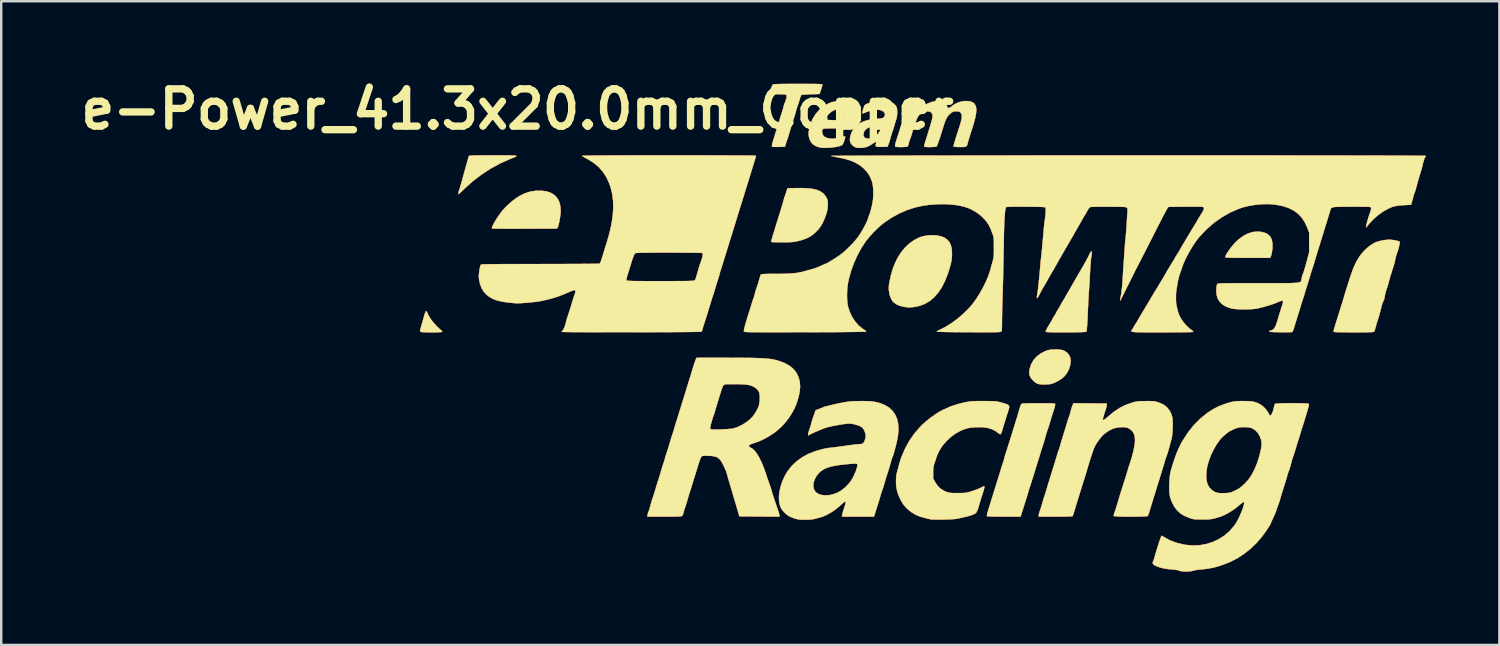
<source format=kicad_pcb>
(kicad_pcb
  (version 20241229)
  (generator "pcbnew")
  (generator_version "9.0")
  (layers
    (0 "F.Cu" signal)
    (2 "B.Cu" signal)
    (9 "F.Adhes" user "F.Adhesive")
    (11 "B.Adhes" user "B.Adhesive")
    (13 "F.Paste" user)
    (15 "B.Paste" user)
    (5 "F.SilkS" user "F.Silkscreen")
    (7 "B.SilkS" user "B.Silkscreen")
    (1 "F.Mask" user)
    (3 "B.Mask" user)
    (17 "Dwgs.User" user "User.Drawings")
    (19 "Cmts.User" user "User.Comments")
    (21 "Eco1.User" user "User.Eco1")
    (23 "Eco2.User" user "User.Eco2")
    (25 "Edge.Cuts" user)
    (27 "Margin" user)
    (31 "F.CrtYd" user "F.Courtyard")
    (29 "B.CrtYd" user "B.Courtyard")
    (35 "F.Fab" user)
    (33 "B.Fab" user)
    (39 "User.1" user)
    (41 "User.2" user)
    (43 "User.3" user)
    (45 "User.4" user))
  (footprint "e-Power_41.3x20.0mm_Copper"
    (layer "F.Cu")
    (at 34.624 10.308)
    (property "Reference" "e-Power_41.3x20.0mm_Copper" (at -16.51 -8.89 0) (layer "F.SilkS") (effects (font (size 1.524 1.524) (thickness 0.3))))
    (attr through_hole)
    (fp_poly (pts (xy 13.91 -3.876) (xy 14.063 -3.836) (xy 14.183 -3.772) (xy 14.273 -3.681) (xy 14.332 -3.562) (xy 14.361 -3.414) (xy 14.362 -3.237) (xy 14.355 -3.156) (xy 14.341 -3.06) (xy 14.323 -2.972) (xy 14.306 -2.905) (xy 14.3 -2.892) (xy 14.268 -2.815) (xy 13.358 -2.815) (xy 13.126 -2.816) (xy 12.924 -2.817) (xy 12.754 -2.819) (xy 12.618 -2.822) (xy 12.518 -2.826) (xy 12.457 -2.831) (xy 12.436 -2.836) (xy 12.436 -2.872) (xy 12.462 -2.932) (xy 12.507 -3.012) (xy 12.569 -3.105) (xy 12.643 -3.206) (xy 12.725 -3.308) (xy 12.809 -3.406) (xy 12.893 -3.494) (xy 12.971 -3.567) (xy 12.977 -3.571) (xy 13.171 -3.712) (xy 13.362 -3.811) (xy 13.553 -3.871) (xy 13.746 -3.89) (xy 13.91 -3.876)) (stroke (width 0.01) (type solid)) (fill yes) (layer "F.Cu"))
    (fp_poly (pts (xy -20.231 -0.626) (xy -20.207 -0.581) (xy -20.189 -0.54) (xy -20.129 -0.421) (xy -20.042 -0.288) (xy -19.935 -0.151) (xy -19.815 -0.019) (xy -19.691 0.098) (xy -19.636 0.142) (xy -19.6 0.178) (xy -19.588 0.207) (xy -19.589 0.211) (xy -19.614 0.219) (xy -19.674 0.225) (xy -19.761 0.229) (xy -19.866 0.232) (xy -19.983 0.233) (xy -20.103 0.233) (xy -20.219 0.231) (xy -20.322 0.228) (xy -20.406 0.223) (xy -20.463 0.216) (xy -20.483 0.21) (xy -20.491 0.201) (xy -20.495 0.189) (xy -20.495 0.17) (xy -20.489 0.136) (xy -20.476 0.082) (xy -20.455 0.004) (xy -20.424 -0.106) (xy -20.394 -0.212) (xy -20.351 -0.36) (xy -20.318 -0.472) (xy -20.293 -0.552) (xy -20.274 -0.604) (xy -20.259 -0.633) (xy -20.249 -0.642) (xy -20.231 -0.626)) (stroke (width 0.01) (type solid)) (fill yes) (layer "F.Cu"))
    (fp_poly (pts (xy 5.615 0.936) (xy 5.728 0.95) (xy 5.815 0.971) (xy 5.842 0.982) (xy 5.965 1.065) (xy 6.05 1.167) (xy 6.099 1.289) (xy 6.11 1.432) (xy 6.086 1.596) (xy 6.085 1.599) (xy 6.03 1.765) (xy 5.949 1.911) (xy 5.846 2.036) (xy 5.757 2.115) (xy 5.641 2.194) (xy 5.512 2.264) (xy 5.385 2.319) (xy 5.313 2.341) (xy 5.201 2.359) (xy 5.067 2.366) (xy 4.932 2.363) (xy 4.813 2.349) (xy 4.786 2.343) (xy 4.717 2.318) (xy 4.646 2.27) (xy 4.573 2.203) (xy 4.485 2.102) (xy 4.433 2.002) (xy 4.415 1.893) (xy 4.426 1.765) (xy 4.433 1.729) (xy 4.493 1.539) (xy 4.59 1.369) (xy 4.722 1.221) (xy 4.885 1.096) (xy 5.077 0.999) (xy 5.154 0.97) (xy 5.247 0.948) (xy 5.363 0.936) (xy 5.49 0.932) (xy 5.615 0.936)) (stroke (width 0.01) (type solid)) (fill yes) (layer "F.Cu"))
    (fp_poly (pts (xy -15.516 -5.558) (xy -15.313 -5.528) (xy -15.141 -5.469) (xy -15 -5.381) (xy -14.889 -5.265) (xy -14.81 -5.12) (xy -14.762 -4.947) (xy -14.746 -4.746) (xy -14.746 -4.741) (xy -14.751 -4.642) (xy -14.764 -4.523) (xy -14.783 -4.397) (xy -14.806 -4.274) (xy -14.831 -4.167) (xy -14.856 -4.086) (xy -14.865 -4.067) (xy -14.891 -4.011) (xy -16.218 -4.006) (xy -16.529 -4.005) (xy -16.8 -4.005) (xy -17.03 -4.005) (xy -17.219 -4.007) (xy -17.366 -4.009) (xy -17.472 -4.013) (xy -17.536 -4.017) (xy -17.558 -4.022) (xy -17.556 -4.055) (xy -17.533 -4.116) (xy -17.492 -4.199) (xy -17.436 -4.298) (xy -17.369 -4.407) (xy -17.295 -4.519) (xy -17.217 -4.629) (xy -17.139 -4.731) (xy -17.089 -4.791) (xy -16.983 -4.904) (xy -16.854 -5.025) (xy -16.715 -5.143) (xy -16.578 -5.248) (xy -16.454 -5.331) (xy -16.447 -5.335) (xy -16.216 -5.45) (xy -15.98 -5.525) (xy -15.748 -5.559) (xy -15.516 -5.558)) (stroke (width 0.01) (type solid)) (fill yes) (layer "F.Cu"))
    (fp_poly (pts (xy -17.047 -7.006) (xy -16.884 -7.005) (xy -16.757 -7.003) (xy -16.663 -6.999) (xy -16.599 -6.994) (xy -16.564 -6.986) (xy -16.555 -6.974) (xy -16.569 -6.96) (xy -16.605 -6.941) (xy -16.659 -6.918) (xy -16.73 -6.89) (xy -16.786 -6.869) (xy -17.197 -6.688) (xy -17.6 -6.469) (xy -17.988 -6.217) (xy -18.354 -5.936) (xy -18.691 -5.63) (xy -18.716 -5.606) (xy -18.791 -5.532) (xy -18.856 -5.474) (xy -18.905 -5.434) (xy -18.931 -5.419) (xy -18.934 -5.42) (xy -18.934 -5.448) (xy -18.921 -5.505) (xy -18.899 -5.579) (xy -18.894 -5.593) (xy -18.867 -5.675) (xy -18.835 -5.783) (xy -18.8 -5.904) (xy -18.768 -6.022) (xy -18.731 -6.156) (xy -18.69 -6.306) (xy -18.649 -6.452) (xy -18.621 -6.551) (xy -18.591 -6.656) (xy -18.564 -6.753) (xy -18.543 -6.832) (xy -18.532 -6.879) (xy -18.515 -6.937) (xy -18.496 -6.977) (xy -18.495 -6.98) (xy -18.48 -6.986) (xy -18.446 -6.992) (xy -18.389 -6.996) (xy -18.307 -7) (xy -18.197 -7.002) (xy -18.055 -7.004) (xy -17.878 -7.005) (xy -17.665 -7.006) (xy -17.487 -7.006) (xy -17.247 -7.006) (xy -17.047 -7.006)) (stroke (width 0.01) (type solid)) (fill yes) (layer "F.Cu"))
    (fp_poly (pts (xy 0.686 -3.721) (xy 0.836 -3.686) (xy 0.938 -3.644) (xy 1.057 -3.563) (xy 1.147 -3.463) (xy 1.209 -3.34) (xy 1.245 -3.189) (xy 1.257 -3.006) (xy 1.257 -2.985) (xy 1.254 -2.864) (xy 1.243 -2.75) (xy 1.223 -2.633) (xy 1.192 -2.504) (xy 1.148 -2.354) (xy 1.095 -2.191) (xy 0.978 -1.884) (xy 0.844 -1.617) (xy 0.692 -1.387) (xy 0.522 -1.195) (xy 0.334 -1.04) (xy 0.127 -0.923) (xy -0.099 -0.843) (xy -0.282 -0.806) (xy -0.387 -0.793) (xy -0.468 -0.787) (xy -0.541 -0.789) (xy -0.625 -0.798) (xy -0.667 -0.804) (xy -0.852 -0.845) (xy -1.005 -0.907) (xy -1.123 -0.989) (xy -1.184 -1.057) (xy -1.255 -1.187) (xy -1.303 -1.342) (xy -1.327 -1.51) (xy -1.324 -1.679) (xy -1.315 -1.746) (xy -1.275 -1.951) (xy -1.235 -2.126) (xy -1.191 -2.283) (xy -1.14 -2.433) (xy -1.098 -2.543) (xy -0.98 -2.793) (xy -0.837 -3.022) (xy -0.672 -3.225) (xy -0.488 -3.4) (xy -0.29 -3.542) (xy -0.082 -3.647) (xy 0 -3.676) (xy 0.163 -3.716) (xy 0.338 -3.737) (xy 0.516 -3.738) (xy 0.686 -3.721)) (stroke (width 0.01) (type solid)) (fill yes) (layer "F.Cu"))
    (fp_poly (pts (xy -4.821 -5.667) (xy -4.601 -5.654) (xy -4.414 -5.629) (xy -4.258 -5.589) (xy -4.129 -5.533) (xy -4.023 -5.461) (xy -3.938 -5.372) (xy -3.869 -5.265) (xy -3.845 -5.211) (xy -3.831 -5.155) (xy -3.824 -5.081) (xy -3.823 -4.985) (xy -3.828 -4.869) (xy -3.842 -4.763) (xy -3.868 -4.654) (xy -3.909 -4.532) (xy -3.966 -4.39) (xy -4.037 -4.234) (xy -4.111 -4.107) (xy -4.197 -3.992) (xy -4.252 -3.93) (xy -4.386 -3.8) (xy -4.527 -3.697) (xy -4.682 -3.614) (xy -4.862 -3.548) (xy -5.03 -3.503) (xy -5.111 -3.485) (xy -5.183 -3.471) (xy -5.256 -3.462) (xy -5.338 -3.456) (xy -5.437 -3.452) (xy -5.563 -3.45) (xy -5.696 -3.45) (xy -5.861 -3.451) (xy -5.986 -3.454) (xy -6.072 -3.458) (xy -6.123 -3.465) (xy -6.138 -3.474) (xy -6.133 -3.502) (xy -6.117 -3.564) (xy -6.089 -3.66) (xy -6.05 -3.791) (xy -5.998 -3.96) (xy -5.934 -4.167) (xy -5.927 -4.191) (xy -5.882 -4.336) (xy -5.831 -4.499) (xy -5.78 -4.662) (xy -5.735 -4.805) (xy -5.729 -4.826) (xy -5.694 -4.94) (xy -5.663 -5.045) (xy -5.638 -5.132) (xy -5.622 -5.192) (xy -5.619 -5.207) (xy -5.605 -5.263) (xy -5.592 -5.3) (xy -5.591 -5.302) (xy -5.579 -5.331) (xy -5.558 -5.389) (xy -5.532 -5.466) (xy -5.524 -5.493) (xy -5.47 -5.662) (xy -5.079 -5.668) (xy -4.821 -5.667)) (stroke (width 0.01) (type solid)) (fill yes) (layer "F.Cu"))
    (fp_poly (pts (xy 6.976 -3.068) (xy 6.975 -3.008) (xy 6.963 -2.907) (xy 6.943 -2.783) (xy 6.936 -2.731) (xy 6.929 -2.644) (xy 6.92 -2.531) (xy 6.912 -2.399) (xy 6.904 -2.256) (xy 6.901 -2.201) (xy 6.893 -2.042) (xy 6.884 -1.877) (xy 6.874 -1.718) (xy 6.865 -1.576) (xy 6.857 -1.463) (xy 6.856 -1.45) (xy 6.849 -1.346) (xy 6.841 -1.21) (xy 6.832 -1.053) (xy 6.824 -0.887) (xy 6.816 -0.721) (xy 6.813 -0.667) (xy 6.804 -0.45) (xy 6.796 -0.271) (xy 6.788 -0.128) (xy 6.781 -0.016) (xy 6.774 0.069) (xy 6.768 0.131) (xy 6.761 0.172) (xy 6.753 0.197) (xy 6.747 0.206) (xy 6.722 0.213) (xy 6.66 0.218) (xy 6.567 0.223) (xy 6.448 0.227) (xy 6.31 0.23) (xy 6.159 0.232) (xy 5.998 0.234) (xy 5.835 0.234) (xy 5.675 0.234) (xy 5.524 0.233) (xy 5.386 0.231) (xy 5.269 0.227) (xy 5.176 0.223) (xy 5.115 0.218) (xy 5.091 0.212) (xy 5.091 0.212) (xy 5.091 0.186) (xy 5.11 0.137) (xy 5.15 0.061) (xy 5.211 -0.045) (xy 5.295 -0.182) (xy 5.308 -0.201) (xy 5.338 -0.255) (xy 5.356 -0.294) (xy 5.381 -0.342) (xy 5.419 -0.405) (xy 5.441 -0.438) (xy 5.476 -0.493) (xy 5.499 -0.532) (xy 5.503 -0.543) (xy 5.514 -0.565) (xy 5.541 -0.615) (xy 5.581 -0.684) (xy 5.609 -0.73) (xy 5.655 -0.806) (xy 5.69 -0.869) (xy 5.711 -0.908) (xy 5.715 -0.917) (xy 5.726 -0.94) (xy 5.753 -0.986) (xy 5.775 -1.02) (xy 5.816 -1.086) (xy 5.866 -1.17) (xy 5.914 -1.257) (xy 5.916 -1.259) (xy 5.956 -1.332) (xy 5.99 -1.392) (xy 6.011 -1.427) (xy 6.014 -1.431) (xy 6.032 -1.459) (xy 6.065 -1.514) (xy 6.105 -1.584) (xy 6.113 -1.6) (xy 6.149 -1.663) (xy 6.198 -1.749) (xy 6.256 -1.851) (xy 6.32 -1.962) (xy 6.385 -2.074) (xy 6.447 -2.182) (xy 6.502 -2.276) (xy 6.546 -2.352) (xy 6.575 -2.401) (xy 6.582 -2.413) (xy 6.62 -2.477) (xy 6.671 -2.567) (xy 6.729 -2.672) (xy 6.786 -2.78) (xy 6.838 -2.879) (xy 6.861 -2.926) (xy 6.909 -3.018) (xy 6.943 -3.072) (xy 6.966 -3.089) (xy 6.976 -3.068)) (stroke (width 0.01) (type solid)) (fill yes) (layer "F.Cu"))
    (fp_poly (pts (xy -3.194 -9.217) (xy -3.116 -9.213) (xy -3.06 -9.205) (xy -3.012 -9.19) (xy -2.963 -9.167) (xy -2.949 -9.16) (xy -2.833 -9.078) (xy -2.751 -8.971) (xy -2.704 -8.84) (xy -2.691 -8.684) (xy -2.712 -8.505) (xy -2.759 -8.329) (xy -2.828 -8.117) (xy -3.424 -8.112) (xy -3.599 -8.11) (xy -3.736 -8.108) (xy -3.84 -8.106) (xy -3.916 -8.103) (xy -3.969 -8.098) (xy -4.003 -8.092) (xy -4.024 -8.084) (xy -4.037 -8.074) (xy -4.044 -8.063) (xy -4.057 -8.001) (xy -4.05 -7.923) (xy -4.024 -7.845) (xy -3.997 -7.801) (xy -3.944 -7.758) (xy -3.861 -7.72) (xy -3.836 -7.713) (xy -3.716 -7.689) (xy -3.582 -7.688) (xy -3.429 -7.708) (xy -3.251 -7.752) (xy -3.159 -7.779) (xy -3.123 -7.784) (xy -3.112 -7.761) (xy -3.111 -7.754) (xy -3.119 -7.708) (xy -3.138 -7.64) (xy -3.164 -7.564) (xy -3.192 -7.495) (xy -3.216 -7.447) (xy -3.224 -7.436) (xy -3.275 -7.406) (xy -3.359 -7.378) (xy -3.468 -7.354) (xy -3.595 -7.335) (xy -3.729 -7.32) (xy -3.863 -7.312) (xy -3.988 -7.311) (xy -4.095 -7.319) (xy -4.159 -7.331) (xy -4.307 -7.381) (xy -4.419 -7.447) (xy -4.501 -7.534) (xy -4.56 -7.648) (xy -4.587 -7.731) (xy -4.603 -7.809) (xy -4.609 -7.884) (xy -4.604 -7.966) (xy -4.586 -8.064) (xy -4.555 -8.185) (xy -4.518 -8.309) (xy -4.439 -8.501) (xy -3.909 -8.501) (xy -3.896 -8.467) (xy -3.893 -8.465) (xy -3.862 -8.458) (xy -3.797 -8.452) (xy -3.707 -8.448) (xy -3.6 -8.446) (xy -3.564 -8.446) (xy -3.437 -8.447) (xy -3.347 -8.45) (xy -3.288 -8.456) (xy -3.253 -8.466) (xy -3.24 -8.475) (xy -3.198 -8.556) (xy -3.188 -8.647) (xy -3.209 -8.736) (xy -3.259 -8.809) (xy -3.281 -8.826) (xy -3.368 -8.872) (xy -3.456 -8.882) (xy -3.555 -8.855) (xy -3.569 -8.849) (xy -3.649 -8.805) (xy -3.726 -8.747) (xy -3.796 -8.681) (xy -3.853 -8.614) (xy -3.893 -8.552) (xy -3.909 -8.501) (xy -4.439 -8.501) (xy -4.436 -8.508) (xy -4.318 -8.696) (xy -4.17 -8.865) (xy -3.997 -9.007) (xy -3.916 -9.059) (xy -3.791 -9.127) (xy -3.679 -9.173) (xy -3.566 -9.201) (xy -3.438 -9.215) (xy -3.302 -9.218) (xy -3.194 -9.217)) (stroke (width 0.01) (type solid)) (fill yes) (layer "F.Cu"))
    (fp_poly (pts (xy 19.216 -3.552) (xy 19.316 -3.54) (xy 19.412 -3.523) (xy 19.494 -3.503) (xy 19.55 -3.482) (xy 19.565 -3.473) (xy 19.567 -3.446) (xy 19.56 -3.389) (xy 19.545 -3.313) (xy 19.525 -3.228) (xy 19.503 -3.144) (xy 19.479 -3.072) (xy 19.466 -3.037) (xy 19.437 -2.96) (xy 19.407 -2.856) (xy 19.381 -2.742) (xy 19.369 -2.678) (xy 19.352 -2.602) (xy 19.328 -2.519) (xy 19.321 -2.498) (xy 19.296 -2.422) (xy 19.267 -2.331) (xy 19.25 -2.275) (xy 19.228 -2.201) (xy 19.207 -2.137) (xy 19.196 -2.106) (xy 19.184 -2.069) (xy 19.164 -2.001) (xy 19.141 -1.913) (xy 19.122 -1.841) (xy 19.097 -1.744) (xy 19.072 -1.658) (xy 19.051 -1.593) (xy 19.04 -1.566) (xy 19.021 -1.517) (xy 18.999 -1.441) (xy 18.976 -1.355) (xy 18.957 -1.27) (xy 18.946 -1.204) (xy 18.944 -1.179) (xy 18.935 -1.136) (xy 18.911 -1.078) (xy 18.904 -1.063) (xy 18.872 -0.99) (xy 18.844 -0.907) (xy 18.839 -0.889) (xy 18.796 -0.721) (xy 18.759 -0.579) (xy 18.728 -0.467) (xy 18.706 -0.389) (xy 18.693 -0.349) (xy 18.677 -0.304) (xy 18.653 -0.229) (xy 18.625 -0.137) (xy 18.597 -0.038) (xy 18.57 0.056) (xy 18.563 0.085) (xy 18.543 0.148) (xy 18.523 0.195) (xy 18.516 0.206) (xy 18.5 0.214) (xy 18.464 0.219) (xy 18.404 0.224) (xy 18.317 0.228) (xy 18.2 0.23) (xy 18.049 0.232) (xy 17.862 0.232) (xy 17.698 0.233) (xy 17.518 0.232) (xy 17.35 0.231) (xy 17.201 0.229) (xy 17.073 0.226) (xy 16.974 0.223) (xy 16.906 0.219) (xy 16.875 0.215) (xy 16.874 0.215) (xy 16.865 0.198) (xy 16.866 0.163) (xy 16.879 0.103) (xy 16.906 0.012) (xy 16.92 -0.033) (xy 16.958 -0.154) (xy 17.002 -0.294) (xy 17.045 -0.434) (xy 17.071 -0.519) (xy 17.106 -0.631) (xy 17.141 -0.742) (xy 17.171 -0.838) (xy 17.191 -0.9) (xy 17.216 -0.977) (xy 17.247 -1.079) (xy 17.279 -1.188) (xy 17.294 -1.238) (xy 17.327 -1.352) (xy 17.364 -1.474) (xy 17.399 -1.584) (xy 17.41 -1.619) (xy 17.437 -1.703) (xy 17.473 -1.814) (xy 17.513 -1.94) (xy 17.553 -2.066) (xy 17.562 -2.095) (xy 17.672 -2.401) (xy 17.799 -2.67) (xy 17.944 -2.903) (xy 18.108 -3.102) (xy 18.292 -3.269) (xy 18.415 -3.357) (xy 18.483 -3.398) (xy 18.547 -3.433) (xy 18.572 -3.445) (xy 18.681 -3.484) (xy 18.815 -3.517) (xy 18.956 -3.542) (xy 19.087 -3.555) (xy 19.125 -3.556) (xy 19.216 -3.552)) (stroke (width 0.01) (type solid)) (fill yes) (layer "F.Cu"))
    (fp_poly (pts (xy -4.813 -9.927) (xy -4.62 -9.927) (xy -4.462 -9.926) (xy -4.335 -9.925) (xy -4.237 -9.923) (xy -4.163 -9.921) (xy -4.111 -9.917) (xy -4.077 -9.913) (xy -4.056 -9.907) (xy -4.046 -9.9) (xy -4.043 -9.892) (xy -4.043 -9.89) (xy -4.05 -9.854) (xy -4.068 -9.79) (xy -4.094 -9.71) (xy -4.103 -9.684) (xy -4.162 -9.514) (xy -4.525 -9.504) (xy -4.646 -9.499) (xy -4.752 -9.493) (xy -4.835 -9.486) (xy -4.89 -9.478) (xy -4.907 -9.472) (xy -4.922 -9.443) (xy -4.943 -9.384) (xy -4.968 -9.308) (xy -4.972 -9.292) (xy -4.999 -9.204) (xy -5.026 -9.122) (xy -5.047 -9.062) (xy -5.048 -9.059) (xy -5.068 -9.003) (xy -5.093 -8.922) (xy -5.119 -8.831) (xy -5.123 -8.816) (xy -5.152 -8.713) (xy -5.188 -8.592) (xy -5.224 -8.477) (xy -5.231 -8.456) (xy -5.272 -8.329) (xy -5.307 -8.22) (xy -5.34 -8.112) (xy -5.376 -7.988) (xy -5.397 -7.916) (xy -5.424 -7.828) (xy -5.449 -7.746) (xy -5.469 -7.686) (xy -5.47 -7.684) (xy -5.492 -7.622) (xy -5.519 -7.541) (xy -5.537 -7.482) (xy -5.577 -7.355) (xy -5.835 -7.349) (xy -5.964 -7.349) (xy -6.053 -7.353) (xy -6.1 -7.362) (xy -6.107 -7.367) (xy -6.108 -7.397) (xy -6.098 -7.456) (xy -6.079 -7.531) (xy -6.075 -7.542) (xy -6.048 -7.632) (xy -6.014 -7.744) (xy -5.979 -7.859) (xy -5.965 -7.906) (xy -5.933 -8.009) (xy -5.901 -8.11) (xy -5.873 -8.194) (xy -5.862 -8.226) (xy -5.835 -8.309) (xy -5.806 -8.407) (xy -5.79 -8.47) (xy -5.769 -8.546) (xy -5.75 -8.612) (xy -5.737 -8.647) (xy -5.721 -8.69) (xy -5.698 -8.762) (xy -5.672 -8.849) (xy -5.646 -8.938) (xy -5.626 -9.016) (xy -5.618 -9.049) (xy -5.603 -9.101) (xy -5.588 -9.133) (xy -5.569 -9.174) (xy -5.546 -9.241) (xy -5.524 -9.316) (xy -5.508 -9.385) (xy -5.503 -9.426) (xy -5.516 -9.471) (xy -5.537 -9.491) (xy -5.569 -9.496) (xy -5.635 -9.499) (xy -5.727 -9.502) (xy -5.835 -9.504) (xy -5.876 -9.504) (xy -6.002 -9.505) (xy -6.091 -9.508) (xy -6.149 -9.513) (xy -6.182 -9.522) (xy -6.193 -9.533) (xy -6.191 -9.566) (xy -6.177 -9.625) (xy -6.155 -9.7) (xy -6.128 -9.777) (xy -6.101 -9.845) (xy -6.078 -9.891) (xy -6.073 -9.898) (xy -6.06 -9.905) (xy -6.034 -9.911) (xy -5.99 -9.916) (xy -5.926 -9.919) (xy -5.838 -9.922) (xy -5.722 -9.924) (xy -5.575 -9.926) (xy -5.395 -9.927) (xy -5.177 -9.927) (xy -5.046 -9.927) (xy -4.813 -9.927)) (stroke (width 0.01) (type solid)) (fill yes) (layer "F.Cu"))
    (fp_poly (pts (xy 4.986 3.133) (xy 5.135 3.134) (xy 5.249 3.135) (xy 5.335 3.137) (xy 5.395 3.141) (xy 5.435 3.146) (xy 5.46 3.152) (xy 5.472 3.161) (xy 5.476 3.167) (xy 5.475 3.201) (xy 5.462 3.264) (xy 5.439 3.348) (xy 5.414 3.427) (xy 5.379 3.534) (xy 5.344 3.641) (xy 5.316 3.734) (xy 5.303 3.778) (xy 5.257 3.936) (xy 5.214 4.073) (xy 5.178 4.183) (xy 5.152 4.255) (xy 5.132 4.312) (xy 5.107 4.394) (xy 5.083 4.483) (xy 5.082 4.487) (xy 5.056 4.585) (xy 5.022 4.7) (xy 4.986 4.812) (xy 4.978 4.837) (xy 4.945 4.939) (xy 4.911 5.044) (xy 4.884 5.133) (xy 4.878 5.154) (xy 4.854 5.236) (xy 4.822 5.339) (xy 4.789 5.443) (xy 4.783 5.461) (xy 4.752 5.558) (xy 4.722 5.655) (xy 4.698 5.733) (xy 4.693 5.747) (xy 4.654 5.878) (xy 4.609 6.023) (xy 4.563 6.172) (xy 4.518 6.315) (xy 4.477 6.443) (xy 4.444 6.545) (xy 4.432 6.583) (xy 4.402 6.672) (xy 4.376 6.758) (xy 4.357 6.823) (xy 4.356 6.826) (xy 4.344 6.872) (xy 4.32 6.95) (xy 4.288 7.054) (xy 4.25 7.175) (xy 4.208 7.307) (xy 4.198 7.34) (xy 4.061 7.768) (xy 3.377 7.768) (xy 3.179 7.768) (xy 3.019 7.767) (xy 2.895 7.764) (xy 2.803 7.761) (xy 2.74 7.757) (xy 2.701 7.751) (xy 2.684 7.744) (xy 2.683 7.742) (xy 2.685 7.712) (xy 2.699 7.651) (xy 2.72 7.568) (xy 2.746 7.482) (xy 2.785 7.356) (xy 2.83 7.212) (xy 2.872 7.074) (xy 2.89 7.017) (xy 2.937 6.864) (xy 2.986 6.707) (xy 3.034 6.552) (xy 3.079 6.406) (xy 3.12 6.275) (xy 3.155 6.164) (xy 3.182 6.079) (xy 3.198 6.028) (xy 3.2 6.022) (xy 3.218 5.963) (xy 3.24 5.887) (xy 3.25 5.853) (xy 3.273 5.771) (xy 3.304 5.677) (xy 3.324 5.62) (xy 3.355 5.528) (xy 3.384 5.429) (xy 3.398 5.376) (xy 3.417 5.302) (xy 3.446 5.205) (xy 3.479 5.102) (xy 3.49 5.069) (xy 3.52 4.976) (xy 3.56 4.854) (xy 3.605 4.712) (xy 3.652 4.562) (xy 3.698 4.414) (xy 3.739 4.279) (xy 3.772 4.168) (xy 3.778 4.149) (xy 3.797 4.086) (xy 3.825 3.998) (xy 3.856 3.899) (xy 3.872 3.852) (xy 3.909 3.735) (xy 3.948 3.603) (xy 3.983 3.48) (xy 3.991 3.453) (xy 4.025 3.332) (xy 4.053 3.247) (xy 4.079 3.191) (xy 4.104 3.157) (xy 4.115 3.149) (xy 4.141 3.145) (xy 4.204 3.142) (xy 4.299 3.138) (xy 4.421 3.136) (xy 4.563 3.134) (xy 4.721 3.133) (xy 4.8 3.133) (xy 4.986 3.133)) (stroke (width 0.01) (type solid)) (fill yes) (layer "F.Cu"))
    (fp_poly (pts (xy -1.49 -9.224) (xy -1.332 -9.206) (xy -1.207 -9.169) (xy -1.111 -9.11) (xy -1.039 -9.029) (xy -1.012 -8.982) (xy -0.995 -8.936) (xy -0.987 -8.878) (xy -0.985 -8.794) (xy -0.984 -8.765) (xy -0.991 -8.626) (xy -1.011 -8.516) (xy -1.02 -8.488) (xy -1.043 -8.42) (xy -1.071 -8.33) (xy -1.098 -8.234) (xy -1.101 -8.223) (xy -1.127 -8.135) (xy -1.152 -8.055) (xy -1.173 -7.998) (xy -1.176 -7.99) (xy -1.193 -7.943) (xy -1.217 -7.867) (xy -1.244 -7.774) (xy -1.259 -7.715) (xy -1.287 -7.617) (xy -1.315 -7.526) (xy -1.339 -7.456) (xy -1.351 -7.429) (xy -1.386 -7.355) (xy -1.63 -7.355) (xy -1.736 -7.355) (xy -1.806 -7.357) (xy -1.846 -7.365) (xy -1.864 -7.384) (xy -1.864 -7.418) (xy -1.854 -7.47) (xy -1.848 -7.498) (xy -1.845 -7.539) (xy -1.861 -7.553) (xy -1.898 -7.54) (xy -1.962 -7.5) (xy -1.987 -7.483) (xy -2.065 -7.432) (xy -2.149 -7.384) (xy -2.19 -7.364) (xy -2.281 -7.336) (xy -2.393 -7.317) (xy -2.509 -7.31) (xy -2.613 -7.315) (xy -2.666 -7.326) (xy -2.77 -7.376) (xy -2.852 -7.452) (xy -2.904 -7.546) (xy -2.92 -7.635) (xy -2.914 -7.709) (xy -2.895 -7.799) (xy -2.871 -7.882) (xy -2.365 -7.882) (xy -2.361 -7.801) (xy -2.324 -7.74) (xy -2.258 -7.701) (xy -2.167 -7.687) (xy -2.055 -7.702) (xy -2 -7.719) (xy -1.89 -7.776) (xy -1.787 -7.867) (xy -1.703 -7.983) (xy -1.673 -8.04) (xy -1.643 -8.113) (xy -1.634 -8.165) (xy -1.648 -8.199) (xy -1.69 -8.215) (xy -1.764 -8.217) (xy -1.873 -8.207) (xy -1.958 -8.195) (xy -2.109 -8.16) (xy -2.224 -8.103) (xy -2.306 -8.024) (xy -2.333 -7.979) (xy -2.365 -7.882) (xy -2.871 -7.882) (xy -2.87 -7.888) (xy -2.841 -7.96) (xy -2.827 -7.985) (xy -2.802 -8.032) (xy -2.794 -8.065) (xy -2.777 -8.101) (xy -2.731 -8.15) (xy -2.664 -8.209) (xy -2.585 -8.268) (xy -2.5 -8.323) (xy -2.436 -8.358) (xy -2.3 -8.414) (xy -2.142 -8.456) (xy -1.957 -8.486) (xy -1.794 -8.501) (xy -1.692 -8.509) (xy -1.623 -8.518) (xy -1.578 -8.531) (xy -1.546 -8.55) (xy -1.53 -8.564) (xy -1.488 -8.629) (xy -1.483 -8.695) (xy -1.512 -8.757) (xy -1.569 -8.81) (xy -1.649 -8.85) (xy -1.75 -8.87) (xy -1.797 -8.872) (xy -1.89 -8.863) (xy -2.002 -8.844) (xy -2.118 -8.816) (xy -2.223 -8.784) (xy -2.298 -8.753) (xy -2.36 -8.727) (xy -2.4 -8.722) (xy -2.412 -8.737) (xy -2.404 -8.789) (xy -2.386 -8.862) (xy -2.362 -8.941) (xy -2.338 -9.009) (xy -2.319 -9.049) (xy -2.274 -9.088) (xy -2.194 -9.124) (xy -2.088 -9.157) (xy -1.961 -9.186) (xy -1.824 -9.208) (xy -1.682 -9.221) (xy -1.545 -9.225) (xy -1.49 -9.224)) (stroke (width 0.01) (type solid)) (fill yes) (layer "F.Cu"))
    (fp_poly (pts (xy 1.975 -9.218) (xy 2.086 -9.184) (xy 2.167 -9.125) (xy 2.221 -9.039) (xy 2.243 -8.969) (xy 2.252 -8.857) (xy 2.24 -8.71) (xy 2.205 -8.53) (xy 2.148 -8.317) (xy 2.096 -8.149) (xy 2.061 -8.041) (xy 2.024 -7.924) (xy 1.992 -7.821) (xy 1.988 -7.811) (xy 1.961 -7.719) (xy 1.934 -7.631) (xy 1.913 -7.563) (xy 1.912 -7.561) (xy 1.895 -7.5) (xy 1.885 -7.453) (xy 1.884 -7.443) (xy 1.869 -7.408) (xy 1.845 -7.38) (xy 1.819 -7.364) (xy 1.778 -7.353) (xy 1.713 -7.347) (xy 1.618 -7.345) (xy 1.571 -7.345) (xy 1.466 -7.347) (xy 1.385 -7.352) (xy 1.335 -7.36) (xy 1.322 -7.367) (xy 1.322 -7.39) (xy 1.333 -7.441) (xy 1.355 -7.523) (xy 1.389 -7.638) (xy 1.435 -7.788) (xy 1.495 -7.974) (xy 1.545 -8.128) (xy 1.598 -8.294) (xy 1.634 -8.426) (xy 1.655 -8.53) (xy 1.66 -8.611) (xy 1.651 -8.674) (xy 1.628 -8.725) (xy 1.603 -8.758) (xy 1.569 -8.786) (xy 1.524 -8.8) (xy 1.455 -8.805) (xy 1.433 -8.805) (xy 1.355 -8.802) (xy 1.299 -8.788) (xy 1.243 -8.756) (xy 1.205 -8.728) (xy 1.139 -8.67) (xy 1.082 -8.601) (xy 1.03 -8.514) (xy 0.98 -8.405) (xy 0.93 -8.265) (xy 0.878 -8.096) (xy 0.843 -7.981) (xy 0.805 -7.859) (xy 0.765 -7.736) (xy 0.726 -7.621) (xy 0.69 -7.519) (xy 0.661 -7.439) (xy 0.64 -7.387) (xy 0.632 -7.373) (xy 0.603 -7.362) (xy 0.543 -7.353) (xy 0.462 -7.347) (xy 0.371 -7.344) (xy 0.281 -7.344) (xy 0.202 -7.347) (xy 0.144 -7.354) (xy 0.118 -7.364) (xy 0.118 -7.392) (xy 0.13 -7.448) (xy 0.151 -7.522) (xy 0.156 -7.538) (xy 0.184 -7.625) (xy 0.219 -7.736) (xy 0.256 -7.854) (xy 0.282 -7.938) (xy 0.338 -8.12) (xy 0.382 -8.266) (xy 0.416 -8.382) (xy 0.44 -8.471) (xy 0.455 -8.54) (xy 0.462 -8.591) (xy 0.462 -8.631) (xy 0.457 -8.663) (xy 0.447 -8.693) (xy 0.444 -8.7) (xy 0.412 -8.756) (xy 0.366 -8.788) (xy 0.295 -8.803) (xy 0.231 -8.805) (xy 0.123 -8.793) (xy 0.032 -8.754) (xy -0.021 -8.718) (xy -0.068 -8.675) (xy -0.112 -8.62) (xy -0.154 -8.549) (xy -0.196 -8.458) (xy -0.241 -8.342) (xy -0.29 -8.198) (xy -0.345 -8.021) (xy -0.407 -7.811) (xy -0.43 -7.739) (xy -0.457 -7.673) (xy -0.479 -7.613) (xy -0.501 -7.536) (xy -0.509 -7.504) (xy -0.526 -7.438) (xy -0.545 -7.387) (xy -0.554 -7.372) (xy -0.583 -7.361) (xy -0.643 -7.353) (xy -0.724 -7.347) (xy -0.815 -7.344) (xy -0.905 -7.345) (xy -0.984 -7.348) (xy -1.042 -7.355) (xy -1.068 -7.365) (xy -1.071 -7.401) (xy -1.059 -7.472) (xy -1.034 -7.571) (xy -0.995 -7.694) (xy -0.974 -7.758) (xy -0.946 -7.842) (xy -0.91 -7.954) (xy -0.871 -8.08) (xy -0.833 -8.206) (xy -0.825 -8.234) (xy -0.793 -8.343) (xy -0.764 -8.437) (xy -0.74 -8.51) (xy -0.724 -8.554) (xy -0.72 -8.562) (xy -0.709 -8.591) (xy -0.691 -8.65) (xy -0.669 -8.73) (xy -0.657 -8.774) (xy -0.63 -8.875) (xy -0.601 -8.975) (xy -0.574 -9.057) (xy -0.567 -9.075) (xy -0.524 -9.186) (xy 0.006 -9.186) (xy -0.007 -9.118) (xy -0.02 -9.053) (xy -0.033 -9.001) (xy -0.035 -8.963) (xy -0.01 -8.955) (xy 0.039 -8.977) (xy 0.098 -9.02) (xy 0.25 -9.119) (xy 0.419 -9.187) (xy 0.596 -9.223) (xy 0.769 -9.223) (xy 0.792 -9.219) (xy 0.888 -9.189) (xy 0.972 -9.133) (xy 1.033 -9.06) (xy 1.054 -9.01) (xy 1.082 -8.954) (xy 1.125 -8.937) (xy 1.183 -8.96) (xy 1.236 -9.003) (xy 1.371 -9.103) (xy 1.532 -9.177) (xy 1.706 -9.219) (xy 1.831 -9.228) (xy 1.975 -9.218)) (stroke (width 0.01) (type solid)) (fill yes) (layer "F.Cu"))
    (fp_poly (pts (xy 2.551 3.042) (xy 2.713 3.043) (xy 2.841 3.045) (xy 2.942 3.048) (xy 3.023 3.054) (xy 3.092 3.062) (xy 3.156 3.074) (xy 3.222 3.09) (xy 3.227 3.091) (xy 3.324 3.117) (xy 3.418 3.145) (xy 3.491 3.17) (xy 3.508 3.177) (xy 3.561 3.205) (xy 3.59 3.238) (xy 3.598 3.285) (xy 3.585 3.355) (xy 3.558 3.445) (xy 3.51 3.592) (xy 3.459 3.752) (xy 3.409 3.915) (xy 3.363 4.065) (xy 3.326 4.19) (xy 3.321 4.209) (xy 3.296 4.291) (xy 3.27 4.355) (xy 3.249 4.392) (xy 3.243 4.397) (xy 3.209 4.392) (xy 3.169 4.367) (xy 3.027 4.262) (xy 2.87 4.186) (xy 2.692 4.137) (xy 2.489 4.113) (xy 2.278 4.112) (xy 2.108 4.122) (xy 1.966 4.14) (xy 1.84 4.169) (xy 1.715 4.212) (xy 1.578 4.272) (xy 1.576 4.273) (xy 1.376 4.387) (xy 1.186 4.531) (xy 1.012 4.698) (xy 0.859 4.882) (xy 0.735 5.076) (xy 0.644 5.273) (xy 0.617 5.355) (xy 0.599 5.413) (xy 0.572 5.493) (xy 0.542 5.577) (xy 0.517 5.652) (xy 0.501 5.721) (xy 0.492 5.796) (xy 0.488 5.893) (xy 0.488 5.969) (xy 0.487 6.212) (xy 0.571 6.364) (xy 0.67 6.511) (xy 0.787 6.625) (xy 0.931 6.713) (xy 0.998 6.743) (xy 1.058 6.766) (xy 1.11 6.783) (xy 1.162 6.794) (xy 1.223 6.801) (xy 1.303 6.804) (xy 1.41 6.805) (xy 1.492 6.805) (xy 1.62 6.804) (xy 1.716 6.803) (xy 1.792 6.798) (xy 1.857 6.788) (xy 1.924 6.772) (xy 2.002 6.749) (xy 2.085 6.722) (xy 2.195 6.685) (xy 2.302 6.645) (xy 2.393 6.607) (xy 2.45 6.58) (xy 2.511 6.548) (xy 2.556 6.526) (xy 2.572 6.519) (xy 2.583 6.538) (xy 2.576 6.594) (xy 2.553 6.688) (xy 2.513 6.819) (xy 2.49 6.89) (xy 2.45 7.013) (xy 2.41 7.142) (xy 2.375 7.263) (xy 2.35 7.355) (xy 2.307 7.49) (xy 2.259 7.586) (xy 2.202 7.648) (xy 2.138 7.677) (xy 2.089 7.692) (xy 2.064 7.705) (xy 2.031 7.718) (xy 1.961 7.739) (xy 1.856 7.766) (xy 1.719 7.798) (xy 1.555 7.835) (xy 1.513 7.844) (xy 1.433 7.859) (xy 1.336 7.87) (xy 1.218 7.878) (xy 1.07 7.883) (xy 0.889 7.887) (xy 0.752 7.888) (xy 0.628 7.888) (xy 0.523 7.887) (xy 0.444 7.886) (xy 0.398 7.883) (xy 0.392 7.882) (xy 0.183 7.831) (xy 0.015 7.785) (xy -0.051 7.765) (xy -0.24 7.687) (xy -0.421 7.576) (xy -0.584 7.44) (xy -0.722 7.285) (xy -0.826 7.119) (xy -0.831 7.11) (xy -0.886 6.994) (xy -0.925 6.905) (xy -0.954 6.829) (xy -0.977 6.755) (xy -0.998 6.671) (xy -1.006 6.637) (xy -1.025 6.507) (xy -1.033 6.356) (xy -1.03 6.202) (xy -1.015 6.06) (xy -0.998 5.979) (xy -0.953 5.812) (xy -0.918 5.68) (xy -0.889 5.576) (xy -0.865 5.495) (xy -0.845 5.43) (xy -0.826 5.376) (xy -0.815 5.345) (xy -0.664 4.99) (xy -0.487 4.667) (xy -0.281 4.371) (xy -0.045 4.1) (xy 0.035 4.02) (xy 0.199 3.87) (xy 0.376 3.728) (xy 0.556 3.598) (xy 0.73 3.487) (xy 0.892 3.401) (xy 0.972 3.366) (xy 1.043 3.336) (xy 1.104 3.307) (xy 1.128 3.294) (xy 1.171 3.274) (xy 1.24 3.248) (xy 1.323 3.221) (xy 1.333 3.218) (xy 1.417 3.193) (xy 1.492 3.17) (xy 1.541 3.154) (xy 1.545 3.153) (xy 1.587 3.141) (xy 1.66 3.124) (xy 1.752 3.104) (xy 1.831 3.087) (xy 1.915 3.072) (xy 1.993 3.06) (xy 2.075 3.052) (xy 2.168 3.046) (xy 2.281 3.043) (xy 2.421 3.042) (xy 2.551 3.042)) (stroke (width 0.01) (type solid)) (fill yes) (layer "F.Cu"))
    (fp_poly (pts (xy 9.331 3.044) (xy 9.431 3.047) (xy 9.507 3.052) (xy 9.569 3.061) (xy 9.625 3.075) (xy 9.673 3.091) (xy 9.798 3.137) (xy 9.893 3.182) (xy 9.97 3.232) (xy 10.039 3.292) (xy 10.064 3.318) (xy 10.167 3.449) (xy 10.236 3.595) (xy 10.269 3.722) (xy 10.278 3.798) (xy 10.282 3.904) (xy 10.283 4.03) (xy 10.279 4.164) (xy 10.273 4.295) (xy 10.264 4.411) (xy 10.252 4.502) (xy 10.246 4.53) (xy 10.207 4.688) (xy 10.166 4.843) (xy 10.127 4.987) (xy 10.09 5.113) (xy 10.059 5.216) (xy 10.034 5.288) (xy 10.024 5.313) (xy 10.005 5.361) (xy 9.98 5.433) (xy 9.96 5.503) (xy 9.94 5.57) (xy 9.912 5.667) (xy 9.876 5.785) (xy 9.837 5.912) (xy 9.81 6.001) (xy 9.707 6.332) (xy 9.616 6.624) (xy 9.538 6.878) (xy 9.471 7.095) (xy 9.415 7.277) (xy 9.37 7.425) (xy 9.336 7.539) (xy 9.321 7.588) (xy 9.299 7.66) (xy 9.277 7.716) (xy 9.264 7.742) (xy 9.238 7.749) (xy 9.176 7.756) (xy 9.085 7.761) (xy 8.97 7.765) (xy 8.838 7.768) (xy 8.694 7.77) (xy 8.545 7.77) (xy 8.397 7.77) (xy 8.256 7.768) (xy 8.128 7.765) (xy 8.019 7.76) (xy 7.936 7.755) (xy 7.884 7.748) (xy 7.869 7.742) (xy 7.871 7.709) (xy 7.886 7.651) (xy 7.9 7.61) (xy 7.929 7.53) (xy 7.961 7.434) (xy 7.982 7.366) (xy 8.01 7.274) (xy 8.038 7.18) (xy 8.055 7.123) (xy 8.078 7.047) (xy 8.098 6.977) (xy 8.105 6.953) (xy 8.118 6.906) (xy 8.142 6.83) (xy 8.17 6.74) (xy 8.186 6.689) (xy 8.245 6.507) (xy 8.292 6.36) (xy 8.33 6.241) (xy 8.36 6.146) (xy 8.384 6.068) (xy 8.404 6.002) (xy 8.422 5.942) (xy 8.436 5.895) (xy 8.461 5.807) (xy 8.486 5.727) (xy 8.504 5.67) (xy 8.507 5.662) (xy 8.57 5.476) (xy 8.626 5.286) (xy 8.673 5.1) (xy 8.709 4.927) (xy 8.733 4.775) (xy 8.742 4.652) (xy 8.742 4.647) (xy 8.729 4.49) (xy 8.689 4.363) (xy 8.62 4.262) (xy 8.52 4.181) (xy 8.463 4.148) (xy 8.408 4.128) (xy 8.344 4.117) (xy 8.254 4.11) (xy 8.234 4.11) (xy 8.033 4.121) (xy 7.841 4.171) (xy 7.657 4.262) (xy 7.478 4.394) (xy 7.441 4.426) (xy 7.363 4.508) (xy 7.278 4.615) (xy 7.194 4.734) (xy 7.122 4.85) (xy 7.07 4.953) (xy 7.065 4.964) (xy 7.043 5.024) (xy 7.011 5.116) (xy 6.973 5.231) (xy 6.931 5.36) (xy 6.888 5.495) (xy 6.847 5.627) (xy 6.811 5.747) (xy 6.783 5.842) (xy 6.751 5.953) (xy 6.714 6.076) (xy 6.68 6.185) (xy 6.678 6.191) (xy 6.626 6.354) (xy 6.564 6.549) (xy 6.497 6.764) (xy 6.427 6.992) (xy 6.356 7.221) (xy 6.289 7.443) (xy 6.252 7.563) (xy 6.228 7.643) (xy 6.206 7.707) (xy 6.192 7.744) (xy 6.19 7.749) (xy 6.167 7.754) (xy 6.105 7.758) (xy 6.01 7.762) (xy 5.885 7.765) (xy 5.736 7.767) (xy 5.566 7.768) (xy 5.492 7.768) (xy 4.805 7.768) (xy 4.805 7.716) (xy 4.812 7.661) (xy 4.83 7.594) (xy 4.833 7.583) (xy 4.871 7.477) (xy 4.899 7.394) (xy 4.921 7.321) (xy 4.943 7.24) (xy 4.952 7.207) (xy 4.978 7.116) (xy 5.005 7.026) (xy 5.026 6.964) (xy 5.048 6.902) (xy 5.076 6.813) (xy 5.106 6.712) (xy 5.123 6.657) (xy 5.156 6.543) (xy 5.193 6.421) (xy 5.227 6.312) (xy 5.238 6.276) (xy 5.272 6.171) (xy 5.307 6.058) (xy 5.336 5.96) (xy 5.337 5.958) (xy 5.365 5.867) (xy 5.399 5.755) (xy 5.434 5.645) (xy 5.442 5.62) (xy 5.478 5.505) (xy 5.517 5.375) (xy 5.552 5.257) (xy 5.557 5.241) (xy 5.582 5.155) (xy 5.605 5.084) (xy 5.622 5.039) (xy 5.628 5.029) (xy 5.641 4.998) (xy 5.661 4.938) (xy 5.682 4.863) (xy 5.683 4.858) (xy 5.703 4.784) (xy 5.733 4.681) (xy 5.769 4.561) (xy 5.807 4.437) (xy 5.821 4.392) (xy 5.861 4.266) (xy 5.9 4.139) (xy 5.936 4.022) (xy 5.963 3.929) (xy 5.97 3.905) (xy 5.995 3.819) (xy 6.02 3.743) (xy 6.04 3.69) (xy 6.043 3.683) (xy 6.061 3.637) (xy 6.083 3.564) (xy 6.105 3.479) (xy 6.107 3.471) (xy 6.131 3.379) (xy 6.159 3.29) (xy 6.185 3.223) (xy 6.185 3.222) (xy 6.226 3.132) (xy 6.907 3.138) (xy 7.588 3.143) (xy 7.586 3.207) (xy 7.576 3.275) (xy 7.56 3.334) (xy 7.54 3.392) (xy 7.514 3.47) (xy 7.487 3.557) (xy 7.461 3.644) (xy 7.439 3.721) (xy 7.424 3.776) (xy 7.419 3.799) (xy 7.433 3.818) (xy 7.471 3.808) (xy 7.529 3.772) (xy 7.601 3.714) (xy 7.631 3.686) (xy 7.874 3.482) (xy 8.126 3.316) (xy 8.392 3.187) (xy 8.679 3.091) (xy 8.689 3.089) (xy 8.767 3.07) (xy 8.845 3.057) (xy 8.933 3.049) (xy 9.042 3.045) (xy 9.182 3.044) (xy 9.197 3.044) (xy 9.331 3.044)) (stroke (width 0.01) (type solid)) (fill yes) (layer "F.Cu"))
    (fp_poly (pts (xy -2.241 3.045) (xy -2.07 3.054) (xy -1.923 3.071) (xy -1.793 3.097) (xy -1.669 3.134) (xy -1.544 3.184) (xy -1.493 3.207) (xy -1.32 3.308) (xy -1.179 3.438) (xy -1.068 3.594) (xy -0.99 3.775) (xy -0.944 3.98) (xy -0.931 4.208) (xy -0.952 4.457) (xy -0.982 4.625) (xy -1.01 4.747) (xy -1.041 4.875) (xy -1.074 5.001) (xy -1.106 5.117) (xy -1.136 5.216) (xy -1.16 5.292) (xy -1.178 5.335) (xy -1.181 5.341) (xy -1.195 5.371) (xy -1.214 5.433) (xy -1.237 5.513) (xy -1.248 5.556) (xy -1.279 5.669) (xy -1.315 5.792) (xy -1.35 5.901) (xy -1.355 5.916) (xy -1.387 6.013) (xy -1.42 6.113) (xy -1.445 6.194) (xy -1.447 6.202) (xy -1.489 6.346) (xy -1.521 6.456) (xy -1.545 6.538) (xy -1.564 6.598) (xy -1.579 6.642) (xy -1.592 6.677) (xy -1.597 6.689) (xy -1.619 6.751) (xy -1.645 6.833) (xy -1.661 6.89) (xy -1.683 6.965) (xy -1.712 7.066) (xy -1.746 7.175) (xy -1.766 7.239) (xy -1.801 7.351) (xy -1.838 7.467) (xy -1.87 7.57) (xy -1.884 7.615) (xy -1.931 7.768) (xy -3.244 7.768) (xy -3.231 7.689) (xy -3.219 7.633) (xy -3.196 7.551) (xy -3.167 7.458) (xy -3.155 7.419) (xy -3.116 7.298) (xy -3.096 7.215) (xy -3.095 7.168) (xy -3.115 7.156) (xy -3.157 7.177) (xy -3.222 7.23) (xy -3.281 7.285) (xy -3.459 7.438) (xy -3.648 7.573) (xy -3.839 7.684) (xy -4.025 7.766) (xy -4.128 7.799) (xy -4.221 7.824) (xy -4.321 7.851) (xy -4.36 7.862) (xy -4.462 7.881) (xy -4.602 7.891) (xy -4.752 7.894) (xy -4.877 7.892) (xy -4.971 7.888) (xy -5.047 7.878) (xy -5.116 7.862) (xy -5.178 7.843) (xy -5.309 7.796) (xy -5.409 7.749) (xy -5.491 7.696) (xy -5.565 7.631) (xy -5.59 7.606) (xy -5.665 7.522) (xy -5.717 7.45) (xy -5.754 7.377) (xy -5.785 7.288) (xy -5.787 7.281) (xy -5.817 7.117) (xy -5.819 6.931) (xy -5.795 6.728) (xy -5.746 6.518) (xy -5.738 6.496) (xy -4.415 6.496) (xy -4.399 6.616) (xy -4.351 6.721) (xy -4.308 6.772) (xy -4.211 6.839) (xy -4.085 6.881) (xy -3.937 6.899) (xy -3.772 6.891) (xy -3.641 6.867) (xy -3.458 6.804) (xy -3.278 6.705) (xy -3.109 6.573) (xy -2.959 6.416) (xy -2.923 6.37) (xy -2.863 6.285) (xy -2.81 6.199) (xy -2.771 6.126) (xy -2.761 6.103) (xy -2.736 6.04) (xy -2.715 5.993) (xy -2.708 5.98) (xy -2.687 5.939) (xy -2.663 5.873) (xy -2.639 5.796) (xy -2.619 5.721) (xy -2.608 5.664) (xy -2.608 5.644) (xy -2.615 5.624) (xy -2.632 5.611) (xy -2.666 5.603) (xy -2.722 5.601) (xy -2.803 5.604) (xy -2.916 5.613) (xy -3.066 5.626) (xy -3.069 5.627) (xy -3.315 5.654) (xy -3.524 5.686) (xy -3.699 5.724) (xy -3.847 5.77) (xy -3.971 5.825) (xy -4.077 5.891) (xy -4.169 5.969) (xy -4.176 5.976) (xy -4.279 6.099) (xy -4.354 6.231) (xy -4.4 6.365) (xy -4.415 6.496) (xy -5.738 6.496) (xy -5.674 6.307) (xy -5.58 6.103) (xy -5.473 5.92) (xy -5.307 5.707) (xy -5.107 5.515) (xy -4.88 5.348) (xy -4.632 5.21) (xy -4.367 5.105) (xy -4.318 5.09) (xy -4.249 5.07) (xy -4.158 5.044) (xy -4.066 5.017) (xy -4.064 5.016) (xy -3.961 4.991) (xy -3.841 4.968) (xy -3.729 4.953) (xy -3.725 4.953) (xy -3.638 4.943) (xy -3.522 4.929) (xy -3.39 4.913) (xy -3.257 4.895) (xy -3.217 4.89) (xy -3.091 4.872) (xy -2.967 4.855) (xy -2.858 4.84) (xy -2.774 4.828) (xy -2.752 4.825) (xy -2.66 4.815) (xy -2.569 4.808) (xy -2.516 4.806) (xy -2.433 4.796) (xy -2.374 4.765) (xy -2.331 4.706) (xy -2.298 4.613) (xy -2.293 4.595) (xy -2.276 4.518) (xy -2.27 4.463) (xy -2.277 4.411) (xy -2.296 4.343) (xy -2.296 4.341) (xy -2.333 4.242) (xy -2.377 4.167) (xy -2.435 4.109) (xy -2.516 4.063) (xy -2.625 4.024) (xy -2.747 3.991) (xy -2.817 3.975) (xy -2.88 3.966) (xy -2.946 3.963) (xy -3.023 3.967) (xy -3.12 3.978) (xy -3.245 3.996) (xy -3.323 4.009) (xy -3.561 4.05) (xy -3.758 4.093) (xy -3.915 4.138) (xy -3.937 4.145) (xy -4.017 4.175) (xy -4.114 4.213) (xy -4.22 4.257) (xy -4.325 4.303) (xy -4.422 4.346) (xy -4.499 4.382) (xy -4.55 4.409) (xy -4.558 4.414) (xy -4.599 4.438) (xy -4.624 4.44) (xy -4.632 4.417) (xy -4.623 4.364) (xy -4.598 4.278) (xy -4.562 4.17) (xy -4.532 4.081) (xy -4.506 3.995) (xy -4.489 3.93) (xy -4.488 3.926) (xy -4.473 3.87) (xy -4.448 3.787) (xy -4.416 3.691) (xy -4.395 3.63) (xy -4.32 3.418) (xy -4.186 3.369) (xy -4.112 3.34) (xy -4.049 3.314) (xy -4.014 3.298) (xy -3.989 3.288) (xy -3.947 3.274) (xy -3.882 3.257) (xy -3.791 3.234) (xy -3.668 3.204) (xy -3.508 3.166) (xy -3.503 3.165) (xy -3.42 3.147) (xy -3.342 3.13) (xy -3.302 3.123) (xy -3.246 3.113) (xy -3.164 3.098) (xy -3.072 3.081) (xy -3.048 3.077) (xy -2.935 3.061) (xy -2.791 3.05) (xy -2.611 3.045) (xy -2.445 3.043) (xy -2.241 3.045)) (stroke (width 0.01) (type solid)) (fill yes) (layer "F.Cu"))
    (fp_poly (pts (xy -7.974 1.272) (xy -7.654 1.273) (xy -7.373 1.274) (xy -7.128 1.276) (xy -6.915 1.279) (xy -6.73 1.284) (xy -6.571 1.289) (xy -6.433 1.297) (xy -6.314 1.306) (xy -6.21 1.317) (xy -6.118 1.33) (xy -6.034 1.346) (xy -5.954 1.364) (xy -5.876 1.385) (xy -5.831 1.399) (xy -5.601 1.484) (xy -5.408 1.587) (xy -5.251 1.709) (xy -5.129 1.852) (xy -5.077 1.94) (xy -5.008 2.099) (xy -4.967 2.266) (xy -4.954 2.443) (xy -4.969 2.637) (xy -5.012 2.853) (xy -5.083 3.094) (xy -5.096 3.133) (xy -5.177 3.328) (xy -5.286 3.531) (xy -5.415 3.732) (xy -5.558 3.919) (xy -5.707 4.081) (xy -5.794 4.161) (xy -5.854 4.212) (xy -5.901 4.253) (xy -5.925 4.275) (xy -5.927 4.276) (xy -5.956 4.301) (xy -6.012 4.341) (xy -6.086 4.39) (xy -6.169 4.443) (xy -6.25 4.494) (xy -6.322 4.536) (xy -6.329 4.54) (xy -6.455 4.607) (xy -6.565 4.66) (xy -6.679 4.706) (xy -6.816 4.753) (xy -6.819 4.754) (xy -6.902 4.783) (xy -6.971 4.809) (xy -7.014 4.828) (xy -7.022 4.832) (xy -7.048 4.871) (xy -7.036 4.91) (xy -6.989 4.944) (xy -6.975 4.95) (xy -6.892 4.999) (xy -6.803 5.087) (xy -6.712 5.21) (xy -6.621 5.364) (xy -6.531 5.547) (xy -6.445 5.753) (xy -6.364 5.981) (xy -6.351 6.022) (xy -6.314 6.135) (xy -6.273 6.257) (xy -6.234 6.366) (xy -6.221 6.403) (xy -6.183 6.51) (xy -6.143 6.633) (xy -6.109 6.746) (xy -6.107 6.752) (xy -6.08 6.845) (xy -6.048 6.948) (xy -6.01 7.066) (xy -5.962 7.207) (xy -5.904 7.378) (xy -5.859 7.505) (xy -5.832 7.589) (xy -5.811 7.663) (xy -5.8 7.713) (xy -5.8 7.722) (xy -5.8 7.769) (xy -6.618 7.763) (xy -7.437 7.758) (xy -7.499 7.546) (xy -7.533 7.43) (xy -7.573 7.295) (xy -7.612 7.162) (xy -7.63 7.101) (xy -7.666 6.982) (xy -7.704 6.853) (xy -7.739 6.733) (xy -7.755 6.678) (xy -7.789 6.565) (xy -7.827 6.436) (xy -7.864 6.314) (xy -7.873 6.287) (xy -7.901 6.191) (xy -7.926 6.103) (xy -7.944 6.034) (xy -7.949 6.011) (xy -7.97 5.943) (xy -8.006 5.851) (xy -8.054 5.746) (xy -8.106 5.64) (xy -8.158 5.545) (xy -8.203 5.473) (xy -8.214 5.459) (xy -8.275 5.392) (xy -8.342 5.345) (xy -8.425 5.313) (xy -8.531 5.293) (xy -8.658 5.282) (xy -8.758 5.278) (xy -8.847 5.278) (xy -8.914 5.282) (xy -8.94 5.286) (xy -8.965 5.297) (xy -8.988 5.316) (xy -9.011 5.35) (xy -9.035 5.402) (xy -9.063 5.478) (xy -9.098 5.583) (xy -9.141 5.72) (xy -9.165 5.8) (xy -9.197 5.905) (xy -9.229 6.01) (xy -9.257 6.099) (xy -9.27 6.138) (xy -9.296 6.22) (xy -9.327 6.32) (xy -9.355 6.413) (xy -9.385 6.514) (xy -9.421 6.63) (xy -9.457 6.74) (xy -9.461 6.752) (xy -9.494 6.855) (xy -9.527 6.964) (xy -9.553 7.057) (xy -9.557 7.07) (xy -9.581 7.152) (xy -9.613 7.257) (xy -9.649 7.367) (xy -9.665 7.415) (xy -9.695 7.506) (xy -9.719 7.584) (xy -9.734 7.64) (xy -9.737 7.66) (xy -9.751 7.703) (xy -9.775 7.733) (xy -9.79 7.743) (xy -9.813 7.751) (xy -9.848 7.757) (xy -9.9 7.761) (xy -9.974 7.764) (xy -10.074 7.766) (xy -10.205 7.768) (xy -10.37 7.768) (xy -10.508 7.768) (xy -11.203 7.768) (xy -11.188 7.679) (xy -11.175 7.618) (xy -11.16 7.575) (xy -11.155 7.567) (xy -11.142 7.538) (xy -11.122 7.477) (xy -11.098 7.396) (xy -11.081 7.333) (xy -11.053 7.229) (xy -11.022 7.124) (xy -10.994 7.037) (xy -10.983 7.006) (xy -10.959 6.937) (xy -10.928 6.842) (xy -10.895 6.733) (xy -10.869 6.646) (xy -10.837 6.535) (xy -10.803 6.425) (xy -10.773 6.33) (xy -10.754 6.276) (xy -10.727 6.194) (xy -10.695 6.091) (xy -10.664 5.985) (xy -10.657 5.958) (xy -10.624 5.844) (xy -10.585 5.717) (xy -10.547 5.602) (xy -10.542 5.588) (xy -10.513 5.503) (xy -10.491 5.431) (xy -10.479 5.382) (xy -10.478 5.372) (xy -10.469 5.328) (xy -10.449 5.271) (xy -10.447 5.266) (xy -10.426 5.211) (xy -10.395 5.116) (xy -10.354 4.984) (xy -10.303 4.816) (xy -10.243 4.614) (xy -10.231 4.572) (xy -10.206 4.491) (xy -10.181 4.415) (xy -10.169 4.381) (xy -10.149 4.324) (xy -10.124 4.242) (xy -10.098 4.154) (xy -10.097 4.149) (xy -10.095 4.144) (xy -8.636 4.144) (xy -8.62 4.184) (xy -8.599 4.199) (xy -8.554 4.205) (xy -8.475 4.208) (xy -8.371 4.208) (xy -8.251 4.205) (xy -8.122 4.2) (xy -7.994 4.193) (xy -7.875 4.185) (xy -7.774 4.176) (xy -7.699 4.166) (xy -7.673 4.16) (xy -7.501 4.101) (xy -7.326 4.016) (xy -7.158 3.912) (xy -7.01 3.797) (xy -6.892 3.677) (xy -6.892 3.676) (xy -6.807 3.558) (xy -6.729 3.428) (xy -6.667 3.299) (xy -6.638 3.219) (xy -6.619 3.129) (xy -6.607 3.015) (xy -6.604 2.915) (xy -6.61 2.783) (xy -6.633 2.682) (xy -6.676 2.602) (xy -6.746 2.532) (xy -6.814 2.482) (xy -6.881 2.443) (xy -6.955 2.411) (xy -7.041 2.388) (xy -7.145 2.371) (xy -7.272 2.36) (xy -7.429 2.353) (xy -7.621 2.351) (xy -7.646 2.351) (xy -7.794 2.35) (xy -7.905 2.35) (xy -7.987 2.355) (xy -8.045 2.369) (xy -8.085 2.394) (xy -8.115 2.434) (xy -8.139 2.492) (xy -8.165 2.571) (xy -8.188 2.646) (xy -8.241 2.814) (xy -8.293 2.981) (xy -8.341 3.139) (xy -8.384 3.281) (xy -8.418 3.396) (xy -8.436 3.461) (xy -8.46 3.541) (xy -8.484 3.614) (xy -8.498 3.651) (xy -8.52 3.709) (xy -8.546 3.79) (xy -8.574 3.883) (xy -8.599 3.977) (xy -8.62 4.06) (xy -8.633 4.121) (xy -8.636 4.144) (xy -10.095 4.144) (xy -10.072 4.063) (xy -10.049 3.984) (xy -10.032 3.93) (xy -10.031 3.926) (xy -10.013 3.873) (xy -9.989 3.796) (xy -9.967 3.725) (xy -9.929 3.604) (xy -9.883 3.454) (xy -9.831 3.287) (xy -9.777 3.112) (xy -9.724 2.943) (xy -9.701 2.868) (xy -9.663 2.745) (xy -9.621 2.609) (xy -9.582 2.481) (xy -9.565 2.424) (xy -9.534 2.323) (xy -9.504 2.226) (xy -9.479 2.147) (xy -9.469 2.117) (xy -9.446 2.046) (xy -9.418 1.955) (xy -9.394 1.873) (xy -9.346 1.712) (xy -9.302 1.57) (xy -9.263 1.454) (xy -9.233 1.37) (xy -9.215 1.328) (xy -9.185 1.27) (xy -7.974 1.272)) (stroke (width 0.01) (type solid)) (fill yes) (layer "F.Cu"))
    (fp_poly (pts (xy 13.347 3.045) (xy 13.485 3.054) (xy 13.599 3.073) (xy 13.701 3.102) (xy 13.798 3.145) (xy 13.877 3.188) (xy 13.977 3.262) (xy 14.076 3.361) (xy 14.16 3.47) (xy 14.2 3.54) (xy 14.23 3.597) (xy 14.255 3.633) (xy 14.265 3.641) (xy 14.3 3.621) (xy 14.336 3.569) (xy 14.369 3.493) (xy 14.387 3.435) (xy 14.414 3.328) (xy 14.432 3.255) (xy 14.445 3.208) (xy 14.455 3.179) (xy 14.463 3.162) (xy 14.466 3.156) (xy 14.49 3.15) (xy 14.551 3.144) (xy 14.642 3.139) (xy 14.756 3.136) (xy 14.888 3.133) (xy 15.032 3.132) (xy 15.18 3.131) (xy 15.328 3.132) (xy 15.468 3.134) (xy 15.595 3.137) (xy 15.703 3.14) (xy 15.785 3.145) (xy 15.835 3.151) (xy 15.847 3.156) (xy 15.853 3.181) (xy 15.847 3.234) (xy 15.825 3.319) (xy 15.797 3.415) (xy 15.763 3.526) (xy 15.729 3.639) (xy 15.699 3.739) (xy 15.684 3.792) (xy 15.655 3.886) (xy 15.624 3.984) (xy 15.603 4.046) (xy 15.577 4.124) (xy 15.546 4.222) (xy 15.518 4.321) (xy 15.515 4.329) (xy 15.485 4.435) (xy 15.447 4.556) (xy 15.411 4.668) (xy 15.408 4.678) (xy 15.373 4.785) (xy 15.337 4.903) (xy 15.306 5.006) (xy 15.303 5.016) (xy 15.271 5.121) (xy 15.234 5.236) (xy 15.204 5.323) (xy 15.175 5.408) (xy 15.15 5.488) (xy 15.135 5.546) (xy 15.105 5.669) (xy 15.073 5.781) (xy 15.043 5.871) (xy 15.023 5.919) (xy 15.003 5.971) (xy 14.978 6.047) (xy 14.956 6.128) (xy 14.932 6.215) (xy 14.9 6.325) (xy 14.865 6.438) (xy 14.849 6.488) (xy 14.812 6.601) (xy 14.78 6.701) (xy 14.749 6.803) (xy 14.715 6.918) (xy 14.674 7.059) (xy 14.668 7.08) (xy 14.643 7.164) (xy 14.617 7.241) (xy 14.597 7.292) (xy 14.575 7.347) (xy 14.548 7.424) (xy 14.53 7.482) (xy 14.505 7.556) (xy 14.467 7.653) (xy 14.421 7.758) (xy 14.39 7.824) (xy 14.349 7.911) (xy 14.316 7.984) (xy 14.294 8.034) (xy 14.287 8.053) (xy 14.276 8.08) (xy 14.244 8.135) (xy 14.197 8.209) (xy 14.14 8.297) (xy 14.077 8.39) (xy 14.012 8.481) (xy 13.952 8.564) (xy 13.933 8.588) (xy 13.717 8.84) (xy 13.474 9.074) (xy 13.21 9.285) (xy 12.933 9.466) (xy 12.651 9.612) (xy 12.573 9.645) (xy 12.329 9.74) (xy 12.108 9.812) (xy 11.897 9.865) (xy 11.683 9.902) (xy 11.456 9.927) (xy 11.456 9.927) (xy 11.348 9.938) (xy 11.248 9.952) (xy 11.167 9.967) (xy 11.12 9.98) (xy 11.059 9.996) (xy 10.972 10.006) (xy 10.871 10.012) (xy 10.766 10.011) (xy 10.671 10.006) (xy 10.594 9.995) (xy 10.55 9.979) (xy 10.505 9.962) (xy 10.423 9.947) (xy 10.308 9.933) (xy 10.252 9.929) (xy 10.066 9.91) (xy 9.91 9.885) (xy 9.772 9.851) (xy 9.64 9.803) (xy 9.546 9.761) (xy 9.489 9.719) (xy 9.463 9.666) (xy 9.473 9.613) (xy 9.481 9.601) (xy 9.497 9.568) (xy 9.519 9.506) (xy 9.542 9.427) (xy 9.547 9.406) (xy 9.572 9.315) (xy 9.603 9.207) (xy 9.639 9.089) (xy 9.677 8.968) (xy 9.715 8.851) (xy 9.751 8.744) (xy 9.783 8.655) (xy 9.807 8.589) (xy 9.823 8.555) (xy 9.827 8.551) (xy 9.853 8.562) (xy 9.901 8.589) (xy 9.933 8.609) (xy 10.165 8.735) (xy 10.428 8.835) (xy 10.722 8.907) (xy 10.815 8.924) (xy 11.101 8.95) (xy 11.383 8.938) (xy 11.66 8.889) (xy 11.925 8.805) (xy 12.174 8.687) (xy 12.405 8.538) (xy 12.611 8.359) (xy 12.79 8.152) (xy 12.851 8.065) (xy 12.912 7.962) (xy 12.975 7.843) (xy 13.035 7.715) (xy 13.091 7.585) (xy 13.139 7.461) (xy 13.176 7.35) (xy 13.199 7.259) (xy 13.206 7.196) (xy 13.204 7.186) (xy 13.197 7.171) (xy 13.178 7.172) (xy 13.145 7.19) (xy 13.093 7.228) (xy 13.019 7.288) (xy 12.919 7.373) (xy 12.809 7.458) (xy 12.678 7.545) (xy 12.539 7.628) (xy 12.404 7.699) (xy 12.283 7.752) (xy 12.243 7.766) (xy 12.108 7.808) (xy 12.001 7.839) (xy 11.912 7.86) (xy 11.828 7.874) (xy 11.739 7.881) (xy 11.632 7.884) (xy 11.497 7.884) (xy 11.493 7.884) (xy 11.363 7.884) (xy 11.265 7.882) (xy 11.19 7.877) (xy 11.128 7.869) (xy 11.07 7.855) (xy 11.006 7.835) (xy 10.947 7.815) (xy 10.754 7.734) (xy 10.594 7.636) (xy 10.462 7.513) (xy 10.349 7.361) (xy 10.276 7.229) (xy 10.226 7.119) (xy 10.189 7.016) (xy 10.163 6.909) (xy 10.148 6.791) (xy 10.142 6.653) (xy 10.144 6.486) (xy 10.147 6.392) (xy 10.152 6.271) (xy 10.16 6.167) (xy 10.165 6.123) (xy 11.653 6.123) (xy 11.669 6.301) (xy 11.711 6.452) (xy 11.781 6.576) (xy 11.88 6.678) (xy 11.941 6.722) (xy 12.012 6.762) (xy 12.084 6.788) (xy 12.167 6.804) (xy 12.272 6.809) (xy 12.393 6.808) (xy 12.498 6.804) (xy 12.575 6.798) (xy 12.637 6.786) (xy 12.699 6.765) (xy 12.774 6.732) (xy 12.809 6.715) (xy 12.899 6.671) (xy 12.969 6.633) (xy 13.031 6.592) (xy 13.094 6.542) (xy 13.171 6.474) (xy 13.234 6.415) (xy 13.38 6.254) (xy 13.514 6.056) (xy 13.635 5.823) (xy 13.742 5.56) (xy 13.832 5.269) (xy 13.905 4.954) (xy 13.908 4.936) (xy 13.92 4.78) (xy 13.897 4.625) (xy 13.844 4.479) (xy 13.764 4.348) (xy 13.662 4.239) (xy 13.541 4.161) (xy 13.49 4.14) (xy 13.399 4.12) (xy 13.283 4.109) (xy 13.158 4.108) (xy 13.038 4.116) (xy 12.941 4.134) (xy 12.933 4.136) (xy 12.821 4.177) (xy 12.695 4.234) (xy 12.594 4.286) (xy 12.538 4.324) (xy 12.463 4.384) (xy 12.38 4.456) (xy 12.301 4.53) (xy 12.236 4.598) (xy 12.212 4.626) (xy 12.075 4.819) (xy 11.95 5.036) (xy 11.842 5.265) (xy 11.755 5.498) (xy 11.693 5.724) (xy 11.663 5.913) (xy 11.653 6.123) (xy 10.165 6.123) (xy 10.17 6.073) (xy 10.186 5.98) (xy 10.209 5.882) (xy 10.24 5.771) (xy 10.281 5.64) (xy 10.333 5.479) (xy 10.364 5.387) (xy 10.404 5.276) (xy 10.448 5.162) (xy 10.489 5.063) (xy 10.513 5.012) (xy 10.547 4.942) (xy 10.572 4.887) (xy 10.583 4.859) (xy 10.583 4.857) (xy 10.593 4.835) (xy 10.621 4.784) (xy 10.661 4.713) (xy 10.701 4.646) (xy 10.918 4.312) (xy 11.158 4.014) (xy 11.42 3.752) (xy 11.704 3.524) (xy 11.938 3.373) (xy 12.18 3.251) (xy 12.451 3.148) (xy 12.658 3.088) (xy 12.741 3.069) (xy 12.823 3.056) (xy 12.914 3.048) (xy 13.026 3.044) (xy 13.169 3.042) (xy 13.176 3.042) (xy 13.347 3.045)) (stroke (width 0.01) (type solid)) (fill yes) (layer "F.Cu"))
    (fp_poly (pts (xy -9.947 -7.006) (xy -9.574 -7.006) (xy -9.214 -7.005) (xy -8.871 -7.005) (xy -8.545 -7.004) (xy -8.24 -7.003) (xy -7.957 -7.002) (xy -7.699 -7.001) (xy -7.468 -7) (xy -7.265 -6.998) (xy -7.094 -6.997) (xy -6.957 -6.995) (xy -6.855 -6.994) (xy -6.791 -6.992) (xy -6.766 -6.99) (xy -6.766 -6.99) (xy -6.764 -6.982) (xy -6.765 -6.967) (xy -6.771 -6.939) (xy -6.783 -6.895) (xy -6.802 -6.828) (xy -6.831 -6.735) (xy -6.869 -6.61) (xy -6.911 -6.477) (xy -6.949 -6.353) (xy -6.992 -6.212) (xy -7.033 -6.079) (xy -7.047 -6.032) (xy -7.079 -5.927) (xy -7.112 -5.822) (xy -7.14 -5.734) (xy -7.152 -5.694) (xy -7.182 -5.601) (xy -7.213 -5.501) (xy -7.225 -5.461) (xy -7.254 -5.363) (xy -7.288 -5.253) (xy -7.322 -5.142) (xy -7.353 -5.043) (xy -7.377 -4.968) (xy -7.386 -4.942) (xy -7.398 -4.904) (xy -7.421 -4.832) (xy -7.451 -4.733) (xy -7.488 -4.614) (xy -7.528 -4.482) (xy -7.546 -4.424) (xy -7.592 -4.274) (xy -7.638 -4.122) (xy -7.683 -3.976) (xy -7.722 -3.849) (xy -7.753 -3.75) (xy -7.758 -3.736) (xy -7.791 -3.632) (xy -7.831 -3.501) (xy -7.876 -3.357) (xy -7.92 -3.215) (xy -7.939 -3.154) (xy -7.985 -3.004) (xy -8.037 -2.836) (xy -8.09 -2.667) (xy -8.138 -2.515) (xy -8.151 -2.477) (xy -8.186 -2.365) (xy -8.216 -2.266) (xy -8.239 -2.189) (xy -8.253 -2.14) (xy -8.255 -2.127) (xy -8.262 -2.097) (xy -8.279 -2.039) (xy -8.303 -1.964) (xy -8.309 -1.947) (xy -8.341 -1.849) (xy -8.377 -1.732) (xy -8.41 -1.619) (xy -8.416 -1.598) (xy -8.444 -1.504) (xy -8.47 -1.417) (xy -8.492 -1.351) (xy -8.498 -1.333) (xy -8.516 -1.284) (xy -8.541 -1.205) (xy -8.572 -1.108) (xy -8.603 -1.005) (xy -8.675 -0.77) (xy -8.742 -0.549) (xy -8.804 -0.351) (xy -8.858 -0.183) (xy -8.879 -0.116) (xy -8.908 -0.028) (xy -8.933 0.054) (xy -8.95 0.115) (xy -8.953 0.123) (xy -8.969 0.175) (xy -8.984 0.207) (xy -8.985 0.208) (xy -9.008 0.21) (xy -9.07 0.212) (xy -9.169 0.214) (xy -9.301 0.216) (xy -9.463 0.218) (xy -9.652 0.22) (xy -9.866 0.221) (xy -10.102 0.223) (xy -10.355 0.224) (xy -10.624 0.225) (xy -10.906 0.226) (xy -11.197 0.227) (xy -11.494 0.227) (xy -11.795 0.228) (xy -12.096 0.228) (xy -12.395 0.228) (xy -12.688 0.228) (xy -12.972 0.228) (xy -13.246 0.227) (xy -13.504 0.227) (xy -13.746 0.226) (xy -13.967 0.225) (xy -14.164 0.224) (xy -14.335 0.222) (xy -14.477 0.221) (xy -14.586 0.219) (xy -14.66 0.217) (xy -14.696 0.215) (xy -14.699 0.214) (xy -14.694 0.187) (xy -14.677 0.168) (xy -14.63 0.108) (xy -14.585 0.011) (xy -14.544 -0.119) (xy -14.532 -0.169) (xy -14.511 -0.254) (xy -14.49 -0.328) (xy -14.474 -0.378) (xy -14.473 -0.381) (xy -14.454 -0.434) (xy -14.427 -0.515) (xy -14.395 -0.614) (xy -14.362 -0.719) (xy -14.332 -0.817) (xy -14.32 -0.857) (xy -14.269 -1.028) (xy -14.228 -1.161) (xy -14.196 -1.258) (xy -14.172 -1.324) (xy -14.169 -1.329) (xy -14.143 -1.411) (xy -14.146 -1.468) (xy -14.172 -1.496) (xy -14.203 -1.492) (xy -14.264 -1.473) (xy -14.345 -1.442) (xy -14.439 -1.401) (xy -14.442 -1.399) (xy -14.634 -1.316) (xy -14.821 -1.244) (xy -15.014 -1.181) (xy -15.222 -1.123) (xy -15.458 -1.068) (xy -15.6 -1.038) (xy -15.659 -1.028) (xy -15.751 -1.016) (xy -15.866 -1.004) (xy -15.996 -0.99) (xy -16.113 -0.98) (xy -16.26 -0.968) (xy -16.376 -0.96) (xy -16.472 -0.956) (xy -16.56 -0.957) (xy -16.65 -0.962) (xy -16.754 -0.972) (xy -16.822 -0.979) (xy -17.044 -1.007) (xy -17.231 -1.042) (xy -17.389 -1.085) (xy -17.526 -1.14) (xy -17.648 -1.208) (xy -17.762 -1.292) (xy -17.77 -1.299) (xy -17.888 -1.424) (xy -17.982 -1.581) (xy -18.049 -1.764) (xy -18.074 -1.898) (xy -12.059 -1.898) (xy -12.053 -1.891) (xy -12.042 -1.885) (xy -12.02 -1.88) (xy -11.986 -1.875) (xy -11.936 -1.872) (xy -11.867 -1.869) (xy -11.776 -1.867) (xy -11.661 -1.865) (xy -11.517 -1.864) (xy -11.343 -1.863) (xy -11.135 -1.863) (xy -10.89 -1.863) (xy -10.67 -1.863) (xy -10.392 -1.863) (xy -10.154 -1.863) (xy -9.952 -1.864) (xy -9.783 -1.865) (xy -9.644 -1.866) (xy -9.533 -1.868) (xy -9.445 -1.87) (xy -9.379 -1.874) (xy -9.331 -1.877) (xy -9.298 -1.882) (xy -9.276 -1.887) (xy -9.264 -1.894) (xy -9.262 -1.896) (xy -9.232 -1.942) (xy -9.217 -1.986) (xy -9.202 -2.044) (xy -9.181 -2.114) (xy -9.177 -2.127) (xy -9.156 -2.194) (xy -9.131 -2.28) (xy -9.112 -2.349) (xy -9.085 -2.439) (xy -9.057 -2.528) (xy -9.038 -2.582) (xy -8.985 -2.729) (xy -8.951 -2.841) (xy -8.935 -2.923) (xy -8.936 -2.977) (xy -8.954 -3.008) (xy -8.966 -3.014) (xy -8.992 -3.016) (xy -9.058 -3.018) (xy -9.158 -3.02) (xy -9.289 -3.022) (xy -9.448 -3.024) (xy -9.631 -3.025) (xy -9.834 -3.026) (xy -10.054 -3.027) (xy -10.287 -3.027) (xy -10.338 -3.027) (xy -10.61 -3.027) (xy -10.843 -3.027) (xy -11.04 -3.026) (xy -11.204 -3.025) (xy -11.338 -3.024) (xy -11.445 -3.022) (xy -11.529 -3.02) (xy -11.592 -3.017) (xy -11.638 -3.013) (xy -11.67 -3.008) (xy -11.691 -3.003) (xy -11.704 -2.996) (xy -11.711 -2.99) (xy -11.737 -2.947) (xy -11.77 -2.871) (xy -11.808 -2.77) (xy -11.847 -2.652) (xy -11.884 -2.529) (xy -11.905 -2.456) (xy -11.936 -2.356) (xy -11.97 -2.246) (xy -11.996 -2.168) (xy -12.025 -2.072) (xy -12.046 -1.989) (xy -12.058 -1.927) (xy -12.059 -1.898) (xy -18.074 -1.898) (xy -18.088 -1.969) (xy -18.09 -1.994) (xy -18.092 -2.072) (xy -18.086 -2.167) (xy -18.074 -2.271) (xy -18.057 -2.371) (xy -18.039 -2.456) (xy -18.019 -2.517) (xy -18.009 -2.535) (xy -17.997 -2.539) (xy -17.969 -2.543) (xy -17.923 -2.546) (xy -17.856 -2.549) (xy -17.766 -2.552) (xy -17.653 -2.554) (xy -17.512 -2.556) (xy -17.344 -2.557) (xy -17.145 -2.559) (xy -16.914 -2.56) (xy -16.648 -2.56) (xy -16.346 -2.561) (xy -16.007 -2.561) (xy -15.626 -2.561) (xy -15.581 -2.561) (xy -15.266 -2.562) (xy -14.961 -2.562) (xy -14.672 -2.563) (xy -14.399 -2.564) (xy -14.146 -2.565) (xy -13.915 -2.566) (xy -13.71 -2.568) (xy -13.532 -2.569) (xy -13.385 -2.571) (xy -13.272 -2.573) (xy -13.194 -2.575) (xy -13.155 -2.577) (xy -13.15 -2.578) (xy -13.131 -2.608) (xy -13.102 -2.676) (xy -13.066 -2.78) (xy -13.022 -2.918) (xy -12.983 -3.048) (xy -12.962 -3.119) (xy -12.933 -3.215) (xy -12.899 -3.321) (xy -12.878 -3.387) (xy -12.762 -3.784) (xy -12.676 -4.154) (xy -12.621 -4.5) (xy -12.596 -4.823) (xy -12.601 -5.127) (xy -12.636 -5.414) (xy -12.701 -5.686) (xy -12.76 -5.858) (xy -12.878 -6.113) (xy -13.022 -6.336) (xy -13.196 -6.532) (xy -13.401 -6.702) (xy -13.642 -6.851) (xy -13.674 -6.867) (xy -13.755 -6.911) (xy -13.821 -6.949) (xy -13.864 -6.976) (xy -13.875 -6.986) (xy -13.856 -6.988) (xy -13.795 -6.991) (xy -13.692 -6.994) (xy -13.549 -6.996) (xy -13.365 -6.998) (xy -13.142 -7) (xy -12.879 -7.001) (xy -12.577 -7.003) (xy -12.237 -7.004) (xy -11.859 -7.005) (xy -11.443 -7.006) (xy -10.99 -7.006) (xy -10.501 -7.006) (xy -10.332 -7.006) (xy -9.947 -7.006)) (stroke (width 0.01) (type solid)) (fill yes) (layer "F.Cu"))
    (fp_poly (pts (xy 10.981 -7.004) (xy 11.777 -7.004) (xy 12.543 -7.003) (xy 13.278 -7.003) (xy 13.982 -7.003) (xy 14.653 -7.002) (xy 15.292 -7.002) (xy 15.897 -7.001) (xy 16.469 -7.001) (xy 17.006 -7) (xy 17.508 -6.999) (xy 17.975 -6.999) (xy 18.406 -6.998) (xy 18.8 -6.997) (xy 19.157 -6.996) (xy 19.477 -6.995) (xy 19.758 -6.994) (xy 20.001 -6.993) (xy 20.204 -6.991) (xy 20.367 -6.99) (xy 20.49 -6.989) (xy 20.572 -6.988) (xy 20.612 -6.986) (xy 20.616 -6.986) (xy 20.636 -6.966) (xy 20.621 -6.946) (xy 20.612 -6.938) (xy 20.589 -6.904) (xy 20.562 -6.834) (xy 20.532 -6.735) (xy 20.501 -6.613) (xy 20.476 -6.498) (xy 20.46 -6.438) (xy 20.448 -6.403) (xy 20.432 -6.357) (xy 20.412 -6.291) (xy 20.405 -6.265) (xy 20.38 -6.181) (xy 20.354 -6.092) (xy 20.348 -6.075) (xy 20.33 -6.015) (xy 20.305 -5.928) (xy 20.277 -5.824) (xy 20.254 -5.736) (xy 20.227 -5.639) (xy 20.203 -5.557) (xy 20.184 -5.498) (xy 20.173 -5.472) (xy 20.159 -5.441) (xy 20.14 -5.383) (xy 20.121 -5.313) (xy 20.098 -5.223) (xy 20.074 -5.134) (xy 20.058 -5.08) (xy 20.03 -4.985) (xy 19.767 -4.971) (xy 19.608 -4.96) (xy 19.48 -4.946) (xy 19.373 -4.927) (xy 19.277 -4.901) (xy 19.182 -4.864) (xy 19.123 -4.838) (xy 18.898 -4.715) (xy 18.679 -4.559) (xy 18.475 -4.379) (xy 18.296 -4.183) (xy 18.209 -4.066) (xy 18.192 -4.068) (xy 18.19 -4.071) (xy 18.19 -4.095) (xy 18.201 -4.152) (xy 18.221 -4.232) (xy 18.246 -4.328) (xy 18.276 -4.431) (xy 18.308 -4.533) (xy 18.339 -4.626) (xy 18.358 -4.678) (xy 18.389 -4.774) (xy 18.397 -4.84) (xy 18.382 -4.881) (xy 18.368 -4.892) (xy 18.342 -4.896) (xy 18.277 -4.9) (xy 18.181 -4.902) (xy 18.056 -4.904) (xy 17.909 -4.905) (xy 17.745 -4.906) (xy 17.572 -4.905) (xy 17.367 -4.904) (xy 17.2 -4.903) (xy 17.066 -4.901) (xy 16.963 -4.897) (xy 16.885 -4.89) (xy 16.828 -4.879) (xy 16.788 -4.863) (xy 16.761 -4.84) (xy 16.743 -4.809) (xy 16.729 -4.771) (xy 16.716 -4.722) (xy 16.704 -4.682) (xy 16.682 -4.61) (xy 16.651 -4.51) (xy 16.615 -4.391) (xy 16.577 -4.268) (xy 16.563 -4.223) (xy 16.527 -4.105) (xy 16.492 -3.994) (xy 16.463 -3.899) (xy 16.442 -3.83) (xy 16.436 -3.81) (xy 16.396 -3.679) (xy 16.35 -3.532) (xy 16.304 -3.382) (xy 16.259 -3.24) (xy 16.222 -3.119) (xy 16.202 -3.059) (xy 16.17 -2.954) (xy 16.134 -2.833) (xy 16.1 -2.717) (xy 16.095 -2.699) (xy 16.068 -2.605) (xy 16.041 -2.518) (xy 16.019 -2.451) (xy 16.013 -2.434) (xy 15.993 -2.376) (xy 15.967 -2.294) (xy 15.941 -2.212) (xy 15.88 -2.009) (xy 15.83 -1.843) (xy 15.79 -1.713) (xy 15.761 -1.623) (xy 15.746 -1.577) (xy 15.73 -1.527) (xy 15.707 -1.451) (xy 15.681 -1.362) (xy 15.672 -1.333) (xy 15.645 -1.242) (xy 15.618 -1.156) (xy 15.596 -1.092) (xy 15.591 -1.079) (xy 15.571 -1.023) (xy 15.546 -0.942) (xy 15.519 -0.852) (xy 15.515 -0.836) (xy 15.484 -0.73) (xy 15.448 -0.608) (xy 15.412 -0.496) (xy 15.409 -0.487) (xy 15.375 -0.381) (xy 15.34 -0.268) (xy 15.31 -0.17) (xy 15.307 -0.159) (xy 15.267 -0.027) (xy 15.237 0.069) (xy 15.214 0.136) (xy 15.196 0.179) (xy 15.18 0.205) (xy 15.164 0.217) (xy 15.148 0.223) (xy 15.113 0.226) (xy 15.044 0.228) (xy 14.946 0.23) (xy 14.828 0.23) (xy 14.696 0.229) (xy 14.67 0.228) (xy 14.514 0.225) (xy 14.396 0.221) (xy 14.312 0.216) (xy 14.259 0.209) (xy 14.233 0.201) (xy 14.229 0.196) (xy 14.238 0.173) (xy 14.253 0.169) (xy 14.293 0.161) (xy 14.349 0.139) (xy 14.359 0.135) (xy 14.409 0.1) (xy 14.453 0.042) (xy 14.496 -0.043) (xy 14.539 -0.163) (xy 14.561 -0.233) (xy 14.623 -0.441) (xy 14.675 -0.61) (xy 14.715 -0.742) (xy 14.746 -0.836) (xy 14.766 -0.895) (xy 14.792 -0.98) (xy 14.794 -1.034) (xy 14.77 -1.059) (xy 14.717 -1.056) (xy 14.633 -1.025) (xy 14.585 -1.003) (xy 14.478 -0.958) (xy 14.339 -0.908) (xy 14.176 -0.857) (xy 13.998 -0.806) (xy 13.814 -0.759) (xy 13.769 -0.748) (xy 13.664 -0.73) (xy 13.532 -0.717) (xy 13.381 -0.709) (xy 13.223 -0.706) (xy 13.066 -0.707) (xy 12.919 -0.714) (xy 12.792 -0.726) (xy 12.694 -0.742) (xy 12.668 -0.749) (xy 12.546 -0.789) (xy 12.454 -0.826) (xy 12.381 -0.865) (xy 12.317 -0.91) (xy 12.262 -0.96) (xy 12.171 -1.063) (xy 12.11 -1.18) (xy 12.076 -1.317) (xy 12.067 -1.482) (xy 12.068 -1.522) (xy 12.076 -1.628) (xy 12.089 -1.705) (xy 12.105 -1.743) (xy 12.113 -1.749) (xy 12.127 -1.755) (xy 12.151 -1.76) (xy 12.186 -1.764) (xy 12.237 -1.767) (xy 12.304 -1.77) (xy 12.393 -1.773) (xy 12.504 -1.774) (xy 12.641 -1.776) (xy 12.807 -1.777) (xy 13.004 -1.777) (xy 13.235 -1.778) (xy 13.503 -1.778) (xy 13.793 -1.778) (xy 14.104 -1.778) (xy 14.375 -1.778) (xy 14.61 -1.778) (xy 14.811 -1.778) (xy 14.98 -1.779) (xy 15.12 -1.782) (xy 15.235 -1.786) (xy 15.326 -1.792) (xy 15.397 -1.799) (xy 15.45 -1.81) (xy 15.489 -1.823) (xy 15.515 -1.839) (xy 15.531 -1.858) (xy 15.541 -1.882) (xy 15.546 -1.909) (xy 15.551 -1.94) (xy 15.556 -1.977) (xy 15.557 -1.982) (xy 15.574 -2.057) (xy 15.593 -2.118) (xy 15.603 -2.146) (xy 15.621 -2.184) (xy 15.641 -2.24) (xy 15.666 -2.32) (xy 15.698 -2.429) (xy 15.737 -2.57) (xy 15.774 -2.709) (xy 15.862 -3.037) (xy 15.862 -3.44) (xy 15.863 -3.842) (xy 15.785 -4.049) (xy 15.685 -4.268) (xy 15.562 -4.456) (xy 15.413 -4.615) (xy 15.236 -4.746) (xy 15.03 -4.85) (xy 14.792 -4.929) (xy 14.521 -4.984) (xy 14.404 -4.999) (xy 14.168 -5.013) (xy 13.909 -5.006) (xy 13.643 -4.979) (xy 13.382 -4.935) (xy 13.139 -4.874) (xy 13.007 -4.83) (xy 12.645 -4.673) (xy 12.299 -4.478) (xy 11.971 -4.246) (xy 11.663 -3.978) (xy 11.378 -3.677) (xy 11.374 -3.672) (xy 11.259 -3.526) (xy 11.14 -3.354) (xy 11.022 -3.166) (xy 10.911 -2.969) (xy 10.811 -2.775) (xy 10.728 -2.591) (xy 10.667 -2.428) (xy 10.659 -2.402) (xy 10.634 -2.323) (xy 10.609 -2.25) (xy 10.594 -2.212) (xy 10.552 -2.091) (xy 10.513 -1.947) (xy 10.484 -1.802) (xy 10.477 -1.762) (xy 10.463 -1.671) (xy 10.448 -1.58) (xy 10.436 -1.524) (xy 10.426 -1.452) (xy 10.419 -1.354) (xy 10.416 -1.241) (xy 10.416 -1.124) (xy 10.419 -1.015) (xy 10.426 -0.926) (xy 10.436 -0.868) (xy 10.454 -0.8) (xy 10.471 -0.719) (xy 10.477 -0.688) (xy 10.522 -0.53) (xy 10.6 -0.366) (xy 10.705 -0.204) (xy 10.832 -0.053) (xy 10.973 0.078) (xy 11.044 0.131) (xy 11.093 0.169) (xy 11.12 0.201) (xy 11.122 0.213) (xy 11.099 0.217) (xy 11.036 0.221) (xy 10.935 0.224) (xy 10.799 0.227) (xy 10.631 0.229) (xy 10.432 0.231) (xy 10.206 0.232) (xy 9.954 0.233) (xy 9.862 0.233) (xy 9.592 0.233) (xy 9.362 0.233) (xy 9.168 0.232) (xy 9.008 0.231) (xy 8.879 0.229) (xy 8.778 0.225) (xy 8.701 0.219) (xy 8.647 0.212) (xy 8.613 0.203) (xy 8.595 0.191) (xy 8.59 0.176) (xy 8.596 0.158) (xy 8.61 0.136) (xy 8.629 0.111) (xy 8.633 0.105) (xy 8.663 0.061) (xy 8.678 0.033) (xy 8.678 0.031) (xy 8.689 0.008) (xy 8.717 -0.04) (xy 8.75 -0.092) (xy 8.799 -0.168) (xy 8.846 -0.245) (xy 8.869 -0.286) (xy 8.907 -0.353) (xy 8.954 -0.434) (xy 8.982 -0.481) (xy 9.014 -0.534) (xy 9.063 -0.615) (xy 9.124 -0.717) (xy 9.193 -0.833) (xy 9.265 -0.953) (xy 9.271 -0.963) (xy 9.344 -1.085) (xy 9.415 -1.204) (xy 9.478 -1.31) (xy 9.53 -1.397) (xy 9.566 -1.455) (xy 9.567 -1.458) (xy 9.609 -1.526) (xy 9.664 -1.618) (xy 9.726 -1.721) (xy 9.779 -1.808) (xy 9.839 -1.908) (xy 9.898 -2.007) (xy 9.948 -2.093) (xy 9.98 -2.148) (xy 10.053 -2.275) (xy 10.132 -2.408) (xy 10.224 -2.558) (xy 10.269 -2.631) (xy 10.314 -2.704) (xy 10.349 -2.763) (xy 10.369 -2.8) (xy 10.372 -2.806) (xy 10.382 -2.828) (xy 10.411 -2.876) (xy 10.452 -2.941) (xy 10.464 -2.959) (xy 10.512 -3.035) (xy 10.554 -3.104) (xy 10.583 -3.154) (xy 10.585 -3.158) (xy 10.608 -3.199) (xy 10.648 -3.269) (xy 10.703 -3.362) (xy 10.769 -3.473) (xy 10.841 -3.595) (xy 10.916 -3.721) (xy 10.991 -3.846) (xy 11.061 -3.962) (xy 11.123 -4.064) (xy 11.173 -4.146) (xy 11.207 -4.2) (xy 11.211 -4.205) (xy 11.248 -4.265) (xy 11.274 -4.31) (xy 11.282 -4.329) (xy 11.292 -4.352) (xy 11.32 -4.4) (xy 11.353 -4.452) (xy 11.434 -4.579) (xy 11.493 -4.677) (xy 11.533 -4.749) (xy 11.555 -4.801) (xy 11.562 -4.839) (xy 11.557 -4.866) (xy 11.55 -4.877) (xy 11.54 -4.886) (xy 11.52 -4.894) (xy 11.488 -4.899) (xy 11.438 -4.903) (xy 11.366 -4.906) (xy 11.268 -4.907) (xy 11.14 -4.907) (xy 10.977 -4.907) (xy 10.818 -4.906) (xy 10.112 -4.9) (xy 10.067 -4.84) (xy 10.046 -4.807) (xy 10.009 -4.741) (xy 9.959 -4.647) (xy 9.898 -4.532) (xy 9.829 -4.399) (xy 9.755 -4.255) (xy 9.73 -4.205) (xy 9.588 -3.927) (xy 9.455 -3.665) (xy 9.331 -3.421) (xy 9.217 -3.199) (xy 9.116 -2.999) (xy 9.027 -2.826) (xy 8.952 -2.679) (xy 8.892 -2.563) (xy 8.849 -2.48) (xy 8.824 -2.431) (xy 8.82 -2.424) (xy 8.793 -2.373) (xy 8.756 -2.3) (xy 8.716 -2.218) (xy 8.713 -2.212) (xy 8.676 -2.136) (xy 8.626 -2.035) (xy 8.569 -1.921) (xy 8.511 -1.807) (xy 8.502 -1.789) (xy 8.443 -1.672) (xy 8.383 -1.552) (xy 8.328 -1.441) (xy 8.284 -1.353) (xy 8.28 -1.344) (xy 8.22 -1.223) (xy 8.177 -1.138) (xy 8.148 -1.086) (xy 8.132 -1.065) (xy 8.128 -1.069) (xy 8.132 -1.098) (xy 8.143 -1.158) (xy 8.158 -1.239) (xy 8.169 -1.291) (xy 8.183 -1.38) (xy 8.198 -1.499) (xy 8.213 -1.638) (xy 8.225 -1.783) (xy 8.233 -1.894) (xy 8.243 -2.052) (xy 8.253 -2.224) (xy 8.264 -2.395) (xy 8.275 -2.549) (xy 8.28 -2.625) (xy 8.29 -2.766) (xy 8.3 -2.918) (xy 8.31 -3.065) (xy 8.318 -3.189) (xy 8.319 -3.207) (xy 8.328 -3.331) (xy 8.339 -3.463) (xy 8.351 -3.585) (xy 8.358 -3.651) (xy 8.367 -3.736) (xy 8.377 -3.852) (xy 8.387 -3.987) (xy 8.396 -4.131) (xy 8.403 -4.244) (xy 8.411 -4.376) (xy 8.418 -4.5) (xy 8.426 -4.606) (xy 8.432 -4.686) (xy 8.437 -4.731) (xy 8.437 -4.812) (xy 8.417 -4.858) (xy 8.407 -4.869) (xy 8.392 -4.878) (xy 8.369 -4.886) (xy 8.333 -4.891) (xy 8.279 -4.896) (xy 8.203 -4.899) (xy 8.101 -4.901) (xy 7.968 -4.903) (xy 7.8 -4.904) (xy 7.675 -4.905) (xy 7.494 -4.906) (xy 7.329 -4.905) (xy 7.185 -4.903) (xy 7.066 -4.901) (xy 6.978 -4.897) (xy 6.924 -4.892) (xy 6.912 -4.89) (xy 6.867 -4.856) (xy 6.82 -4.79) (xy 6.803 -4.759) (xy 6.765 -4.687) (xy 6.728 -4.623) (xy 6.71 -4.594) (xy 6.681 -4.549) (xy 6.641 -4.481) (xy 6.596 -4.404) (xy 6.591 -4.394) (xy 6.539 -4.302) (xy 6.484 -4.206) (xy 6.44 -4.129) (xy 6.398 -4.057) (xy 6.344 -3.963) (xy 6.288 -3.864) (xy 6.264 -3.821) (xy 6.213 -3.731) (xy 6.165 -3.647) (xy 6.127 -3.581) (xy 6.113 -3.556) (xy 6.074 -3.49) (xy 6.021 -3.4) (xy 5.959 -3.293) (xy 5.892 -3.178) (xy 5.824 -3.06) (xy 5.76 -2.949) (xy 5.703 -2.85) (xy 5.658 -2.772) (xy 5.63 -2.722) (xy 5.627 -2.716) (xy 5.46 -2.42) (xy 5.314 -2.17) (xy 5.254 -2.067) (xy 5.191 -1.955) (xy 5.135 -1.854) (xy 5.116 -1.82) (xy 5.074 -1.743) (xy 5.036 -1.678) (xy 5.01 -1.636) (xy 5.005 -1.63) (xy 4.985 -1.599) (xy 4.951 -1.539) (xy 4.908 -1.46) (xy 4.867 -1.381) (xy 4.822 -1.295) (xy 4.782 -1.226) (xy 4.752 -1.18) (xy 4.737 -1.164) (xy 4.728 -1.183) (xy 4.729 -1.228) (xy 4.731 -1.244) (xy 4.741 -1.31) (xy 4.755 -1.395) (xy 4.763 -1.45) (xy 4.773 -1.522) (xy 4.786 -1.628) (xy 4.8 -1.764) (xy 4.816 -1.921) (xy 4.832 -2.093) (xy 4.849 -2.273) (xy 4.865 -2.454) (xy 4.868 -2.487) (xy 4.879 -2.607) (xy 4.892 -2.739) (xy 4.905 -2.86) (xy 4.909 -2.889) (xy 4.918 -2.975) (xy 4.93 -3.091) (xy 4.943 -3.227) (xy 4.956 -3.369) (xy 4.965 -3.471) (xy 4.983 -3.676) (xy 4.997 -3.843) (xy 5.01 -3.978) (xy 5.02 -4.086) (xy 5.028 -4.172) (xy 5.036 -4.24) (xy 5.044 -4.297) (xy 5.051 -4.346) (xy 5.055 -4.371) (xy 5.07 -4.479) (xy 5.081 -4.589) (xy 5.088 -4.693) (xy 5.09 -4.781) (xy 5.086 -4.844) (xy 5.08 -4.869) (xy 5.069 -4.877) (xy 5.047 -4.884) (xy 5.008 -4.89) (xy 4.95 -4.894) (xy 4.867 -4.898) (xy 4.757 -4.9) (xy 4.615 -4.903) (xy 4.437 -4.904) (xy 4.286 -4.906) (xy 4.086 -4.906) (xy 3.908 -4.906) (xy 3.755 -4.905) (xy 3.632 -4.902) (xy 3.541 -4.899) (xy 3.487 -4.894) (xy 3.474 -4.891) (xy 3.455 -4.86) (xy 3.438 -4.788) (xy 3.423 -4.674) (xy 3.41 -4.519) (xy 3.398 -4.322) (xy 3.389 -4.083) (xy 3.381 -3.802) (xy 3.377 -3.598) (xy 3.371 -3.253) (xy 3.365 -2.946) (xy 3.36 -2.675) (xy 3.355 -2.434) (xy 3.351 -2.221) (xy 3.347 -2.032) (xy 3.343 -1.864) (xy 3.339 -1.712) (xy 3.335 -1.573) (xy 3.332 -1.443) (xy 3.327 -1.319) (xy 3.323 -1.197) (xy 3.322 -1.175) (xy 3.316 -0.998) (xy 3.311 -0.807) (xy 3.307 -0.614) (xy 3.304 -0.434) (xy 3.302 -0.279) (xy 3.302 -0.24) (xy 3.302 -0.095) (xy 3.3 0.014) (xy 3.296 0.091) (xy 3.291 0.144) (xy 3.283 0.177) (xy 3.271 0.197) (xy 3.269 0.2) (xy 3.258 0.207) (xy 3.24 0.212) (xy 3.211 0.217) (xy 3.168 0.221) (xy 3.108 0.224) (xy 3.027 0.227) (xy 2.923 0.228) (xy 2.792 0.229) (xy 2.632 0.23) (xy 2.439 0.229) (xy 2.21 0.229) (xy 1.941 0.228) (xy 1.93 0.228) (xy 1.626 0.226) (xy 1.362 0.224) (xy 1.138 0.221) (xy 0.954 0.218) (xy 0.812 0.215) (xy 0.711 0.211) (xy 0.651 0.206) (xy 0.633 0.201) (xy 0.656 0.182) (xy 0.707 0.153) (xy 0.762 0.127) (xy 0.991 0.01) (xy 1.228 -0.138) (xy 1.465 -0.311) (xy 1.692 -0.502) (xy 1.901 -0.703) (xy 2.082 -0.907) (xy 2.086 -0.912) (xy 2.233 -1.111) (xy 2.376 -1.334) (xy 2.51 -1.57) (xy 2.631 -1.811) (xy 2.732 -2.047) (xy 2.809 -2.268) (xy 2.835 -2.36) (xy 2.85 -2.418) (xy 2.873 -2.503) (xy 2.9 -2.599) (xy 2.913 -2.646) (xy 2.933 -2.72) (xy 2.948 -2.785) (xy 2.958 -2.849) (xy 2.965 -2.921) (xy 2.968 -3.01) (xy 2.97 -3.125) (xy 2.97 -3.249) (xy 2.97 -3.394) (xy 2.968 -3.504) (xy 2.964 -3.586) (xy 2.957 -3.649) (xy 2.948 -3.699) (xy 2.934 -3.744) (xy 2.925 -3.768) (xy 2.894 -3.85) (xy 2.863 -3.932) (xy 2.85 -3.97) (xy 2.755 -4.168) (xy 2.624 -4.353) (xy 2.459 -4.522) (xy 2.264 -4.671) (xy 2.044 -4.796) (xy 1.928 -4.848) (xy 1.724 -4.914) (xy 1.488 -4.964) (xy 1.225 -4.996) (xy 0.942 -5.01) (xy 0.645 -5.005) (xy 0.341 -4.982) (xy 0.064 -4.945) (xy -0.257 -4.874) (xy -0.582 -4.767) (xy -0.903 -4.627) (xy -1.211 -4.459) (xy -1.497 -4.267) (xy -1.567 -4.214) (xy -1.749 -4.059) (xy -1.933 -3.88) (xy -2.107 -3.69) (xy -2.258 -3.503) (xy -2.27 -3.488) (xy -2.45 -3.215) (xy -2.614 -2.911) (xy -2.759 -2.587) (xy -2.878 -2.254) (xy -2.969 -1.92) (xy -2.998 -1.778) (xy -3.019 -1.625) (xy -3.032 -1.453) (xy -3.036 -1.276) (xy -3.032 -1.104) (xy -3.018 -0.95) (xy -2.997 -0.826) (xy -2.924 -0.602) (xy -2.823 -0.392) (xy -2.697 -0.202) (xy -2.551 -0.038) (xy -2.389 0.092) (xy -2.345 0.12) (xy -2.291 0.157) (xy -2.257 0.187) (xy -2.251 0.201) (xy -2.273 0.205) (xy -2.338 0.208) (xy -2.444 0.211) (xy -2.591 0.214) (xy -2.78 0.217) (xy -3.009 0.219) (xy -3.279 0.222) (xy -3.588 0.224) (xy -3.938 0.225) (xy -4.327 0.227) (xy -4.749 0.228) (xy -5.129 0.228) (xy -5.469 0.229) (xy -5.771 0.229) (xy -6.037 0.23) (xy -6.269 0.229) (xy -6.471 0.229) (xy -6.643 0.228) (xy -6.789 0.227) (xy -6.909 0.226) (xy -7.008 0.224) (xy -7.086 0.222) (xy -7.146 0.219) (xy -7.19 0.216) (xy -7.221 0.212) (xy -7.24 0.208) (xy -7.25 0.204) (xy -7.253 0.2) (xy -7.253 0.164) (xy -7.241 0.095) (xy -7.218 -0.002) (xy -7.187 -0.121) (xy -7.149 -0.253) (xy -7.105 -0.394) (xy -7.092 -0.434) (xy -7.06 -0.535) (xy -7.021 -0.659) (xy -6.98 -0.788) (xy -6.953 -0.878) (xy -6.922 -0.978) (xy -6.894 -1.066) (xy -6.871 -1.131) (xy -6.858 -1.165) (xy -6.858 -1.166) (xy -6.846 -1.2) (xy -6.826 -1.265) (xy -6.804 -1.348) (xy -6.794 -1.388) (xy -6.769 -1.479) (xy -6.745 -1.559) (xy -6.725 -1.616) (xy -6.719 -1.63) (xy -6.703 -1.673) (xy -6.679 -1.745) (xy -6.652 -1.835) (xy -6.635 -1.895) (xy -6.609 -1.986) (xy -6.585 -2.063) (xy -6.566 -2.116) (xy -6.557 -2.133) (xy -6.539 -2.141) (xy -6.499 -2.147) (xy -6.433 -2.152) (xy -6.336 -2.156) (xy -6.207 -2.158) (xy -6.04 -2.159) (xy -5.953 -2.159) (xy -5.704 -2.161) (xy -5.49 -2.166) (xy -5.307 -2.176) (xy -5.149 -2.191) (xy -5.009 -2.211) (xy -4.882 -2.238) (xy -4.784 -2.264) (xy -4.683 -2.292) (xy -4.573 -2.323) (xy -4.508 -2.34) (xy -4.416 -2.365) (xy -4.33 -2.393) (xy -4.24 -2.428) (xy -4.132 -2.474) (xy -4.048 -2.512) (xy -3.974 -2.545) (xy -3.915 -2.57) (xy -3.882 -2.582) (xy -3.878 -2.583) (xy -3.853 -2.594) (xy -3.8 -2.625) (xy -3.726 -2.669) (xy -3.637 -2.724) (xy -3.541 -2.785) (xy -3.446 -2.847) (xy -3.357 -2.906) (xy -3.32 -2.932) (xy -3.207 -3.018) (xy -3.08 -3.13) (xy -2.945 -3.259) (xy -2.813 -3.396) (xy -2.692 -3.533) (xy -2.59 -3.66) (xy -2.558 -3.704) (xy -2.489 -3.809) (xy -2.417 -3.928) (xy -2.347 -4.053) (xy -2.283 -4.176) (xy -2.229 -4.288) (xy -2.189 -4.38) (xy -2.169 -4.445) (xy -2.155 -4.501) (xy -2.14 -4.538) (xy -2.138 -4.54) (xy -2.121 -4.576) (xy -2.098 -4.645) (xy -2.071 -4.736) (xy -2.043 -4.842) (xy -2.016 -4.951) (xy -1.998 -5.038) (xy -1.975 -5.185) (xy -1.963 -5.349) (xy -1.961 -5.517) (xy -1.969 -5.678) (xy -1.986 -5.82) (xy -2.007 -5.912) (xy -2.092 -6.127) (xy -2.21 -6.316) (xy -2.361 -6.48) (xy -2.546 -6.622) (xy -2.71 -6.714) (xy -2.827 -6.767) (xy -2.956 -6.813) (xy -3.106 -6.856) (xy -3.284 -6.897) (xy -3.408 -6.922) (xy -3.507 -6.942) (xy -3.597 -6.961) (xy -3.665 -6.977) (xy -3.694 -6.984) (xy -3.676 -6.985) (xy -3.618 -6.986) (xy -3.52 -6.987) (xy -3.382 -6.988) (xy -3.207 -6.989) (xy -2.995 -6.99) (xy -2.748 -6.991) (xy -2.466 -6.992) (xy -2.151 -6.993) (xy -1.803 -6.994) (xy -1.425 -6.995) (xy -1.016 -6.996) (xy -0.579 -6.996) (xy -0.114 -6.997) (xy 0.377 -6.998) (xy 0.894 -6.999) (xy 1.436 -6.999) (xy 2 -7) (xy 2.586 -7.001) (xy 3.194 -7.001) (xy 3.821 -7.002) (xy 4.467 -7.002) (xy 5.13 -7.003) (xy 5.81 -7.003) (xy 6.505 -7.003) (xy 7.214 -7.003) (xy 7.937 -7.004) (xy 8.414 -7.004) (xy 9.298 -7.004) (xy 10.154 -7.004) (xy 10.981 -7.004)) (stroke (width 0.01) (type solid)) (fill yes) (layer "F.Cu"))
    (fp_poly (pts (xy 13.91 -3.874) (xy 14.063 -3.835) (xy 14.183 -3.77) (xy 14.273 -3.679) (xy 14.332 -3.56) (xy 14.361 -3.413) (xy 14.362 -3.235) (xy 14.355 -3.154) (xy 14.341 -3.059) (xy 14.323 -2.97) (xy 14.306 -2.904) (xy 14.3 -2.89) (xy 14.268 -2.814) (xy 13.358 -2.814) (xy 13.126 -2.814) (xy 12.924 -2.816) (xy 12.754 -2.818) (xy 12.618 -2.821) (xy 12.518 -2.825) (xy 12.457 -2.829) (xy 12.436 -2.834) (xy 12.436 -2.87) (xy 12.462 -2.931) (xy 12.507 -3.011) (xy 12.569 -3.104) (xy 12.643 -3.205) (xy 12.725 -3.307) (xy 12.809 -3.405) (xy 12.893 -3.493) (xy 12.971 -3.565) (xy 12.977 -3.57) (xy 13.171 -3.71) (xy 13.362 -3.81) (xy 13.553 -3.869) (xy 13.746 -3.888) (xy 13.91 -3.874)) (stroke (width 0.01) (type solid)) (fill yes) (layer "F.SilkS"))
    (fp_poly (pts (xy -20.231 -0.626) (xy -20.207 -0.581) (xy -20.189 -0.54) (xy -20.129 -0.421) (xy -20.042 -0.288) (xy -19.935 -0.151) (xy -19.815 -0.019) (xy -19.691 0.098) (xy -19.636 0.142) (xy -19.6 0.178) (xy -19.588 0.207) (xy -19.589 0.211) (xy -19.614 0.219) (xy -19.674 0.225) (xy -19.761 0.229) (xy -19.866 0.232) (xy -19.983 0.233) (xy -20.103 0.233) (xy -20.219 0.231) (xy -20.322 0.228) (xy -20.406 0.223) (xy -20.463 0.216) (xy -20.483 0.21) (xy -20.491 0.201) (xy -20.495 0.189) (xy -20.495 0.17) (xy -20.489 0.136) (xy -20.476 0.082) (xy -20.455 0.004) (xy -20.424 -0.106) (xy -20.394 -0.212) (xy -20.351 -0.36) (xy -20.318 -0.472) (xy -20.293 -0.552) (xy -20.274 -0.604) (xy -20.259 -0.633) (xy -20.249 -0.642) (xy -20.231 -0.626)) (stroke (width 0.01) (type solid)) (fill yes) (layer "F.SilkS"))
    (fp_poly (pts (xy 5.615 0.936) (xy 5.728 0.95) (xy 5.815 0.971) (xy 5.842 0.982) (xy 5.965 1.065) (xy 6.05 1.167) (xy 6.099 1.289) (xy 6.11 1.432) (xy 6.086 1.596) (xy 6.085 1.599) (xy 6.03 1.765) (xy 5.949 1.911) (xy 5.846 2.036) (xy 5.757 2.115) (xy 5.641 2.194) (xy 5.512 2.264) (xy 5.385 2.319) (xy 5.313 2.341) (xy 5.201 2.359) (xy 5.067 2.366) (xy 4.932 2.363) (xy 4.813 2.349) (xy 4.786 2.343) (xy 4.717 2.318) (xy 4.646 2.27) (xy 4.573 2.203) (xy 4.485 2.102) (xy 4.433 2.002) (xy 4.415 1.893) (xy 4.426 1.765) (xy 4.433 1.729) (xy 4.493 1.539) (xy 4.59 1.369) (xy 4.722 1.221) (xy 4.885 1.096) (xy 5.077 0.999) (xy 5.154 0.97) (xy 5.247 0.948) (xy 5.363 0.936) (xy 5.49 0.932) (xy 5.615 0.936)) (stroke (width 0.01) (type solid)) (fill yes) (layer "F.SilkS"))
    (fp_poly (pts (xy -15.516 -5.558) (xy -15.313 -5.528) (xy -15.141 -5.469) (xy -15 -5.381) (xy -14.889 -5.265) (xy -14.81 -5.12) (xy -14.762 -4.947) (xy -14.746 -4.746) (xy -14.746 -4.741) (xy -14.751 -4.642) (xy -14.764 -4.523) (xy -14.783 -4.397) (xy -14.806 -4.274) (xy -14.831 -4.167) (xy -14.856 -4.086) (xy -14.865 -4.067) (xy -14.891 -4.011) (xy -16.218 -4.006) (xy -16.529 -4.005) (xy -16.8 -4.005) (xy -17.03 -4.005) (xy -17.219 -4.007) (xy -17.366 -4.009) (xy -17.472 -4.013) (xy -17.536 -4.017) (xy -17.558 -4.022) (xy -17.556 -4.055) (xy -17.533 -4.116) (xy -17.492 -4.199) (xy -17.436 -4.298) (xy -17.369 -4.407) (xy -17.295 -4.519) (xy -17.217 -4.629) (xy -17.139 -4.731) (xy -17.089 -4.791) (xy -16.983 -4.904) (xy -16.854 -5.025) (xy -16.715 -5.143) (xy -16.578 -5.248) (xy -16.454 -5.331) (xy -16.447 -5.335) (xy -16.216 -5.45) (xy -15.98 -5.525) (xy -15.748 -5.559) (xy -15.516 -5.558)) (stroke (width 0.01) (type solid)) (fill yes) (layer "F.SilkS"))
    (fp_poly (pts (xy -17.047 -7.006) (xy -16.884 -7.005) (xy -16.757 -7.003) (xy -16.663 -6.999) (xy -16.599 -6.994) (xy -16.564 -6.986) (xy -16.555 -6.974) (xy -16.569 -6.96) (xy -16.605 -6.941) (xy -16.659 -6.918) (xy -16.73 -6.89) (xy -16.786 -6.869) (xy -17.197 -6.688) (xy -17.6 -6.469) (xy -17.988 -6.217) (xy -18.354 -5.936) (xy -18.691 -5.63) (xy -18.716 -5.606) (xy -18.791 -5.532) (xy -18.856 -5.474) (xy -18.905 -5.434) (xy -18.931 -5.419) (xy -18.934 -5.42) (xy -18.934 -5.448) (xy -18.921 -5.505) (xy -18.899 -5.579) (xy -18.894 -5.593) (xy -18.867 -5.675) (xy -18.835 -5.783) (xy -18.8 -5.904) (xy -18.768 -6.022) (xy -18.731 -6.156) (xy -18.69 -6.306) (xy -18.649 -6.452) (xy -18.621 -6.551) (xy -18.591 -6.656) (xy -18.564 -6.753) (xy -18.543 -6.832) (xy -18.532 -6.879) (xy -18.515 -6.937) (xy -18.496 -6.977) (xy -18.495 -6.98) (xy -18.48 -6.986) (xy -18.446 -6.992) (xy -18.389 -6.996) (xy -18.307 -7) (xy -18.197 -7.002) (xy -18.055 -7.004) (xy -17.878 -7.005) (xy -17.665 -7.006) (xy -17.487 -7.006) (xy -17.247 -7.006) (xy -17.047 -7.006)) (stroke (width 0.01) (type solid)) (fill yes) (layer "F.SilkS"))
    (fp_poly (pts (xy 0.686 -3.721) (xy 0.836 -3.686) (xy 0.938 -3.644) (xy 1.057 -3.563) (xy 1.147 -3.463) (xy 1.209 -3.34) (xy 1.245 -3.189) (xy 1.257 -3.006) (xy 1.257 -2.985) (xy 1.254 -2.864) (xy 1.243 -2.75) (xy 1.223 -2.633) (xy 1.192 -2.504) (xy 1.148 -2.354) (xy 1.095 -2.191) (xy 0.978 -1.884) (xy 0.844 -1.617) (xy 0.692 -1.387) (xy 0.522 -1.195) (xy 0.334 -1.04) (xy 0.127 -0.923) (xy -0.099 -0.843) (xy -0.282 -0.806) (xy -0.387 -0.793) (xy -0.468 -0.787) (xy -0.541 -0.789) (xy -0.625 -0.798) (xy -0.667 -0.804) (xy -0.852 -0.845) (xy -1.005 -0.907) (xy -1.123 -0.989) (xy -1.184 -1.057) (xy -1.255 -1.187) (xy -1.303 -1.342) (xy -1.327 -1.51) (xy -1.324 -1.679) (xy -1.315 -1.746) (xy -1.275 -1.951) (xy -1.235 -2.126) (xy -1.191 -2.283) (xy -1.14 -2.433) (xy -1.098 -2.543) (xy -0.98 -2.793) (xy -0.837 -3.022) (xy -0.672 -3.225) (xy -0.488 -3.4) (xy -0.29 -3.542) (xy -0.082 -3.647) (xy 0 -3.676) (xy 0.163 -3.716) (xy 0.338 -3.737) (xy 0.516 -3.738) (xy 0.686 -3.721)) (stroke (width 0.01) (type solid)) (fill yes) (layer "F.SilkS"))
    (fp_poly (pts (xy -4.821 -5.667) (xy -4.601 -5.654) (xy -4.414 -5.629) (xy -4.258 -5.589) (xy -4.129 -5.533) (xy -4.023 -5.461) (xy -3.938 -5.372) (xy -3.869 -5.265) (xy -3.845 -5.211) (xy -3.831 -5.155) (xy -3.824 -5.081) (xy -3.823 -4.985) (xy -3.828 -4.869) (xy -3.842 -4.763) (xy -3.868 -4.654) (xy -3.909 -4.532) (xy -3.966 -4.39) (xy -4.037 -4.234) (xy -4.111 -4.107) (xy -4.197 -3.992) (xy -4.252 -3.93) (xy -4.386 -3.8) (xy -4.527 -3.697) (xy -4.682 -3.614) (xy -4.862 -3.548) (xy -5.03 -3.503) (xy -5.111 -3.485) (xy -5.183 -3.471) (xy -5.256 -3.462) (xy -5.338 -3.456) (xy -5.437 -3.452) (xy -5.563 -3.45) (xy -5.696 -3.45) (xy -5.861 -3.451) (xy -5.986 -3.454) (xy -6.072 -3.458) (xy -6.123 -3.465) (xy -6.138 -3.474) (xy -6.133 -3.502) (xy -6.117 -3.564) (xy -6.089 -3.66) (xy -6.05 -3.791) (xy -5.998 -3.96) (xy -5.934 -4.167) (xy -5.927 -4.191) (xy -5.882 -4.336) (xy -5.831 -4.499) (xy -5.78 -4.662) (xy -5.735 -4.805) (xy -5.729 -4.826) (xy -5.694 -4.94) (xy -5.663 -5.045) (xy -5.638 -5.132) (xy -5.622 -5.192) (xy -5.619 -5.207) (xy -5.605 -5.263) (xy -5.592 -5.3) (xy -5.591 -5.302) (xy -5.579 -5.331) (xy -5.558 -5.389) (xy -5.532 -5.466) (xy -5.524 -5.493) (xy -5.47 -5.662) (xy -5.079 -5.668) (xy -4.821 -5.667)) (stroke (width 0.01) (type solid)) (fill yes) (layer "F.SilkS"))
    (fp_poly (pts (xy 6.976 -3.068) (xy 6.975 -3.008) (xy 6.963 -2.907) (xy 6.943 -2.783) (xy 6.936 -2.731) (xy 6.929 -2.644) (xy 6.92 -2.531) (xy 6.912 -2.399) (xy 6.904 -2.256) (xy 6.901 -2.201) (xy 6.893 -2.042) (xy 6.884 -1.877) (xy 6.874 -1.718) (xy 6.865 -1.576) (xy 6.857 -1.463) (xy 6.856 -1.45) (xy 6.849 -1.346) (xy 6.841 -1.21) (xy 6.832 -1.053) (xy 6.824 -0.887) (xy 6.816 -0.721) (xy 6.813 -0.667) (xy 6.804 -0.45) (xy 6.796 -0.271) (xy 6.788 -0.128) (xy 6.781 -0.016) (xy 6.774 0.069) (xy 6.768 0.131) (xy 6.761 0.172) (xy 6.753 0.197) (xy 6.747 0.206) (xy 6.722 0.213) (xy 6.66 0.218) (xy 6.567 0.223) (xy 6.448 0.227) (xy 6.31 0.23) (xy 6.159 0.232) (xy 5.998 0.234) (xy 5.835 0.234) (xy 5.675 0.234) (xy 5.524 0.233) (xy 5.386 0.231) (xy 5.269 0.227) (xy 5.176 0.223) (xy 5.115 0.218) (xy 5.091 0.212) (xy 5.091 0.212) (xy 5.091 0.186) (xy 5.11 0.137) (xy 5.15 0.061) (xy 5.211 -0.045) (xy 5.295 -0.182) (xy 5.308 -0.201) (xy 5.338 -0.255) (xy 5.356 -0.294) (xy 5.381 -0.342) (xy 5.419 -0.405) (xy 5.441 -0.438) (xy 5.476 -0.493) (xy 5.499 -0.532) (xy 5.503 -0.543) (xy 5.514 -0.565) (xy 5.541 -0.615) (xy 5.581 -0.684) (xy 5.609 -0.73) (xy 5.655 -0.806) (xy 5.69 -0.869) (xy 5.711 -0.908) (xy 5.715 -0.917) (xy 5.726 -0.94) (xy 5.753 -0.986) (xy 5.775 -1.02) (xy 5.816 -1.086) (xy 5.866 -1.17) (xy 5.914 -1.257) (xy 5.916 -1.259) (xy 5.956 -1.332) (xy 5.99 -1.392) (xy 6.011 -1.427) (xy 6.014 -1.431) (xy 6.032 -1.459) (xy 6.065 -1.514) (xy 6.105 -1.584) (xy 6.113 -1.6) (xy 6.149 -1.663) (xy 6.198 -1.749) (xy 6.256 -1.851) (xy 6.32 -1.962) (xy 6.385 -2.074) (xy 6.447 -2.182) (xy 6.502 -2.276) (xy 6.546 -2.352) (xy 6.575 -2.401) (xy 6.582 -2.413) (xy 6.62 -2.477) (xy 6.671 -2.567) (xy 6.729 -2.672) (xy 6.786 -2.78) (xy 6.838 -2.879) (xy 6.861 -2.926) (xy 6.909 -3.018) (xy 6.943 -3.072) (xy 6.966 -3.089) (xy 6.976 -3.068)) (stroke (width 0.01) (type solid)) (fill yes) (layer "F.SilkS"))
    (fp_poly (pts (xy -3.194 -9.217) (xy -3.116 -9.213) (xy -3.06 -9.205) (xy -3.012 -9.19) (xy -2.963 -9.167) (xy -2.949 -9.16) (xy -2.833 -9.078) (xy -2.751 -8.971) (xy -2.704 -8.84) (xy -2.691 -8.684) (xy -2.712 -8.505) (xy -2.759 -8.329) (xy -2.828 -8.117) (xy -3.424 -8.112) (xy -3.599 -8.11) (xy -3.736 -8.108) (xy -3.84 -8.106) (xy -3.916 -8.103) (xy -3.969 -8.098) (xy -4.003 -8.092) (xy -4.024 -8.084) (xy -4.037 -8.074) (xy -4.044 -8.063) (xy -4.057 -8.001) (xy -4.05 -7.923) (xy -4.024 -7.845) (xy -3.997 -7.801) (xy -3.944 -7.758) (xy -3.861 -7.72) (xy -3.836 -7.713) (xy -3.716 -7.689) (xy -3.582 -7.688) (xy -3.429 -7.708) (xy -3.251 -7.752) (xy -3.159 -7.779) (xy -3.123 -7.784) (xy -3.112 -7.761) (xy -3.111 -7.754) (xy -3.119 -7.708) (xy -3.138 -7.64) (xy -3.164 -7.564) (xy -3.192 -7.495) (xy -3.216 -7.447) (xy -3.224 -7.436) (xy -3.275 -7.406) (xy -3.359 -7.378) (xy -3.468 -7.354) (xy -3.595 -7.335) (xy -3.729 -7.32) (xy -3.863 -7.312) (xy -3.988 -7.311) (xy -4.095 -7.319) (xy -4.159 -7.331) (xy -4.307 -7.381) (xy -4.419 -7.447) (xy -4.501 -7.534) (xy -4.56 -7.648) (xy -4.587 -7.731) (xy -4.603 -7.809) (xy -4.609 -7.884) (xy -4.604 -7.966) (xy -4.586 -8.064) (xy -4.555 -8.185) (xy -4.518 -8.309) (xy -4.439 -8.501) (xy -3.909 -8.501) (xy -3.896 -8.467) (xy -3.893 -8.465) (xy -3.862 -8.458) (xy -3.797 -8.452) (xy -3.707 -8.448) (xy -3.6 -8.446) (xy -3.564 -8.446) (xy -3.437 -8.447) (xy -3.347 -8.45) (xy -3.288 -8.456) (xy -3.253 -8.466) (xy -3.24 -8.475) (xy -3.198 -8.556) (xy -3.188 -8.647) (xy -3.209 -8.736) (xy -3.259 -8.809) (xy -3.281 -8.826) (xy -3.368 -8.872) (xy -3.456 -8.882) (xy -3.555 -8.855) (xy -3.569 -8.849) (xy -3.649 -8.805) (xy -3.726 -8.747) (xy -3.796 -8.681) (xy -3.853 -8.614) (xy -3.893 -8.552) (xy -3.909 -8.501) (xy -4.439 -8.501) (xy -4.436 -8.508) (xy -4.318 -8.696) (xy -4.17 -8.865) (xy -3.997 -9.007) (xy -3.916 -9.059) (xy -3.791 -9.127) (xy -3.679 -9.173) (xy -3.566 -9.201) (xy -3.438 -9.215) (xy -3.302 -9.218) (xy -3.194 -9.217)) (stroke (width 0.01) (type solid)) (fill yes) (layer "F.SilkS"))
    (fp_poly (pts (xy 19.216 -3.552) (xy 19.316 -3.54) (xy 19.412 -3.523) (xy 19.494 -3.503) (xy 19.55 -3.482) (xy 19.565 -3.473) (xy 19.567 -3.446) (xy 19.56 -3.389) (xy 19.545 -3.313) (xy 19.525 -3.228) (xy 19.503 -3.144) (xy 19.479 -3.072) (xy 19.466 -3.037) (xy 19.437 -2.96) (xy 19.407 -2.856) (xy 19.381 -2.742) (xy 19.369 -2.678) (xy 19.352 -2.602) (xy 19.328 -2.519) (xy 19.321 -2.498) (xy 19.296 -2.422) (xy 19.267 -2.331) (xy 19.25 -2.275) (xy 19.228 -2.201) (xy 19.207 -2.137) (xy 19.196 -2.106) (xy 19.184 -2.069) (xy 19.164 -2.001) (xy 19.141 -1.913) (xy 19.122 -1.841) (xy 19.097 -1.744) (xy 19.072 -1.658) (xy 19.051 -1.593) (xy 19.04 -1.566) (xy 19.021 -1.517) (xy 18.999 -1.441) (xy 18.976 -1.355) (xy 18.957 -1.27) (xy 18.946 -1.204) (xy 18.944 -1.179) (xy 18.935 -1.136) (xy 18.911 -1.078) (xy 18.904 -1.063) (xy 18.872 -0.99) (xy 18.844 -0.907) (xy 18.839 -0.889) (xy 18.796 -0.721) (xy 18.759 -0.579) (xy 18.728 -0.467) (xy 18.706 -0.389) (xy 18.693 -0.349) (xy 18.677 -0.304) (xy 18.653 -0.229) (xy 18.625 -0.137) (xy 18.597 -0.038) (xy 18.57 0.056) (xy 18.563 0.085) (xy 18.543 0.148) (xy 18.523 0.195) (xy 18.516 0.206) (xy 18.5 0.214) (xy 18.464 0.219) (xy 18.404 0.224) (xy 18.317 0.228) (xy 18.2 0.23) (xy 18.049 0.232) (xy 17.862 0.232) (xy 17.698 0.233) (xy 17.518 0.232) (xy 17.35 0.231) (xy 17.201 0.229) (xy 17.073 0.226) (xy 16.974 0.223) (xy 16.906 0.219) (xy 16.875 0.215) (xy 16.874 0.215) (xy 16.865 0.198) (xy 16.866 0.163) (xy 16.879 0.103) (xy 16.906 0.012) (xy 16.92 -0.033) (xy 16.958 -0.154) (xy 17.002 -0.294) (xy 17.045 -0.434) (xy 17.071 -0.519) (xy 17.106 -0.631) (xy 17.141 -0.742) (xy 17.171 -0.838) (xy 17.191 -0.9) (xy 17.216 -0.977) (xy 17.247 -1.079) (xy 17.279 -1.188) (xy 17.294 -1.238) (xy 17.327 -1.352) (xy 17.364 -1.474) (xy 17.399 -1.584) (xy 17.41 -1.619) (xy 17.437 -1.703) (xy 17.473 -1.814) (xy 17.513 -1.94) (xy 17.553 -2.066) (xy 17.562 -2.095) (xy 17.672 -2.401) (xy 17.799 -2.67) (xy 17.944 -2.903) (xy 18.108 -3.102) (xy 18.292 -3.269) (xy 18.415 -3.357) (xy 18.483 -3.398) (xy 18.547 -3.433) (xy 18.572 -3.445) (xy 18.681 -3.484) (xy 18.815 -3.517) (xy 18.956 -3.542) (xy 19.087 -3.555) (xy 19.125 -3.556) (xy 19.216 -3.552)) (stroke (width 0.01) (type solid)) (fill yes) (layer "F.SilkS"))
    (fp_poly (pts (xy -4.813 -9.927) (xy -4.62 -9.927) (xy -4.462 -9.926) (xy -4.335 -9.925) (xy -4.237 -9.923) (xy -4.163 -9.921) (xy -4.111 -9.917) (xy -4.077 -9.913) (xy -4.056 -9.907) (xy -4.046 -9.9) (xy -4.043 -9.892) (xy -4.043 -9.89) (xy -4.05 -9.854) (xy -4.068 -9.79) (xy -4.094 -9.71) (xy -4.103 -9.684) (xy -4.162 -9.514) (xy -4.525 -9.504) (xy -4.646 -9.499) (xy -4.752 -9.493) (xy -4.835 -9.486) (xy -4.89 -9.478) (xy -4.907 -9.472) (xy -4.922 -9.443) (xy -4.943 -9.384) (xy -4.968 -9.308) (xy -4.972 -9.292) (xy -4.999 -9.204) (xy -5.026 -9.122) (xy -5.047 -9.062) (xy -5.048 -9.059) (xy -5.068 -9.003) (xy -5.093 -8.922) (xy -5.119 -8.831) (xy -5.123 -8.816) (xy -5.152 -8.713) (xy -5.188 -8.592) (xy -5.224 -8.477) (xy -5.231 -8.456) (xy -5.272 -8.329) (xy -5.307 -8.22) (xy -5.34 -8.112) (xy -5.376 -7.988) (xy -5.397 -7.916) (xy -5.424 -7.828) (xy -5.449 -7.746) (xy -5.469 -7.686) (xy -5.47 -7.684) (xy -5.492 -7.622) (xy -5.519 -7.541) (xy -5.537 -7.482) (xy -5.577 -7.355) (xy -5.835 -7.349) (xy -5.964 -7.349) (xy -6.053 -7.353) (xy -6.1 -7.362) (xy -6.107 -7.367) (xy -6.108 -7.397) (xy -6.098 -7.456) (xy -6.079 -7.531) (xy -6.075 -7.542) (xy -6.048 -7.632) (xy -6.014 -7.744) (xy -5.979 -7.859) (xy -5.965 -7.906) (xy -5.933 -8.009) (xy -5.901 -8.11) (xy -5.873 -8.194) (xy -5.862 -8.226) (xy -5.835 -8.309) (xy -5.806 -8.407) (xy -5.79 -8.47) (xy -5.769 -8.546) (xy -5.75 -8.612) (xy -5.737 -8.647) (xy -5.721 -8.69) (xy -5.698 -8.762) (xy -5.672 -8.849) (xy -5.646 -8.938) (xy -5.626 -9.016) (xy -5.618 -9.049) (xy -5.603 -9.101) (xy -5.588 -9.133) (xy -5.569 -9.174) (xy -5.546 -9.241) (xy -5.524 -9.316) (xy -5.508 -9.385) (xy -5.503 -9.426) (xy -5.516 -9.471) (xy -5.537 -9.491) (xy -5.569 -9.496) (xy -5.635 -9.499) (xy -5.727 -9.502) (xy -5.835 -9.504) (xy -5.876 -9.504) (xy -6.002 -9.505) (xy -6.091 -9.508) (xy -6.149 -9.513) (xy -6.182 -9.522) (xy -6.193 -9.533) (xy -6.191 -9.566) (xy -6.177 -9.625) (xy -6.155 -9.7) (xy -6.128 -9.777) (xy -6.101 -9.845) (xy -6.078 -9.891) (xy -6.073 -9.898) (xy -6.06 -9.905) (xy -6.034 -9.911) (xy -5.99 -9.916) (xy -5.926 -9.919) (xy -5.838 -9.922) (xy -5.722 -9.924) (xy -5.575 -9.926) (xy -5.395 -9.927) (xy -5.177 -9.927) (xy -5.046 -9.927) (xy -4.813 -9.927)) (stroke (width 0.01) (type solid)) (fill yes) (layer "F.SilkS"))
    (fp_poly (pts (xy 4.986 3.133) (xy 5.135 3.134) (xy 5.249 3.135) (xy 5.335 3.137) (xy 5.395 3.141) (xy 5.435 3.146) (xy 5.46 3.152) (xy 5.472 3.161) (xy 5.476 3.167) (xy 5.475 3.201) (xy 5.462 3.264) (xy 5.439 3.348) (xy 5.414 3.427) (xy 5.379 3.534) (xy 5.344 3.641) (xy 5.316 3.734) (xy 5.303 3.778) (xy 5.257 3.936) (xy 5.214 4.073) (xy 5.178 4.183) (xy 5.152 4.255) (xy 5.132 4.312) (xy 5.107 4.394) (xy 5.083 4.483) (xy 5.082 4.487) (xy 5.056 4.585) (xy 5.022 4.7) (xy 4.986 4.812) (xy 4.978 4.837) (xy 4.945 4.939) (xy 4.911 5.044) (xy 4.884 5.133) (xy 4.878 5.154) (xy 4.854 5.236) (xy 4.822 5.339) (xy 4.789 5.443) (xy 4.783 5.461) (xy 4.752 5.558) (xy 4.722 5.655) (xy 4.698 5.733) (xy 4.693 5.747) (xy 4.654 5.878) (xy 4.609 6.023) (xy 4.563 6.172) (xy 4.518 6.315) (xy 4.477 6.443) (xy 4.444 6.545) (xy 4.432 6.583) (xy 4.402 6.672) (xy 4.376 6.758) (xy 4.357 6.823) (xy 4.356 6.826) (xy 4.344 6.872) (xy 4.32 6.95) (xy 4.288 7.054) (xy 4.25 7.175) (xy 4.208 7.307) (xy 4.198 7.34) (xy 4.061 7.768) (xy 3.377 7.768) (xy 3.179 7.768) (xy 3.019 7.767) (xy 2.895 7.764) (xy 2.803 7.761) (xy 2.74 7.757) (xy 2.701 7.751) (xy 2.684 7.744) (xy 2.683 7.742) (xy 2.685 7.712) (xy 2.699 7.651) (xy 2.72 7.568) (xy 2.746 7.482) (xy 2.785 7.356) (xy 2.83 7.212) (xy 2.872 7.074) (xy 2.89 7.017) (xy 2.937 6.864) (xy 2.986 6.707) (xy 3.034 6.552) (xy 3.079 6.406) (xy 3.12 6.275) (xy 3.155 6.164) (xy 3.182 6.079) (xy 3.198 6.028) (xy 3.2 6.022) (xy 3.218 5.963) (xy 3.24 5.887) (xy 3.25 5.853) (xy 3.273 5.771) (xy 3.304 5.677) (xy 3.324 5.62) (xy 3.355 5.528) (xy 3.384 5.429) (xy 3.398 5.376) (xy 3.417 5.302) (xy 3.446 5.205) (xy 3.479 5.102) (xy 3.49 5.069) (xy 3.52 4.976) (xy 3.56 4.854) (xy 3.605 4.712) (xy 3.652 4.562) (xy 3.698 4.414) (xy 3.739 4.279) (xy 3.772 4.168) (xy 3.778 4.149) (xy 3.797 4.086) (xy 3.825 3.998) (xy 3.856 3.899) (xy 3.872 3.852) (xy 3.909 3.735) (xy 3.948 3.603) (xy 3.983 3.48) (xy 3.991 3.453) (xy 4.025 3.332) (xy 4.053 3.247) (xy 4.079 3.191) (xy 4.104 3.157) (xy 4.115 3.149) (xy 4.141 3.145) (xy 4.204 3.142) (xy 4.299 3.138) (xy 4.421 3.136) (xy 4.563 3.134) (xy 4.721 3.133) (xy 4.8 3.133) (xy 4.986 3.133)) (stroke (width 0.01) (type solid)) (fill yes) (layer "F.SilkS"))
    (fp_poly (pts (xy -1.49 -9.224) (xy -1.332 -9.206) (xy -1.207 -9.169) (xy -1.111 -9.11) (xy -1.039 -9.029) (xy -1.012 -8.982) (xy -0.995 -8.936) (xy -0.987 -8.878) (xy -0.985 -8.794) (xy -0.984 -8.765) (xy -0.991 -8.626) (xy -1.011 -8.516) (xy -1.02 -8.488) (xy -1.043 -8.42) (xy -1.071 -8.33) (xy -1.098 -8.234) (xy -1.101 -8.223) (xy -1.127 -8.135) (xy -1.152 -8.055) (xy -1.173 -7.998) (xy -1.176 -7.99) (xy -1.193 -7.943) (xy -1.217 -7.867) (xy -1.244 -7.774) (xy -1.259 -7.715) (xy -1.287 -7.617) (xy -1.315 -7.526) (xy -1.339 -7.456) (xy -1.351 -7.429) (xy -1.386 -7.355) (xy -1.63 -7.355) (xy -1.736 -7.355) (xy -1.806 -7.357) (xy -1.846 -7.365) (xy -1.864 -7.384) (xy -1.864 -7.418) (xy -1.854 -7.47) (xy -1.848 -7.498) (xy -1.845 -7.539) (xy -1.861 -7.553) (xy -1.898 -7.54) (xy -1.962 -7.5) (xy -1.987 -7.483) (xy -2.065 -7.432) (xy -2.149 -7.384) (xy -2.19 -7.364) (xy -2.281 -7.336) (xy -2.393 -7.317) (xy -2.509 -7.31) (xy -2.613 -7.315) (xy -2.666 -7.326) (xy -2.77 -7.376) (xy -2.852 -7.452) (xy -2.904 -7.546) (xy -2.92 -7.635) (xy -2.914 -7.709) (xy -2.895 -7.799) (xy -2.871 -7.882) (xy -2.365 -7.882) (xy -2.361 -7.801) (xy -2.324 -7.74) (xy -2.258 -7.701) (xy -2.167 -7.687) (xy -2.055 -7.702) (xy -2 -7.719) (xy -1.89 -7.776) (xy -1.787 -7.867) (xy -1.703 -7.983) (xy -1.673 -8.04) (xy -1.643 -8.113) (xy -1.634 -8.165) (xy -1.648 -8.199) (xy -1.69 -8.215) (xy -1.764 -8.217) (xy -1.873 -8.207) (xy -1.958 -8.195) (xy -2.109 -8.16) (xy -2.224 -8.103) (xy -2.306 -8.024) (xy -2.333 -7.979) (xy -2.365 -7.882) (xy -2.871 -7.882) (xy -2.87 -7.888) (xy -2.841 -7.96) (xy -2.827 -7.985) (xy -2.802 -8.032) (xy -2.794 -8.065) (xy -2.777 -8.101) (xy -2.731 -8.15) (xy -2.664 -8.209) (xy -2.585 -8.268) (xy -2.5 -8.323) (xy -2.436 -8.358) (xy -2.3 -8.414) (xy -2.142 -8.456) (xy -1.957 -8.486) (xy -1.794 -8.501) (xy -1.692 -8.509) (xy -1.623 -8.518) (xy -1.578 -8.531) (xy -1.546 -8.55) (xy -1.53 -8.564) (xy -1.488 -8.629) (xy -1.483 -8.695) (xy -1.512 -8.757) (xy -1.569 -8.81) (xy -1.649 -8.85) (xy -1.75 -8.87) (xy -1.797 -8.872) (xy -1.89 -8.863) (xy -2.002 -8.844) (xy -2.118 -8.816) (xy -2.223 -8.784) (xy -2.298 -8.753) (xy -2.36 -8.727) (xy -2.4 -8.722) (xy -2.412 -8.737) (xy -2.404 -8.789) (xy -2.386 -8.862) (xy -2.362 -8.941) (xy -2.338 -9.009) (xy -2.319 -9.049) (xy -2.274 -9.088) (xy -2.194 -9.124) (xy -2.088 -9.157) (xy -1.961 -9.186) (xy -1.824 -9.208) (xy -1.682 -9.221) (xy -1.545 -9.225) (xy -1.49 -9.224)) (stroke (width 0.01) (type solid)) (fill yes) (layer "F.SilkS"))
    (fp_poly (pts (xy 1.975 -9.218) (xy 2.086 -9.184) (xy 2.167 -9.125) (xy 2.221 -9.039) (xy 2.243 -8.969) (xy 2.252 -8.857) (xy 2.24 -8.71) (xy 2.205 -8.53) (xy 2.148 -8.317) (xy 2.096 -8.149) (xy 2.061 -8.041) (xy 2.024 -7.924) (xy 1.992 -7.821) (xy 1.988 -7.811) (xy 1.961 -7.719) (xy 1.934 -7.631) (xy 1.913 -7.563) (xy 1.912 -7.561) (xy 1.895 -7.5) (xy 1.885 -7.453) (xy 1.884 -7.443) (xy 1.869 -7.408) (xy 1.845 -7.38) (xy 1.819 -7.364) (xy 1.778 -7.353) (xy 1.713 -7.347) (xy 1.618 -7.345) (xy 1.571 -7.345) (xy 1.466 -7.347) (xy 1.385 -7.352) (xy 1.335 -7.36) (xy 1.322 -7.367) (xy 1.322 -7.39) (xy 1.333 -7.441) (xy 1.355 -7.523) (xy 1.389 -7.638) (xy 1.435 -7.788) (xy 1.495 -7.974) (xy 1.545 -8.128) (xy 1.598 -8.294) (xy 1.634 -8.426) (xy 1.655 -8.53) (xy 1.66 -8.611) (xy 1.651 -8.674) (xy 1.628 -8.725) (xy 1.603 -8.758) (xy 1.569 -8.786) (xy 1.524 -8.8) (xy 1.455 -8.805) (xy 1.433 -8.805) (xy 1.355 -8.802) (xy 1.299 -8.788) (xy 1.243 -8.756) (xy 1.205 -8.728) (xy 1.139 -8.67) (xy 1.082 -8.601) (xy 1.03 -8.514) (xy 0.98 -8.405) (xy 0.93 -8.265) (xy 0.878 -8.096) (xy 0.843 -7.981) (xy 0.805 -7.859) (xy 0.765 -7.736) (xy 0.726 -7.621) (xy 0.69 -7.519) (xy 0.661 -7.439) (xy 0.64 -7.387) (xy 0.632 -7.373) (xy 0.603 -7.362) (xy 0.543 -7.353) (xy 0.462 -7.347) (xy 0.371 -7.344) (xy 0.281 -7.344) (xy 0.202 -7.347) (xy 0.144 -7.354) (xy 0.118 -7.364) (xy 0.118 -7.392) (xy 0.13 -7.448) (xy 0.151 -7.522) (xy 0.156 -7.538) (xy 0.184 -7.625) (xy 0.219 -7.736) (xy 0.256 -7.854) (xy 0.282 -7.938) (xy 0.338 -8.12) (xy 0.382 -8.266) (xy 0.416 -8.382) (xy 0.44 -8.471) (xy 0.455 -8.54) (xy 0.462 -8.591) (xy 0.462 -8.631) (xy 0.457 -8.663) (xy 0.447 -8.693) (xy 0.444 -8.7) (xy 0.412 -8.756) (xy 0.366 -8.788) (xy 0.295 -8.803) (xy 0.231 -8.805) (xy 0.123 -8.793) (xy 0.032 -8.754) (xy -0.021 -8.718) (xy -0.068 -8.675) (xy -0.112 -8.62) (xy -0.154 -8.549) (xy -0.196 -8.458) (xy -0.241 -8.342) (xy -0.29 -8.198) (xy -0.345 -8.021) (xy -0.407 -7.811) (xy -0.43 -7.739) (xy -0.457 -7.673) (xy -0.479 -7.613) (xy -0.501 -7.536) (xy -0.509 -7.504) (xy -0.526 -7.438) (xy -0.545 -7.387) (xy -0.554 -7.372) (xy -0.583 -7.361) (xy -0.643 -7.353) (xy -0.724 -7.347) (xy -0.815 -7.344) (xy -0.905 -7.345) (xy -0.984 -7.348) (xy -1.042 -7.355) (xy -1.068 -7.365) (xy -1.071 -7.401) (xy -1.059 -7.472) (xy -1.034 -7.571) (xy -0.995 -7.694) (xy -0.974 -7.758) (xy -0.946 -7.842) (xy -0.91 -7.954) (xy -0.871 -8.08) (xy -0.833 -8.206) (xy -0.825 -8.234) (xy -0.793 -8.343) (xy -0.764 -8.437) (xy -0.74 -8.51) (xy -0.724 -8.554) (xy -0.72 -8.562) (xy -0.709 -8.591) (xy -0.691 -8.65) (xy -0.669 -8.73) (xy -0.657 -8.774) (xy -0.63 -8.875) (xy -0.601 -8.975) (xy -0.574 -9.057) (xy -0.567 -9.075) (xy -0.524 -9.186) (xy 0.006 -9.186) (xy -0.007 -9.118) (xy -0.02 -9.053) (xy -0.033 -9.001) (xy -0.035 -8.963) (xy -0.01 -8.955) (xy 0.039 -8.977) (xy 0.098 -9.02) (xy 0.25 -9.119) (xy 0.419 -9.187) (xy 0.596 -9.223) (xy 0.769 -9.223) (xy 0.792 -9.219) (xy 0.888 -9.189) (xy 0.972 -9.133) (xy 1.033 -9.06) (xy 1.054 -9.01) (xy 1.082 -8.954) (xy 1.125 -8.937) (xy 1.183 -8.96) (xy 1.236 -9.003) (xy 1.371 -9.103) (xy 1.532 -9.177) (xy 1.706 -9.219) (xy 1.831 -9.228) (xy 1.975 -9.218)) (stroke (width 0.01) (type solid)) (fill yes) (layer "F.SilkS"))
    (fp_poly (pts (xy 2.551 3.042) (xy 2.713 3.043) (xy 2.841 3.045) (xy 2.942 3.048) (xy 3.023 3.054) (xy 3.092 3.062) (xy 3.156 3.074) (xy 3.222 3.09) (xy 3.227 3.091) (xy 3.324 3.117) (xy 3.418 3.145) (xy 3.491 3.17) (xy 3.508 3.177) (xy 3.561 3.205) (xy 3.59 3.238) (xy 3.598 3.285) (xy 3.585 3.355) (xy 3.558 3.445) (xy 3.51 3.592) (xy 3.459 3.752) (xy 3.409 3.915) (xy 3.363 4.065) (xy 3.326 4.19) (xy 3.321 4.209) (xy 3.296 4.291) (xy 3.27 4.355) (xy 3.249 4.392) (xy 3.243 4.397) (xy 3.209 4.392) (xy 3.169 4.367) (xy 3.027 4.262) (xy 2.87 4.186) (xy 2.692 4.137) (xy 2.489 4.113) (xy 2.278 4.112) (xy 2.108 4.122) (xy 1.966 4.14) (xy 1.84 4.169) (xy 1.715 4.212) (xy 1.578 4.272) (xy 1.576 4.273) (xy 1.376 4.387) (xy 1.186 4.531) (xy 1.012 4.698) (xy 0.859 4.882) (xy 0.735 5.076) (xy 0.644 5.273) (xy 0.617 5.355) (xy 0.599 5.413) (xy 0.572 5.493) (xy 0.542 5.577) (xy 0.517 5.652) (xy 0.501 5.721) (xy 0.492 5.796) (xy 0.488 5.893) (xy 0.488 5.969) (xy 0.487 6.212) (xy 0.571 6.364) (xy 0.67 6.511) (xy 0.787 6.625) (xy 0.931 6.713) (xy 0.998 6.743) (xy 1.058 6.766) (xy 1.11 6.783) (xy 1.162 6.794) (xy 1.223 6.801) (xy 1.303 6.804) (xy 1.41 6.805) (xy 1.492 6.805) (xy 1.62 6.804) (xy 1.716 6.803) (xy 1.792 6.798) (xy 1.857 6.788) (xy 1.924 6.772) (xy 2.002 6.749) (xy 2.085 6.722) (xy 2.195 6.685) (xy 2.302 6.645) (xy 2.393 6.607) (xy 2.45 6.58) (xy 2.511 6.548) (xy 2.556 6.526) (xy 2.572 6.519) (xy 2.583 6.538) (xy 2.576 6.594) (xy 2.553 6.688) (xy 2.513 6.819) (xy 2.49 6.89) (xy 2.45 7.013) (xy 2.41 7.142) (xy 2.375 7.263) (xy 2.35 7.355) (xy 2.307 7.49) (xy 2.259 7.586) (xy 2.202 7.648) (xy 2.138 7.677) (xy 2.089 7.692) (xy 2.064 7.705) (xy 2.031 7.718) (xy 1.961 7.739) (xy 1.856 7.766) (xy 1.719 7.798) (xy 1.555 7.835) (xy 1.513 7.844) (xy 1.433 7.859) (xy 1.336 7.87) (xy 1.218 7.878) (xy 1.07 7.883) (xy 0.889 7.887) (xy 0.752 7.888) (xy 0.628 7.888) (xy 0.523 7.887) (xy 0.444 7.886) (xy 0.398 7.883) (xy 0.392 7.882) (xy 0.183 7.831) (xy 0.015 7.785) (xy -0.051 7.765) (xy -0.24 7.687) (xy -0.421 7.576) (xy -0.584 7.44) (xy -0.722 7.285) (xy -0.826 7.119) (xy -0.831 7.11) (xy -0.886 6.994) (xy -0.925 6.905) (xy -0.954 6.829) (xy -0.977 6.755) (xy -0.998 6.671) (xy -1.006 6.637) (xy -1.025 6.507) (xy -1.033 6.356) (xy -1.03 6.202) (xy -1.015 6.06) (xy -0.998 5.979) (xy -0.953 5.812) (xy -0.918 5.68) (xy -0.889 5.576) (xy -0.865 5.495) (xy -0.845 5.43) (xy -0.826 5.376) (xy -0.815 5.345) (xy -0.664 4.99) (xy -0.487 4.667) (xy -0.281 4.371) (xy -0.045 4.1) (xy 0.035 4.02) (xy 0.199 3.87) (xy 0.376 3.728) (xy 0.556 3.598) (xy 0.73 3.487) (xy 0.892 3.401) (xy 0.972 3.366) (xy 1.043 3.336) (xy 1.104 3.307) (xy 1.128 3.294) (xy 1.171 3.274) (xy 1.24 3.248) (xy 1.323 3.221) (xy 1.333 3.218) (xy 1.417 3.193) (xy 1.492 3.17) (xy 1.541 3.154) (xy 1.545 3.153) (xy 1.587 3.141) (xy 1.66 3.124) (xy 1.752 3.104) (xy 1.831 3.087) (xy 1.915 3.072) (xy 1.993 3.06) (xy 2.075 3.052) (xy 2.168 3.046) (xy 2.281 3.043) (xy 2.421 3.042) (xy 2.551 3.042)) (stroke (width 0.01) (type solid)) (fill yes) (layer "F.SilkS"))
    (fp_poly (pts (xy 9.331 3.044) (xy 9.431 3.047) (xy 9.507 3.052) (xy 9.569 3.061) (xy 9.625 3.075) (xy 9.673 3.091) (xy 9.798 3.137) (xy 9.893 3.182) (xy 9.97 3.232) (xy 10.039 3.292) (xy 10.064 3.318) (xy 10.167 3.449) (xy 10.236 3.595) (xy 10.269 3.722) (xy 10.278 3.798) (xy 10.282 3.904) (xy 10.283 4.03) (xy 10.279 4.164) (xy 10.273 4.295) (xy 10.264 4.411) (xy 10.252 4.502) (xy 10.246 4.53) (xy 10.207 4.688) (xy 10.166 4.843) (xy 10.127 4.987) (xy 10.09 5.113) (xy 10.059 5.216) (xy 10.034 5.288) (xy 10.024 5.313) (xy 10.005 5.361) (xy 9.98 5.433) (xy 9.96 5.503) (xy 9.94 5.57) (xy 9.912 5.667) (xy 9.876 5.785) (xy 9.837 5.912) (xy 9.81 6.001) (xy 9.707 6.332) (xy 9.616 6.624) (xy 9.538 6.878) (xy 9.471 7.095) (xy 9.415 7.277) (xy 9.37 7.425) (xy 9.336 7.539) (xy 9.321 7.588) (xy 9.299 7.66) (xy 9.277 7.716) (xy 9.264 7.742) (xy 9.238 7.749) (xy 9.176 7.756) (xy 9.085 7.761) (xy 8.97 7.765) (xy 8.838 7.768) (xy 8.694 7.77) (xy 8.545 7.77) (xy 8.397 7.77) (xy 8.256 7.768) (xy 8.128 7.765) (xy 8.019 7.76) (xy 7.936 7.755) (xy 7.884 7.748) (xy 7.869 7.742) (xy 7.871 7.709) (xy 7.886 7.651) (xy 7.9 7.61) (xy 7.929 7.53) (xy 7.961 7.434) (xy 7.982 7.366) (xy 8.01 7.274) (xy 8.038 7.18) (xy 8.055 7.123) (xy 8.078 7.047) (xy 8.098 6.977) (xy 8.105 6.953) (xy 8.118 6.906) (xy 8.142 6.83) (xy 8.17 6.74) (xy 8.186 6.689) (xy 8.245 6.507) (xy 8.292 6.36) (xy 8.33 6.241) (xy 8.36 6.146) (xy 8.384 6.068) (xy 8.404 6.002) (xy 8.422 5.942) (xy 8.436 5.895) (xy 8.461 5.807) (xy 8.486 5.727) (xy 8.504 5.67) (xy 8.507 5.662) (xy 8.57 5.476) (xy 8.626 5.286) (xy 8.673 5.1) (xy 8.709 4.927) (xy 8.733 4.775) (xy 8.742 4.652) (xy 8.742 4.647) (xy 8.729 4.49) (xy 8.689 4.363) (xy 8.62 4.262) (xy 8.52 4.181) (xy 8.463 4.148) (xy 8.408 4.128) (xy 8.344 4.117) (xy 8.254 4.11) (xy 8.234 4.11) (xy 8.033 4.121) (xy 7.841 4.171) (xy 7.657 4.262) (xy 7.478 4.394) (xy 7.441 4.426) (xy 7.363 4.508) (xy 7.278 4.615) (xy 7.194 4.734) (xy 7.122 4.85) (xy 7.07 4.953) (xy 7.065 4.964) (xy 7.043 5.024) (xy 7.011 5.116) (xy 6.973 5.231) (xy 6.931 5.36) (xy 6.888 5.495) (xy 6.847 5.627) (xy 6.811 5.747) (xy 6.783 5.842) (xy 6.751 5.953) (xy 6.714 6.076) (xy 6.68 6.185) (xy 6.678 6.191) (xy 6.626 6.354) (xy 6.564 6.549) (xy 6.497 6.764) (xy 6.427 6.992) (xy 6.356 7.221) (xy 6.289 7.443) (xy 6.252 7.563) (xy 6.228 7.643) (xy 6.206 7.707) (xy 6.192 7.744) (xy 6.19 7.749) (xy 6.167 7.754) (xy 6.105 7.758) (xy 6.01 7.762) (xy 5.885 7.765) (xy 5.736 7.767) (xy 5.566 7.768) (xy 5.492 7.768) (xy 4.805 7.768) (xy 4.805 7.716) (xy 4.812 7.661) (xy 4.83 7.594) (xy 4.833 7.583) (xy 4.871 7.477) (xy 4.899 7.394) (xy 4.921 7.321) (xy 4.943 7.24) (xy 4.952 7.207) (xy 4.978 7.116) (xy 5.005 7.026) (xy 5.026 6.964) (xy 5.048 6.902) (xy 5.076 6.813) (xy 5.106 6.712) (xy 5.123 6.657) (xy 5.156 6.543) (xy 5.193 6.421) (xy 5.227 6.312) (xy 5.238 6.276) (xy 5.272 6.171) (xy 5.307 6.058) (xy 5.336 5.96) (xy 5.337 5.958) (xy 5.365 5.867) (xy 5.399 5.755) (xy 5.434 5.645) (xy 5.442 5.62) (xy 5.478 5.505) (xy 5.517 5.375) (xy 5.552 5.257) (xy 5.557 5.241) (xy 5.582 5.155) (xy 5.605 5.084) (xy 5.622 5.039) (xy 5.628 5.029) (xy 5.641 4.998) (xy 5.661 4.938) (xy 5.682 4.863) (xy 5.683 4.858) (xy 5.703 4.784) (xy 5.733 4.681) (xy 5.769 4.561) (xy 5.807 4.437) (xy 5.821 4.392) (xy 5.861 4.266) (xy 5.9 4.139) (xy 5.936 4.022) (xy 5.963 3.929) (xy 5.97 3.905) (xy 5.995 3.819) (xy 6.02 3.743) (xy 6.04 3.69) (xy 6.043 3.683) (xy 6.061 3.637) (xy 6.083 3.564) (xy 6.105 3.479) (xy 6.107 3.471) (xy 6.131 3.379) (xy 6.159 3.29) (xy 6.185 3.223) (xy 6.185 3.222) (xy 6.226 3.132) (xy 6.907 3.138) (xy 7.588 3.143) (xy 7.586 3.207) (xy 7.576 3.275) (xy 7.56 3.334) (xy 7.54 3.392) (xy 7.514 3.47) (xy 7.487 3.557) (xy 7.461 3.644) (xy 7.439 3.721) (xy 7.424 3.776) (xy 7.419 3.799) (xy 7.433 3.818) (xy 7.471 3.808) (xy 7.529 3.772) (xy 7.601 3.714) (xy 7.631 3.686) (xy 7.874 3.482) (xy 8.126 3.316) (xy 8.392 3.187) (xy 8.679 3.091) (xy 8.689 3.089) (xy 8.767 3.07) (xy 8.845 3.057) (xy 8.933 3.049) (xy 9.042 3.045) (xy 9.182 3.044) (xy 9.197 3.044) (xy 9.331 3.044)) (stroke (width 0.01) (type solid)) (fill yes) (layer "F.SilkS"))
    (fp_poly (pts (xy -2.241 3.045) (xy -2.07 3.054) (xy -1.923 3.071) (xy -1.793 3.097) (xy -1.669 3.134) (xy -1.544 3.184) (xy -1.493 3.207) (xy -1.32 3.308) (xy -1.179 3.438) (xy -1.068 3.594) (xy -0.99 3.775) (xy -0.944 3.98) (xy -0.931 4.208) (xy -0.952 4.457) (xy -0.982 4.625) (xy -1.01 4.747) (xy -1.041 4.875) (xy -1.074 5.001) (xy -1.106 5.117) (xy -1.136 5.216) (xy -1.16 5.292) (xy -1.178 5.335) (xy -1.181 5.341) (xy -1.195 5.371) (xy -1.214 5.433) (xy -1.237 5.513) (xy -1.248 5.556) (xy -1.279 5.669) (xy -1.315 5.792) (xy -1.35 5.901) (xy -1.355 5.916) (xy -1.387 6.013) (xy -1.42 6.113) (xy -1.445 6.194) (xy -1.447 6.202) (xy -1.489 6.346) (xy -1.521 6.456) (xy -1.545 6.538) (xy -1.564 6.598) (xy -1.579 6.642) (xy -1.592 6.677) (xy -1.597 6.689) (xy -1.619 6.751) (xy -1.645 6.833) (xy -1.661 6.89) (xy -1.683 6.965) (xy -1.712 7.066) (xy -1.746 7.175) (xy -1.766 7.239) (xy -1.801 7.351) (xy -1.838 7.467) (xy -1.87 7.57) (xy -1.884 7.615) (xy -1.931 7.768) (xy -3.244 7.768) (xy -3.231 7.689) (xy -3.219 7.633) (xy -3.196 7.551) (xy -3.167 7.458) (xy -3.155 7.419) (xy -3.116 7.298) (xy -3.096 7.215) (xy -3.095 7.168) (xy -3.115 7.156) (xy -3.157 7.177) (xy -3.222 7.23) (xy -3.281 7.285) (xy -3.459 7.438) (xy -3.648 7.573) (xy -3.839 7.684) (xy -4.025 7.766) (xy -4.128 7.799) (xy -4.221 7.824) (xy -4.321 7.851) (xy -4.36 7.862) (xy -4.462 7.881) (xy -4.602 7.891) (xy -4.752 7.894) (xy -4.877 7.892) (xy -4.971 7.888) (xy -5.047 7.878) (xy -5.116 7.862) (xy -5.178 7.843) (xy -5.309 7.796) (xy -5.409 7.749) (xy -5.491 7.696) (xy -5.565 7.631) (xy -5.59 7.606) (xy -5.665 7.522) (xy -5.717 7.45) (xy -5.754 7.377) (xy -5.785 7.288) (xy -5.787 7.281) (xy -5.817 7.117) (xy -5.819 6.931) (xy -5.795 6.728) (xy -5.746 6.518) (xy -5.738 6.496) (xy -4.415 6.496) (xy -4.399 6.616) (xy -4.351 6.721) (xy -4.308 6.772) (xy -4.211 6.839) (xy -4.085 6.881) (xy -3.937 6.899) (xy -3.772 6.891) (xy -3.641 6.867) (xy -3.458 6.804) (xy -3.278 6.705) (xy -3.109 6.573) (xy -2.959 6.416) (xy -2.923 6.37) (xy -2.863 6.285) (xy -2.81 6.199) (xy -2.771 6.126) (xy -2.761 6.103) (xy -2.736 6.04) (xy -2.715 5.993) (xy -2.708 5.98) (xy -2.687 5.939) (xy -2.663 5.873) (xy -2.639 5.796) (xy -2.619 5.721) (xy -2.608 5.664) (xy -2.608 5.644) (xy -2.615 5.624) (xy -2.632 5.611) (xy -2.666 5.603) (xy -2.722 5.601) (xy -2.803 5.604) (xy -2.916 5.613) (xy -3.066 5.626) (xy -3.069 5.627) (xy -3.315 5.654) (xy -3.524 5.686) (xy -3.699 5.724) (xy -3.847 5.77) (xy -3.971 5.825) (xy -4.077 5.891) (xy -4.169 5.969) (xy -4.176 5.976) (xy -4.279 6.099) (xy -4.354 6.231) (xy -4.4 6.365) (xy -4.415 6.496) (xy -5.738 6.496) (xy -5.674 6.307) (xy -5.58 6.103) (xy -5.473 5.92) (xy -5.307 5.707) (xy -5.107 5.515) (xy -4.88 5.348) (xy -4.632 5.21) (xy -4.367 5.105) (xy -4.318 5.09) (xy -4.249 5.07) (xy -4.158 5.044) (xy -4.066 5.017) (xy -4.064 5.016) (xy -3.961 4.991) (xy -3.841 4.968) (xy -3.729 4.953) (xy -3.725 4.953) (xy -3.638 4.943) (xy -3.522 4.929) (xy -3.39 4.913) (xy -3.257 4.895) (xy -3.217 4.89) (xy -3.091 4.872) (xy -2.967 4.855) (xy -2.858 4.84) (xy -2.774 4.828) (xy -2.752 4.825) (xy -2.66 4.815) (xy -2.569 4.808) (xy -2.516 4.806) (xy -2.433 4.796) (xy -2.374 4.765) (xy -2.331 4.706) (xy -2.298 4.613) (xy -2.293 4.595) (xy -2.276 4.518) (xy -2.27 4.463) (xy -2.277 4.411) (xy -2.296 4.343) (xy -2.296 4.341) (xy -2.333 4.242) (xy -2.377 4.167) (xy -2.435 4.109) (xy -2.516 4.063) (xy -2.625 4.024) (xy -2.747 3.991) (xy -2.817 3.975) (xy -2.88 3.966) (xy -2.946 3.963) (xy -3.023 3.967) (xy -3.12 3.978) (xy -3.245 3.996) (xy -3.323 4.009) (xy -3.561 4.05) (xy -3.758 4.093) (xy -3.915 4.138) (xy -3.937 4.145) (xy -4.017 4.175) (xy -4.114 4.213) (xy -4.22 4.257) (xy -4.325 4.303) (xy -4.422 4.346) (xy -4.499 4.382) (xy -4.55 4.409) (xy -4.558 4.414) (xy -4.599 4.438) (xy -4.624 4.44) (xy -4.632 4.417) (xy -4.623 4.364) (xy -4.598 4.278) (xy -4.562 4.17) (xy -4.532 4.081) (xy -4.506 3.995) (xy -4.489 3.93) (xy -4.488 3.926) (xy -4.473 3.87) (xy -4.448 3.787) (xy -4.416 3.691) (xy -4.395 3.63) (xy -4.32 3.418) (xy -4.186 3.369) (xy -4.112 3.34) (xy -4.049 3.314) (xy -4.014 3.298) (xy -3.989 3.288) (xy -3.947 3.274) (xy -3.882 3.257) (xy -3.791 3.234) (xy -3.668 3.204) (xy -3.508 3.166) (xy -3.503 3.165) (xy -3.42 3.147) (xy -3.342 3.13) (xy -3.302 3.123) (xy -3.246 3.113) (xy -3.164 3.098) (xy -3.072 3.081) (xy -3.048 3.077) (xy -2.935 3.061) (xy -2.791 3.05) (xy -2.611 3.045) (xy -2.445 3.043) (xy -2.241 3.045)) (stroke (width 0.01) (type solid)) (fill yes) (layer "F.SilkS"))
    (fp_poly (pts (xy -7.974 1.272) (xy -7.654 1.273) (xy -7.373 1.274) (xy -7.128 1.276) (xy -6.915 1.279) (xy -6.73 1.284) (xy -6.571 1.289) (xy -6.433 1.297) (xy -6.314 1.306) (xy -6.21 1.317) (xy -6.118 1.33) (xy -6.034 1.346) (xy -5.954 1.364) (xy -5.876 1.385) (xy -5.831 1.399) (xy -5.601 1.484) (xy -5.408 1.587) (xy -5.251 1.709) (xy -5.129 1.852) (xy -5.077 1.94) (xy -5.008 2.099) (xy -4.967 2.266) (xy -4.954 2.443) (xy -4.969 2.637) (xy -5.012 2.853) (xy -5.083 3.094) (xy -5.096 3.133) (xy -5.177 3.328) (xy -5.286 3.531) (xy -5.415 3.732) (xy -5.558 3.919) (xy -5.707 4.081) (xy -5.794 4.161) (xy -5.854 4.212) (xy -5.901 4.253) (xy -5.925 4.275) (xy -5.927 4.276) (xy -5.956 4.301) (xy -6.012 4.341) (xy -6.086 4.39) (xy -6.169 4.443) (xy -6.25 4.494) (xy -6.322 4.536) (xy -6.329 4.54) (xy -6.455 4.607) (xy -6.565 4.66) (xy -6.679 4.706) (xy -6.816 4.753) (xy -6.819 4.754) (xy -6.902 4.783) (xy -6.971 4.809) (xy -7.014 4.828) (xy -7.022 4.832) (xy -7.048 4.871) (xy -7.036 4.91) (xy -6.989 4.944) (xy -6.975 4.95) (xy -6.892 4.999) (xy -6.803 5.087) (xy -6.712 5.21) (xy -6.621 5.364) (xy -6.531 5.547) (xy -6.445 5.753) (xy -6.364 5.981) (xy -6.351 6.022) (xy -6.314 6.135) (xy -6.273 6.257) (xy -6.234 6.366) (xy -6.221 6.403) (xy -6.183 6.51) (xy -6.143 6.633) (xy -6.109 6.746) (xy -6.107 6.752) (xy -6.08 6.845) (xy -6.048 6.948) (xy -6.01 7.066) (xy -5.962 7.207) (xy -5.904 7.378) (xy -5.859 7.505) (xy -5.832 7.589) (xy -5.811 7.663) (xy -5.8 7.713) (xy -5.8 7.722) (xy -5.8 7.769) (xy -6.618 7.763) (xy -7.437 7.758) (xy -7.499 7.546) (xy -7.533 7.43) (xy -7.573 7.295) (xy -7.612 7.162) (xy -7.63 7.101) (xy -7.666 6.982) (xy -7.704 6.853) (xy -7.739 6.733) (xy -7.755 6.678) (xy -7.789 6.565) (xy -7.827 6.436) (xy -7.864 6.314) (xy -7.873 6.287) (xy -7.901 6.191) (xy -7.926 6.103) (xy -7.944 6.034) (xy -7.949 6.011) (xy -7.97 5.943) (xy -8.006 5.851) (xy -8.054 5.746) (xy -8.106 5.64) (xy -8.158 5.545) (xy -8.203 5.473) (xy -8.214 5.459) (xy -8.275 5.392) (xy -8.342 5.345) (xy -8.425 5.313) (xy -8.531 5.293) (xy -8.658 5.282) (xy -8.758 5.278) (xy -8.847 5.278) (xy -8.914 5.282) (xy -8.94 5.286) (xy -8.965 5.297) (xy -8.988 5.316) (xy -9.011 5.35) (xy -9.035 5.402) (xy -9.063 5.478) (xy -9.098 5.583) (xy -9.141 5.72) (xy -9.165 5.8) (xy -9.197 5.905) (xy -9.229 6.01) (xy -9.257 6.099) (xy -9.27 6.138) (xy -9.296 6.22) (xy -9.327 6.32) (xy -9.355 6.413) (xy -9.385 6.514) (xy -9.421 6.63) (xy -9.457 6.74) (xy -9.461 6.752) (xy -9.494 6.855) (xy -9.527 6.964) (xy -9.553 7.057) (xy -9.557 7.07) (xy -9.581 7.152) (xy -9.613 7.257) (xy -9.649 7.367) (xy -9.665 7.415) (xy -9.695 7.506) (xy -9.719 7.584) (xy -9.734 7.64) (xy -9.737 7.66) (xy -9.751 7.703) (xy -9.775 7.733) (xy -9.79 7.743) (xy -9.813 7.751) (xy -9.848 7.757) (xy -9.9 7.761) (xy -9.974 7.764) (xy -10.074 7.766) (xy -10.205 7.768) (xy -10.37 7.768) (xy -10.508 7.768) (xy -11.203 7.768) (xy -11.188 7.679) (xy -11.175 7.618) (xy -11.16 7.575) (xy -11.155 7.567) (xy -11.142 7.538) (xy -11.122 7.477) (xy -11.098 7.396) (xy -11.081 7.333) (xy -11.053 7.229) (xy -11.022 7.124) (xy -10.994 7.037) (xy -10.983 7.006) (xy -10.959 6.937) (xy -10.928 6.842) (xy -10.895 6.733) (xy -10.869 6.646) (xy -10.837 6.535) (xy -10.803 6.425) (xy -10.773 6.33) (xy -10.754 6.276) (xy -10.727 6.194) (xy -10.695 6.091) (xy -10.664 5.985) (xy -10.657 5.958) (xy -10.624 5.844) (xy -10.585 5.717) (xy -10.547 5.602) (xy -10.542 5.588) (xy -10.513 5.503) (xy -10.491 5.431) (xy -10.479 5.382) (xy -10.478 5.372) (xy -10.469 5.328) (xy -10.449 5.271) (xy -10.447 5.266) (xy -10.426 5.211) (xy -10.395 5.116) (xy -10.354 4.984) (xy -10.303 4.816) (xy -10.243 4.614) (xy -10.231 4.572) (xy -10.206 4.491) (xy -10.181 4.415) (xy -10.169 4.381) (xy -10.149 4.324) (xy -10.124 4.242) (xy -10.098 4.154) (xy -10.097 4.149) (xy -10.095 4.144) (xy -8.636 4.144) (xy -8.62 4.184) (xy -8.599 4.199) (xy -8.554 4.205) (xy -8.475 4.208) (xy -8.371 4.208) (xy -8.251 4.205) (xy -8.122 4.2) (xy -7.994 4.193) (xy -7.875 4.185) (xy -7.774 4.176) (xy -7.699 4.166) (xy -7.673 4.16) (xy -7.501 4.101) (xy -7.326 4.016) (xy -7.158 3.912) (xy -7.01 3.797) (xy -6.892 3.677) (xy -6.892 3.676) (xy -6.807 3.558) (xy -6.729 3.428) (xy -6.667 3.299) (xy -6.638 3.219) (xy -6.619 3.129) (xy -6.607 3.015) (xy -6.604 2.915) (xy -6.61 2.783) (xy -6.633 2.682) (xy -6.676 2.602) (xy -6.746 2.532) (xy -6.814 2.482) (xy -6.881 2.443) (xy -6.955 2.411) (xy -7.041 2.388) (xy -7.145 2.371) (xy -7.272 2.36) (xy -7.429 2.353) (xy -7.621 2.351) (xy -7.646 2.351) (xy -7.794 2.35) (xy -7.905 2.35) (xy -7.987 2.355) (xy -8.045 2.369) (xy -8.085 2.394) (xy -8.115 2.434) (xy -8.139 2.492) (xy -8.165 2.571) (xy -8.188 2.646) (xy -8.241 2.814) (xy -8.293 2.981) (xy -8.341 3.139) (xy -8.384 3.281) (xy -8.418 3.396) (xy -8.436 3.461) (xy -8.46 3.541) (xy -8.484 3.614) (xy -8.498 3.651) (xy -8.52 3.709) (xy -8.546 3.79) (xy -8.574 3.883) (xy -8.599 3.977) (xy -8.62 4.06) (xy -8.633 4.121) (xy -8.636 4.144) (xy -10.095 4.144) (xy -10.072 4.063) (xy -10.049 3.984) (xy -10.032 3.93) (xy -10.031 3.926) (xy -10.013 3.873) (xy -9.989 3.796) (xy -9.967 3.725) (xy -9.929 3.604) (xy -9.883 3.454) (xy -9.831 3.287) (xy -9.777 3.112) (xy -9.724 2.943) (xy -9.701 2.868) (xy -9.663 2.745) (xy -9.621 2.609) (xy -9.582 2.481) (xy -9.565 2.424) (xy -9.534 2.323) (xy -9.504 2.226) (xy -9.479 2.147) (xy -9.469 2.117) (xy -9.446 2.046) (xy -9.418 1.955) (xy -9.394 1.873) (xy -9.346 1.712) (xy -9.302 1.57) (xy -9.263 1.454) (xy -9.233 1.37) (xy -9.215 1.328) (xy -9.185 1.27) (xy -7.974 1.272)) (stroke (width 0.01) (type solid)) (fill yes) (layer "F.SilkS"))
    (fp_poly (pts (xy 13.347 3.045) (xy 13.485 3.054) (xy 13.599 3.073) (xy 13.701 3.102) (xy 13.798 3.145) (xy 13.877 3.188) (xy 13.977 3.262) (xy 14.076 3.361) (xy 14.16 3.47) (xy 14.2 3.54) (xy 14.23 3.597) (xy 14.255 3.633) (xy 14.265 3.641) (xy 14.3 3.621) (xy 14.336 3.569) (xy 14.369 3.493) (xy 14.387 3.435) (xy 14.414 3.328) (xy 14.432 3.255) (xy 14.445 3.208) (xy 14.455 3.179) (xy 14.463 3.162) (xy 14.466 3.156) (xy 14.49 3.15) (xy 14.551 3.144) (xy 14.642 3.139) (xy 14.756 3.136) (xy 14.888 3.133) (xy 15.032 3.132) (xy 15.18 3.131) (xy 15.328 3.132) (xy 15.468 3.134) (xy 15.595 3.137) (xy 15.703 3.14) (xy 15.785 3.145) (xy 15.835 3.151) (xy 15.847 3.156) (xy 15.853 3.181) (xy 15.847 3.234) (xy 15.825 3.319) (xy 15.797 3.415) (xy 15.763 3.526) (xy 15.729 3.639) (xy 15.699 3.739) (xy 15.684 3.792) (xy 15.655 3.886) (xy 15.624 3.984) (xy 15.603 4.046) (xy 15.577 4.124) (xy 15.546 4.222) (xy 15.518 4.321) (xy 15.515 4.329) (xy 15.485 4.435) (xy 15.447 4.556) (xy 15.411 4.668) (xy 15.408 4.678) (xy 15.373 4.785) (xy 15.337 4.903) (xy 15.306 5.006) (xy 15.303 5.016) (xy 15.271 5.121) (xy 15.234 5.236) (xy 15.204 5.323) (xy 15.175 5.408) (xy 15.15 5.488) (xy 15.135 5.546) (xy 15.105 5.669) (xy 15.073 5.781) (xy 15.043 5.871) (xy 15.023 5.919) (xy 15.003 5.971) (xy 14.978 6.047) (xy 14.956 6.128) (xy 14.932 6.215) (xy 14.9 6.325) (xy 14.865 6.438) (xy 14.849 6.488) (xy 14.812 6.601) (xy 14.78 6.701) (xy 14.749 6.803) (xy 14.715 6.918) (xy 14.674 7.059) (xy 14.668 7.08) (xy 14.643 7.164) (xy 14.617 7.241) (xy 14.597 7.292) (xy 14.575 7.347) (xy 14.548 7.424) (xy 14.53 7.482) (xy 14.505 7.556) (xy 14.467 7.653) (xy 14.421 7.758) (xy 14.39 7.824) (xy 14.349 7.911) (xy 14.316 7.984) (xy 14.294 8.034) (xy 14.287 8.053) (xy 14.276 8.08) (xy 14.244 8.135) (xy 14.197 8.209) (xy 14.14 8.297) (xy 14.077 8.39) (xy 14.012 8.481) (xy 13.952 8.564) (xy 13.933 8.588) (xy 13.717 8.84) (xy 13.474 9.074) (xy 13.21 9.285) (xy 12.933 9.466) (xy 12.651 9.612) (xy 12.573 9.645) (xy 12.329 9.74) (xy 12.108 9.812) (xy 11.897 9.865) (xy 11.683 9.902) (xy 11.456 9.927) (xy 11.456 9.927) (xy 11.348 9.938) (xy 11.248 9.952) (xy 11.167 9.967) (xy 11.12 9.98) (xy 11.059 9.996) (xy 10.972 10.006) (xy 10.871 10.012) (xy 10.766 10.011) (xy 10.671 10.006) (xy 10.594 9.995) (xy 10.55 9.979) (xy 10.505 9.962) (xy 10.423 9.947) (xy 10.308 9.933) (xy 10.252 9.929) (xy 10.066 9.91) (xy 9.91 9.885) (xy 9.772 9.851) (xy 9.64 9.803) (xy 9.546 9.761) (xy 9.489 9.719) (xy 9.463 9.666) (xy 9.473 9.613) (xy 9.481 9.601) (xy 9.497 9.568) (xy 9.519 9.506) (xy 9.542 9.427) (xy 9.547 9.406) (xy 9.572 9.315) (xy 9.603 9.207) (xy 9.639 9.089) (xy 9.677 8.968) (xy 9.715 8.851) (xy 9.751 8.744) (xy 9.783 8.655) (xy 9.807 8.589) (xy 9.823 8.555) (xy 9.827 8.551) (xy 9.853 8.562) (xy 9.901 8.589) (xy 9.933 8.609) (xy 10.165 8.735) (xy 10.428 8.835) (xy 10.722 8.907) (xy 10.815 8.924) (xy 11.101 8.95) (xy 11.383 8.938) (xy 11.66 8.889) (xy 11.925 8.805) (xy 12.174 8.687) (xy 12.405 8.538) (xy 12.611 8.359) (xy 12.79 8.152) (xy 12.851 8.065) (xy 12.912 7.962) (xy 12.975 7.843) (xy 13.035 7.715) (xy 13.091 7.585) (xy 13.139 7.461) (xy 13.176 7.35) (xy 13.199 7.259) (xy 13.206 7.196) (xy 13.204 7.186) (xy 13.197 7.171) (xy 13.178 7.172) (xy 13.145 7.19) (xy 13.093 7.228) (xy 13.019 7.288) (xy 12.919 7.373) (xy 12.809 7.458) (xy 12.678 7.545) (xy 12.539 7.628) (xy 12.404 7.699) (xy 12.283 7.752) (xy 12.243 7.766) (xy 12.108 7.808) (xy 12.001 7.839) (xy 11.912 7.86) (xy 11.828 7.874) (xy 11.739 7.881) (xy 11.632 7.884) (xy 11.497 7.884) (xy 11.493 7.884) (xy 11.363 7.884) (xy 11.265 7.882) (xy 11.19 7.877) (xy 11.128 7.869) (xy 11.07 7.855) (xy 11.006 7.835) (xy 10.947 7.815) (xy 10.754 7.734) (xy 10.594 7.636) (xy 10.462 7.513) (xy 10.349 7.361) (xy 10.276 7.229) (xy 10.226 7.119) (xy 10.189 7.016) (xy 10.163 6.909) (xy 10.148 6.791) (xy 10.142 6.653) (xy 10.144 6.486) (xy 10.147 6.392) (xy 10.152 6.271) (xy 10.16 6.167) (xy 10.165 6.123) (xy 11.653 6.123) (xy 11.669 6.301) (xy 11.711 6.452) (xy 11.781 6.576) (xy 11.88 6.678) (xy 11.941 6.722) (xy 12.012 6.762) (xy 12.084 6.788) (xy 12.167 6.804) (xy 12.272 6.809) (xy 12.393 6.808) (xy 12.498 6.804) (xy 12.575 6.798) (xy 12.637 6.786) (xy 12.699 6.765) (xy 12.774 6.732) (xy 12.809 6.715) (xy 12.899 6.671) (xy 12.969 6.633) (xy 13.031 6.592) (xy 13.094 6.542) (xy 13.171 6.474) (xy 13.234 6.415) (xy 13.38 6.254) (xy 13.514 6.056) (xy 13.635 5.823) (xy 13.742 5.56) (xy 13.832 5.269) (xy 13.905 4.954) (xy 13.908 4.936) (xy 13.92 4.78) (xy 13.897 4.625) (xy 13.844 4.479) (xy 13.764 4.348) (xy 13.662 4.239) (xy 13.541 4.161) (xy 13.49 4.14) (xy 13.399 4.12) (xy 13.283 4.109) (xy 13.158 4.108) (xy 13.038 4.116) (xy 12.941 4.134) (xy 12.933 4.136) (xy 12.821 4.177) (xy 12.695 4.234) (xy 12.594 4.286) (xy 12.538 4.324) (xy 12.463 4.384) (xy 12.38 4.456) (xy 12.301 4.53) (xy 12.236 4.598) (xy 12.212 4.626) (xy 12.075 4.819) (xy 11.95 5.036) (xy 11.842 5.265) (xy 11.755 5.498) (xy 11.693 5.724) (xy 11.663 5.913) (xy 11.653 6.123) (xy 10.165 6.123) (xy 10.17 6.073) (xy 10.186 5.98) (xy 10.209 5.882) (xy 10.24 5.771) (xy 10.281 5.64) (xy 10.333 5.479) (xy 10.364 5.387) (xy 10.404 5.276) (xy 10.448 5.162) (xy 10.489 5.063) (xy 10.513 5.012) (xy 10.547 4.942) (xy 10.572 4.887) (xy 10.583 4.859) (xy 10.583 4.857) (xy 10.593 4.835) (xy 10.621 4.784) (xy 10.661 4.713) (xy 10.701 4.646) (xy 10.918 4.312) (xy 11.158 4.014) (xy 11.42 3.752) (xy 11.704 3.524) (xy 11.938 3.373) (xy 12.18 3.251) (xy 12.451 3.148) (xy 12.658 3.088) (xy 12.741 3.069) (xy 12.823 3.056) (xy 12.914 3.048) (xy 13.026 3.044) (xy 13.169 3.042) (xy 13.176 3.042) (xy 13.347 3.045)) (stroke (width 0.01) (type solid)) (fill yes) (layer "F.SilkS"))
    (fp_poly (pts (xy -9.947 -7.006) (xy -9.574 -7.006) (xy -9.214 -7.005) (xy -8.871 -7.005) (xy -8.545 -7.004) (xy -8.24 -7.003) (xy -7.957 -7.002) (xy -7.699 -7.001) (xy -7.468 -7) (xy -7.265 -6.998) (xy -7.094 -6.997) (xy -6.957 -6.995) (xy -6.855 -6.994) (xy -6.791 -6.992) (xy -6.766 -6.99) (xy -6.766 -6.99) (xy -6.764 -6.982) (xy -6.765 -6.967) (xy -6.771 -6.939) (xy -6.783 -6.895) (xy -6.802 -6.828) (xy -6.831 -6.735) (xy -6.869 -6.61) (xy -6.911 -6.477) (xy -6.949 -6.353) (xy -6.992 -6.212) (xy -7.033 -6.079) (xy -7.047 -6.032) (xy -7.079 -5.927) (xy -7.112 -5.822) (xy -7.14 -5.734) (xy -7.152 -5.694) (xy -7.182 -5.601) (xy -7.213 -5.501) (xy -7.225 -5.461) (xy -7.254 -5.363) (xy -7.288 -5.253) (xy -7.322 -5.142) (xy -7.353 -5.043) (xy -7.377 -4.968) (xy -7.386 -4.942) (xy -7.398 -4.904) (xy -7.421 -4.832) (xy -7.451 -4.733) (xy -7.488 -4.614) (xy -7.528 -4.482) (xy -7.546 -4.424) (xy -7.592 -4.274) (xy -7.638 -4.122) (xy -7.683 -3.976) (xy -7.722 -3.849) (xy -7.753 -3.75) (xy -7.758 -3.736) (xy -7.791 -3.632) (xy -7.831 -3.501) (xy -7.876 -3.357) (xy -7.92 -3.215) (xy -7.939 -3.154) (xy -7.985 -3.004) (xy -8.037 -2.836) (xy -8.09 -2.667) (xy -8.138 -2.515) (xy -8.151 -2.477) (xy -8.186 -2.365) (xy -8.216 -2.266) (xy -8.239 -2.189) (xy -8.253 -2.14) (xy -8.255 -2.127) (xy -8.262 -2.097) (xy -8.279 -2.039) (xy -8.303 -1.964) (xy -8.309 -1.947) (xy -8.341 -1.849) (xy -8.377 -1.732) (xy -8.41 -1.619) (xy -8.416 -1.598) (xy -8.444 -1.504) (xy -8.47 -1.417) (xy -8.492 -1.351) (xy -8.498 -1.333) (xy -8.516 -1.284) (xy -8.541 -1.205) (xy -8.572 -1.108) (xy -8.603 -1.005) (xy -8.675 -0.77) (xy -8.742 -0.549) (xy -8.804 -0.351) (xy -8.858 -0.183) (xy -8.879 -0.116) (xy -8.908 -0.028) (xy -8.933 0.054) (xy -8.95 0.115) (xy -8.953 0.123) (xy -8.969 0.175) (xy -8.984 0.207) (xy -8.985 0.208) (xy -9.008 0.21) (xy -9.07 0.212) (xy -9.169 0.214) (xy -9.301 0.216) (xy -9.463 0.218) (xy -9.652 0.22) (xy -9.866 0.221) (xy -10.102 0.223) (xy -10.355 0.224) (xy -10.624 0.225) (xy -10.906 0.226) (xy -11.197 0.227) (xy -11.494 0.227) (xy -11.795 0.228) (xy -12.096 0.228) (xy -12.395 0.228) (xy -12.688 0.228) (xy -12.972 0.228) (xy -13.246 0.227) (xy -13.504 0.227) (xy -13.746 0.226) (xy -13.967 0.225) (xy -14.164 0.224) (xy -14.335 0.222) (xy -14.477 0.221) (xy -14.586 0.219) (xy -14.66 0.217) (xy -14.696 0.215) (xy -14.699 0.214) (xy -14.694 0.187) (xy -14.677 0.168) (xy -14.63 0.108) (xy -14.585 0.011) (xy -14.544 -0.119) (xy -14.532 -0.169) (xy -14.511 -0.254) (xy -14.49 -0.328) (xy -14.474 -0.378) (xy -14.473 -0.381) (xy -14.454 -0.434) (xy -14.427 -0.515) (xy -14.395 -0.614) (xy -14.362 -0.719) (xy -14.332 -0.817) (xy -14.32 -0.857) (xy -14.269 -1.028) (xy -14.228 -1.161) (xy -14.196 -1.258) (xy -14.172 -1.324) (xy -14.169 -1.329) (xy -14.143 -1.411) (xy -14.146 -1.468) (xy -14.172 -1.496) (xy -14.203 -1.492) (xy -14.264 -1.473) (xy -14.345 -1.442) (xy -14.439 -1.401) (xy -14.442 -1.399) (xy -14.634 -1.316) (xy -14.821 -1.244) (xy -15.014 -1.181) (xy -15.222 -1.123) (xy -15.458 -1.068) (xy -15.6 -1.038) (xy -15.659 -1.028) (xy -15.751 -1.016) (xy -15.866 -1.004) (xy -15.996 -0.99) (xy -16.113 -0.98) (xy -16.26 -0.968) (xy -16.376 -0.96) (xy -16.472 -0.956) (xy -16.56 -0.957) (xy -16.65 -0.962) (xy -16.754 -0.972) (xy -16.822 -0.979) (xy -17.044 -1.007) (xy -17.231 -1.042) (xy -17.389 -1.085) (xy -17.526 -1.14) (xy -17.648 -1.208) (xy -17.762 -1.292) (xy -17.77 -1.299) (xy -17.888 -1.424) (xy -17.982 -1.581) (xy -18.049 -1.764) (xy -18.074 -1.898) (xy -12.059 -1.898) (xy -12.053 -1.891) (xy -12.042 -1.885) (xy -12.02 -1.88) (xy -11.986 -1.875) (xy -11.936 -1.872) (xy -11.867 -1.869) (xy -11.776 -1.867) (xy -11.661 -1.865) (xy -11.517 -1.864) (xy -11.343 -1.863) (xy -11.135 -1.863) (xy -10.89 -1.863) (xy -10.67 -1.863) (xy -10.392 -1.863) (xy -10.154 -1.863) (xy -9.952 -1.864) (xy -9.783 -1.865) (xy -9.644 -1.866) (xy -9.533 -1.868) (xy -9.445 -1.87) (xy -9.379 -1.874) (xy -9.331 -1.877) (xy -9.298 -1.882) (xy -9.276 -1.887) (xy -9.264 -1.894) (xy -9.262 -1.896) (xy -9.232 -1.942) (xy -9.217 -1.986) (xy -9.202 -2.044) (xy -9.181 -2.114) (xy -9.177 -2.127) (xy -9.156 -2.194) (xy -9.131 -2.28) (xy -9.112 -2.349) (xy -9.085 -2.439) (xy -9.057 -2.528) (xy -9.038 -2.582) (xy -8.985 -2.729) (xy -8.951 -2.841) (xy -8.935 -2.923) (xy -8.936 -2.977) (xy -8.954 -3.008) (xy -8.966 -3.014) (xy -8.992 -3.016) (xy -9.058 -3.018) (xy -9.158 -3.02) (xy -9.289 -3.022) (xy -9.448 -3.024) (xy -9.631 -3.025) (xy -9.834 -3.026) (xy -10.054 -3.027) (xy -10.287 -3.027) (xy -10.338 -3.027) (xy -10.61 -3.027) (xy -10.843 -3.027) (xy -11.04 -3.026) (xy -11.204 -3.025) (xy -11.338 -3.024) (xy -11.445 -3.022) (xy -11.529 -3.02) (xy -11.592 -3.017) (xy -11.638 -3.013) (xy -11.67 -3.008) (xy -11.691 -3.003) (xy -11.704 -2.996) (xy -11.711 -2.99) (xy -11.737 -2.947) (xy -11.77 -2.871) (xy -11.808 -2.77) (xy -11.847 -2.652) (xy -11.884 -2.529) (xy -11.905 -2.456) (xy -11.936 -2.356) (xy -11.97 -2.246) (xy -11.996 -2.168) (xy -12.025 -2.072) (xy -12.046 -1.989) (xy -12.058 -1.927) (xy -12.059 -1.898) (xy -18.074 -1.898) (xy -18.088 -1.969) (xy -18.09 -1.994) (xy -18.092 -2.072) (xy -18.086 -2.167) (xy -18.074 -2.271) (xy -18.057 -2.371) (xy -18.039 -2.456) (xy -18.019 -2.517) (xy -18.009 -2.535) (xy -17.997 -2.539) (xy -17.969 -2.543) (xy -17.923 -2.546) (xy -17.856 -2.549) (xy -17.766 -2.552) (xy -17.653 -2.554) (xy -17.512 -2.556) (xy -17.344 -2.557) (xy -17.145 -2.559) (xy -16.914 -2.56) (xy -16.648 -2.56) (xy -16.346 -2.561) (xy -16.007 -2.561) (xy -15.626 -2.561) (xy -15.581 -2.561) (xy -15.266 -2.562) (xy -14.961 -2.562) (xy -14.672 -2.563) (xy -14.399 -2.564) (xy -14.146 -2.565) (xy -13.915 -2.566) (xy -13.71 -2.568) (xy -13.532 -2.569) (xy -13.385 -2.571) (xy -13.272 -2.573) (xy -13.194 -2.575) (xy -13.155 -2.577) (xy -13.15 -2.578) (xy -13.131 -2.608) (xy -13.102 -2.676) (xy -13.066 -2.78) (xy -13.022 -2.918) (xy -12.983 -3.048) (xy -12.962 -3.119) (xy -12.933 -3.215) (xy -12.899 -3.321) (xy -12.878 -3.387) (xy -12.762 -3.784) (xy -12.676 -4.154) (xy -12.621 -4.5) (xy -12.596 -4.823) (xy -12.601 -5.127) (xy -12.636 -5.414) (xy -12.701 -5.686) (xy -12.76 -5.858) (xy -12.878 -6.113) (xy -13.022 -6.336) (xy -13.196 -6.532) (xy -13.401 -6.702) (xy -13.642 -6.851) (xy -13.674 -6.867) (xy -13.755 -6.911) (xy -13.821 -6.949) (xy -13.864 -6.976) (xy -13.875 -6.986) (xy -13.856 -6.988) (xy -13.795 -6.991) (xy -13.692 -6.994) (xy -13.549 -6.996) (xy -13.365 -6.998) (xy -13.142 -7) (xy -12.879 -7.001) (xy -12.577 -7.003) (xy -12.237 -7.004) (xy -11.859 -7.005) (xy -11.443 -7.006) (xy -10.99 -7.006) (xy -10.501 -7.006) (xy -10.332 -7.006) (xy -9.947 -7.006)) (stroke (width 0.01) (type solid)) (fill yes) (layer "F.SilkS"))
    (fp_poly (pts (xy 10.981 -7.004) (xy 11.777 -7.004) (xy 12.543 -7.003) (xy 13.278 -7.003) (xy 13.982 -7.003) (xy 14.653 -7.002) (xy 15.292 -7.002) (xy 15.897 -7.001) (xy 16.469 -7.001) (xy 17.006 -7) (xy 17.508 -6.999) (xy 17.975 -6.999) (xy 18.406 -6.998) (xy 18.8 -6.997) (xy 19.157 -6.996) (xy 19.477 -6.995) (xy 19.758 -6.994) (xy 20.001 -6.993) (xy 20.204 -6.991) (xy 20.367 -6.99) (xy 20.49 -6.989) (xy 20.572 -6.988) (xy 20.612 -6.986) (xy 20.616 -6.986) (xy 20.636 -6.966) (xy 20.621 -6.946) (xy 20.612 -6.938) (xy 20.589 -6.904) (xy 20.562 -6.834) (xy 20.532 -6.735) (xy 20.501 -6.613) (xy 20.476 -6.498) (xy 20.46 -6.438) (xy 20.448 -6.403) (xy 20.432 -6.357) (xy 20.412 -6.291) (xy 20.405 -6.265) (xy 20.38 -6.181) (xy 20.354 -6.092) (xy 20.348 -6.075) (xy 20.33 -6.015) (xy 20.305 -5.928) (xy 20.277 -5.824) (xy 20.254 -5.736) (xy 20.227 -5.639) (xy 20.203 -5.557) (xy 20.184 -5.498) (xy 20.173 -5.472) (xy 20.159 -5.441) (xy 20.14 -5.383) (xy 20.121 -5.313) (xy 20.098 -5.223) (xy 20.074 -5.134) (xy 20.058 -5.08) (xy 20.03 -4.985) (xy 19.767 -4.971) (xy 19.608 -4.96) (xy 19.48 -4.946) (xy 19.373 -4.927) (xy 19.277 -4.901) (xy 19.182 -4.864) (xy 19.123 -4.838) (xy 18.898 -4.715) (xy 18.679 -4.559) (xy 18.475 -4.379) (xy 18.296 -4.183) (xy 18.209 -4.066) (xy 18.192 -4.068) (xy 18.19 -4.071) (xy 18.19 -4.095) (xy 18.201 -4.152) (xy 18.221 -4.232) (xy 18.246 -4.328) (xy 18.276 -4.431) (xy 18.308 -4.533) (xy 18.339 -4.626) (xy 18.358 -4.678) (xy 18.389 -4.774) (xy 18.397 -4.84) (xy 18.382 -4.881) (xy 18.368 -4.892) (xy 18.342 -4.896) (xy 18.277 -4.9) (xy 18.181 -4.902) (xy 18.056 -4.904) (xy 17.909 -4.905) (xy 17.745 -4.906) (xy 17.572 -4.905) (xy 17.367 -4.904) (xy 17.2 -4.903) (xy 17.066 -4.901) (xy 16.963 -4.897) (xy 16.885 -4.89) (xy 16.828 -4.879) (xy 16.788 -4.863) (xy 16.761 -4.84) (xy 16.743 -4.809) (xy 16.729 -4.771) (xy 16.716 -4.722) (xy 16.704 -4.682) (xy 16.682 -4.61) (xy 16.651 -4.51) (xy 16.615 -4.391) (xy 16.577 -4.268) (xy 16.563 -4.223) (xy 16.527 -4.105) (xy 16.492 -3.994) (xy 16.463 -3.899) (xy 16.442 -3.83) (xy 16.436 -3.81) (xy 16.396 -3.679) (xy 16.35 -3.532) (xy 16.304 -3.382) (xy 16.259 -3.24) (xy 16.222 -3.119) (xy 16.202 -3.059) (xy 16.17 -2.954) (xy 16.134 -2.833) (xy 16.1 -2.717) (xy 16.095 -2.699) (xy 16.068 -2.605) (xy 16.041 -2.518) (xy 16.019 -2.451) (xy 16.013 -2.434) (xy 15.993 -2.376) (xy 15.967 -2.294) (xy 15.941 -2.212) (xy 15.88 -2.009) (xy 15.83 -1.843) (xy 15.79 -1.713) (xy 15.761 -1.623) (xy 15.746 -1.577) (xy 15.73 -1.527) (xy 15.707 -1.451) (xy 15.681 -1.362) (xy 15.672 -1.333) (xy 15.645 -1.242) (xy 15.618 -1.156) (xy 15.596 -1.092) (xy 15.591 -1.079) (xy 15.571 -1.023) (xy 15.546 -0.942) (xy 15.519 -0.852) (xy 15.515 -0.836) (xy 15.484 -0.73) (xy 15.448 -0.608) (xy 15.412 -0.496) (xy 15.409 -0.487) (xy 15.375 -0.381) (xy 15.34 -0.268) (xy 15.31 -0.17) (xy 15.307 -0.159) (xy 15.267 -0.027) (xy 15.237 0.069) (xy 15.214 0.136) (xy 15.196 0.179) (xy 15.18 0.205) (xy 15.164 0.217) (xy 15.148 0.223) (xy 15.113 0.226) (xy 15.044 0.228) (xy 14.946 0.23) (xy 14.828 0.23) (xy 14.696 0.229) (xy 14.67 0.228) (xy 14.514 0.225) (xy 14.396 0.221) (xy 14.312 0.216) (xy 14.259 0.209) (xy 14.233 0.201) (xy 14.229 0.196) (xy 14.238 0.173) (xy 14.253 0.169) (xy 14.293 0.161) (xy 14.349 0.139) (xy 14.359 0.135) (xy 14.409 0.1) (xy 14.453 0.042) (xy 14.496 -0.043) (xy 14.539 -0.163) (xy 14.561 -0.233) (xy 14.623 -0.441) (xy 14.675 -0.61) (xy 14.715 -0.742) (xy 14.746 -0.836) (xy 14.766 -0.895) (xy 14.792 -0.98) (xy 14.794 -1.034) (xy 14.77 -1.059) (xy 14.717 -1.056) (xy 14.633 -1.025) (xy 14.585 -1.003) (xy 14.478 -0.958) (xy 14.339 -0.908) (xy 14.176 -0.857) (xy 13.998 -0.806) (xy 13.814 -0.759) (xy 13.769 -0.748) (xy 13.664 -0.73) (xy 13.532 -0.717) (xy 13.381 -0.709) (xy 13.223 -0.706) (xy 13.066 -0.707) (xy 12.919 -0.714) (xy 12.792 -0.726) (xy 12.694 -0.742) (xy 12.668 -0.749) (xy 12.546 -0.789) (xy 12.454 -0.826) (xy 12.381 -0.865) (xy 12.317 -0.91) (xy 12.262 -0.96) (xy 12.171 -1.063) (xy 12.11 -1.18) (xy 12.076 -1.317) (xy 12.067 -1.482) (xy 12.068 -1.522) (xy 12.076 -1.628) (xy 12.089 -1.705) (xy 12.105 -1.743) (xy 12.113 -1.749) (xy 12.127 -1.755) (xy 12.151 -1.76) (xy 12.186 -1.764) (xy 12.237 -1.767) (xy 12.304 -1.77) (xy 12.393 -1.773) (xy 12.504 -1.774) (xy 12.641 -1.776) (xy 12.807 -1.777) (xy 13.004 -1.777) (xy 13.235 -1.778) (xy 13.503 -1.778) (xy 13.793 -1.778) (xy 14.104 -1.778) (xy 14.375 -1.778) (xy 14.61 -1.778) (xy 14.811 -1.778) (xy 14.98 -1.779) (xy 15.12 -1.782) (xy 15.235 -1.786) (xy 15.326 -1.792) (xy 15.397 -1.799) (xy 15.45 -1.81) (xy 15.489 -1.823) (xy 15.515 -1.839) (xy 15.531 -1.858) (xy 15.541 -1.882) (xy 15.546 -1.909) (xy 15.551 -1.94) (xy 15.556 -1.977) (xy 15.557 -1.982) (xy 15.574 -2.057) (xy 15.593 -2.118) (xy 15.603 -2.146) (xy 15.621 -2.184) (xy 15.641 -2.24) (xy 15.666 -2.32) (xy 15.698 -2.429) (xy 15.737 -2.57) (xy 15.774 -2.709) (xy 15.862 -3.037) (xy 15.862 -3.44) (xy 15.863 -3.842) (xy 15.785 -4.049) (xy 15.685 -4.268) (xy 15.562 -4.456) (xy 15.413 -4.615) (xy 15.236 -4.746) (xy 15.03 -4.85) (xy 14.792 -4.929) (xy 14.521 -4.984) (xy 14.404 -4.999) (xy 14.168 -5.013) (xy 13.909 -5.006) (xy 13.643 -4.979) (xy 13.382 -4.935) (xy 13.139 -4.874) (xy 13.007 -4.83) (xy 12.645 -4.673) (xy 12.299 -4.478) (xy 11.971 -4.246) (xy 11.663 -3.978) (xy 11.378 -3.677) (xy 11.374 -3.672) (xy 11.259 -3.526) (xy 11.14 -3.354) (xy 11.022 -3.166) (xy 10.911 -2.969) (xy 10.811 -2.775) (xy 10.728 -2.591) (xy 10.667 -2.428) (xy 10.659 -2.402) (xy 10.634 -2.323) (xy 10.609 -2.25) (xy 10.594 -2.212) (xy 10.552 -2.091) (xy 10.513 -1.947) (xy 10.484 -1.802) (xy 10.477 -1.762) (xy 10.463 -1.671) (xy 10.448 -1.58) (xy 10.436 -1.524) (xy 10.426 -1.452) (xy 10.419 -1.354) (xy 10.416 -1.241) (xy 10.416 -1.124) (xy 10.419 -1.015) (xy 10.426 -0.926) (xy 10.436 -0.868) (xy 10.454 -0.8) (xy 10.471 -0.719) (xy 10.477 -0.688) (xy 10.522 -0.53) (xy 10.6 -0.366) (xy 10.705 -0.204) (xy 10.832 -0.053) (xy 10.973 0.078) (xy 11.044 0.131) (xy 11.093 0.169) (xy 11.12 0.201) (xy 11.122 0.213) (xy 11.099 0.217) (xy 11.036 0.221) (xy 10.935 0.224) (xy 10.799 0.227) (xy 10.631 0.229) (xy 10.432 0.231) (xy 10.206 0.232) (xy 9.954 0.233) (xy 9.862 0.233) (xy 9.592 0.233) (xy 9.362 0.233) (xy 9.168 0.232) (xy 9.008 0.231) (xy 8.879 0.229) (xy 8.778 0.225) (xy 8.701 0.219) (xy 8.647 0.212) (xy 8.613 0.203) (xy 8.595 0.191) (xy 8.59 0.176) (xy 8.596 0.158) (xy 8.61 0.136) (xy 8.629 0.111) (xy 8.633 0.105) (xy 8.663 0.061) (xy 8.678 0.033) (xy 8.678 0.031) (xy 8.689 0.008) (xy 8.717 -0.04) (xy 8.75 -0.092) (xy 8.799 -0.168) (xy 8.846 -0.245) (xy 8.869 -0.286) (xy 8.907 -0.353) (xy 8.954 -0.434) (xy 8.982 -0.481) (xy 9.014 -0.534) (xy 9.063 -0.615) (xy 9.124 -0.717) (xy 9.193 -0.833) (xy 9.265 -0.953) (xy 9.271 -0.963) (xy 9.344 -1.085) (xy 9.415 -1.204) (xy 9.478 -1.31) (xy 9.53 -1.397) (xy 9.566 -1.455) (xy 9.567 -1.458) (xy 9.609 -1.526) (xy 9.664 -1.618) (xy 9.726 -1.721) (xy 9.779 -1.808) (xy 9.839 -1.908) (xy 9.898 -2.007) (xy 9.948 -2.093) (xy 9.98 -2.148) (xy 10.053 -2.275) (xy 10.132 -2.408) (xy 10.224 -2.558) (xy 10.269 -2.631) (xy 10.314 -2.704) (xy 10.349 -2.763) (xy 10.369 -2.8) (xy 10.372 -2.806) (xy 10.382 -2.828) (xy 10.411 -2.876) (xy 10.452 -2.941) (xy 10.464 -2.959) (xy 10.512 -3.035) (xy 10.554 -3.104) (xy 10.583 -3.154) (xy 10.585 -3.158) (xy 10.608 -3.199) (xy 10.648 -3.269) (xy 10.703 -3.362) (xy 10.769 -3.473) (xy 10.841 -3.595) (xy 10.916 -3.721) (xy 10.991 -3.846) (xy 11.061 -3.962) (xy 11.123 -4.064) (xy 11.173 -4.146) (xy 11.207 -4.2) (xy 11.211 -4.205) (xy 11.248 -4.265) (xy 11.274 -4.31) (xy 11.282 -4.329) (xy 11.292 -4.352) (xy 11.32 -4.4) (xy 11.353 -4.452) (xy 11.434 -4.579) (xy 11.493 -4.677) (xy 11.533 -4.749) (xy 11.555 -4.801) (xy 11.562 -4.839) (xy 11.557 -4.866) (xy 11.55 -4.877) (xy 11.54 -4.886) (xy 11.52 -4.894) (xy 11.488 -4.899) (xy 11.438 -4.903) (xy 11.366 -4.906) (xy 11.268 -4.907) (xy 11.14 -4.907) (xy 10.977 -4.907) (xy 10.818 -4.906) (xy 10.112 -4.9) (xy 10.067 -4.84) (xy 10.046 -4.807) (xy 10.009 -4.741) (xy 9.959 -4.647) (xy 9.898 -4.532) (xy 9.829 -4.399) (xy 9.755 -4.255) (xy 9.73 -4.205) (xy 9.588 -3.927) (xy 9.455 -3.665) (xy 9.331 -3.421) (xy 9.217 -3.199) (xy 9.116 -2.999) (xy 9.027 -2.826) (xy 8.952 -2.679) (xy 8.892 -2.563) (xy 8.849 -2.48) (xy 8.824 -2.431) (xy 8.82 -2.424) (xy 8.793 -2.373) (xy 8.756 -2.3) (xy 8.716 -2.218) (xy 8.713 -2.212) (xy 8.676 -2.136) (xy 8.626 -2.035) (xy 8.569 -1.921) (xy 8.511 -1.807) (xy 8.502 -1.789) (xy 8.443 -1.672) (xy 8.383 -1.552) (xy 8.328 -1.441) (xy 8.284 -1.353) (xy 8.28 -1.344) (xy 8.22 -1.223) (xy 8.177 -1.138) (xy 8.148 -1.086) (xy 8.132 -1.065) (xy 8.128 -1.069) (xy 8.132 -1.098) (xy 8.143 -1.158) (xy 8.158 -1.239) (xy 8.169 -1.291) (xy 8.183 -1.38) (xy 8.198 -1.499) (xy 8.213 -1.638) (xy 8.225 -1.783) (xy 8.233 -1.894) (xy 8.243 -2.052) (xy 8.253 -2.224) (xy 8.264 -2.395) (xy 8.275 -2.549) (xy 8.28 -2.625) (xy 8.29 -2.766) (xy 8.3 -2.918) (xy 8.31 -3.065) (xy 8.318 -3.189) (xy 8.319 -3.207) (xy 8.328 -3.331) (xy 8.339 -3.463) (xy 8.351 -3.585) (xy 8.358 -3.651) (xy 8.367 -3.736) (xy 8.377 -3.852) (xy 8.387 -3.987) (xy 8.396 -4.131) (xy 8.403 -4.244) (xy 8.411 -4.376) (xy 8.418 -4.5) (xy 8.426 -4.606) (xy 8.432 -4.686) (xy 8.437 -4.731) (xy 8.437 -4.812) (xy 8.417 -4.858) (xy 8.407 -4.869) (xy 8.392 -4.878) (xy 8.369 -4.886) (xy 8.333 -4.891) (xy 8.279 -4.896) (xy 8.203 -4.899) (xy 8.101 -4.901) (xy 7.968 -4.903) (xy 7.8 -4.904) (xy 7.675 -4.905) (xy 7.494 -4.906) (xy 7.329 -4.905) (xy 7.185 -4.903) (xy 7.066 -4.901) (xy 6.978 -4.897) (xy 6.924 -4.892) (xy 6.912 -4.89) (xy 6.867 -4.856) (xy 6.82 -4.79) (xy 6.803 -4.759) (xy 6.765 -4.687) (xy 6.728 -4.623) (xy 6.71 -4.594) (xy 6.681 -4.549) (xy 6.641 -4.481) (xy 6.596 -4.404) (xy 6.591 -4.394) (xy 6.539 -4.302) (xy 6.484 -4.206) (xy 6.44 -4.129) (xy 6.398 -4.057) (xy 6.344 -3.963) (xy 6.288 -3.864) (xy 6.264 -3.821) (xy 6.213 -3.731) (xy 6.165 -3.647) (xy 6.127 -3.581) (xy 6.113 -3.556) (xy 6.074 -3.49) (xy 6.021 -3.4) (xy 5.959 -3.293) (xy 5.892 -3.178) (xy 5.824 -3.06) (xy 5.76 -2.949) (xy 5.703 -2.85) (xy 5.658 -2.772) (xy 5.63 -2.722) (xy 5.627 -2.716) (xy 5.46 -2.42) (xy 5.314 -2.17) (xy 5.254 -2.067) (xy 5.191 -1.955) (xy 5.135 -1.854) (xy 5.116 -1.82) (xy 5.074 -1.743) (xy 5.036 -1.678) (xy 5.01 -1.636) (xy 5.005 -1.63) (xy 4.985 -1.599) (xy 4.951 -1.539) (xy 4.908 -1.46) (xy 4.867 -1.381) (xy 4.822 -1.295) (xy 4.782 -1.226) (xy 4.752 -1.18) (xy 4.737 -1.164) (xy 4.728 -1.183) (xy 4.729 -1.228) (xy 4.731 -1.244) (xy 4.741 -1.31) (xy 4.755 -1.395) (xy 4.763 -1.45) (xy 4.773 -1.522) (xy 4.786 -1.628) (xy 4.8 -1.764) (xy 4.816 -1.921) (xy 4.832 -2.093) (xy 4.849 -2.273) (xy 4.865 -2.454) (xy 4.868 -2.487) (xy 4.879 -2.607) (xy 4.892 -2.739) (xy 4.905 -2.86) (xy 4.909 -2.889) (xy 4.918 -2.975) (xy 4.93 -3.091) (xy 4.943 -3.227) (xy 4.956 -3.369) (xy 4.965 -3.471) (xy 4.983 -3.676) (xy 4.997 -3.843) (xy 5.01 -3.978) (xy 5.02 -4.086) (xy 5.028 -4.172) (xy 5.036 -4.24) (xy 5.044 -4.297) (xy 5.051 -4.346) (xy 5.055 -4.371) (xy 5.07 -4.479) (xy 5.081 -4.589) (xy 5.088 -4.693) (xy 5.09 -4.781) (xy 5.086 -4.844) (xy 5.08 -4.869) (xy 5.069 -4.877) (xy 5.047 -4.884) (xy 5.008 -4.89) (xy 4.95 -4.894) (xy 4.867 -4.898) (xy 4.757 -4.9) (xy 4.615 -4.903) (xy 4.437 -4.904) (xy 4.286 -4.906) (xy 4.086 -4.906) (xy 3.908 -4.906) (xy 3.755 -4.905) (xy 3.632 -4.902) (xy 3.541 -4.899) (xy 3.487 -4.894) (xy 3.474 -4.891) (xy 3.455 -4.86) (xy 3.438 -4.788) (xy 3.423 -4.674) (xy 3.41 -4.519) (xy 3.398 -4.322) (xy 3.389 -4.083) (xy 3.381 -3.802) (xy 3.377 -3.598) (xy 3.371 -3.253) (xy 3.365 -2.946) (xy 3.36 -2.675) (xy 3.355 -2.434) (xy 3.351 -2.221) (xy 3.347 -2.032) (xy 3.343 -1.864) (xy 3.339 -1.712) (xy 3.335 -1.573) (xy 3.332 -1.443) (xy 3.327 -1.319) (xy 3.323 -1.197) (xy 3.322 -1.175) (xy 3.316 -0.998) (xy 3.311 -0.807) (xy 3.307 -0.614) (xy 3.304 -0.434) (xy 3.302 -0.279) (xy 3.302 -0.24) (xy 3.302 -0.095) (xy 3.3 0.014) (xy 3.296 0.091) (xy 3.291 0.144) (xy 3.283 0.177) (xy 3.271 0.197) (xy 3.269 0.2) (xy 3.258 0.207) (xy 3.24 0.212) (xy 3.211 0.217) (xy 3.168 0.221) (xy 3.108 0.224) (xy 3.027 0.227) (xy 2.923 0.228) (xy 2.792 0.229) (xy 2.632 0.23) (xy 2.439 0.229) (xy 2.21 0.229) (xy 1.941 0.228) (xy 1.93 0.228) (xy 1.626 0.226) (xy 1.362 0.224) (xy 1.138 0.221) (xy 0.954 0.218) (xy 0.812 0.215) (xy 0.711 0.211) (xy 0.651 0.206) (xy 0.633 0.201) (xy 0.656 0.182) (xy 0.707 0.153) (xy 0.762 0.127) (xy 0.991 0.01) (xy 1.228 -0.138) (xy 1.465 -0.311) (xy 1.692 -0.502) (xy 1.901 -0.703) (xy 2.082 -0.907) (xy 2.086 -0.912) (xy 2.233 -1.111) (xy 2.376 -1.334) (xy 2.51 -1.57) (xy 2.631 -1.811) (xy 2.732 -2.047) (xy 2.809 -2.268) (xy 2.835 -2.36) (xy 2.85 -2.418) (xy 2.873 -2.503) (xy 2.9 -2.599) (xy 2.913 -2.646) (xy 2.933 -2.72) (xy 2.948 -2.785) (xy 2.958 -2.849) (xy 2.965 -2.921) (xy 2.968 -3.01) (xy 2.97 -3.125) (xy 2.97 -3.249) (xy 2.97 -3.394) (xy 2.968 -3.504) (xy 2.964 -3.586) (xy 2.957 -3.649) (xy 2.948 -3.699) (xy 2.934 -3.744) (xy 2.925 -3.768) (xy 2.894 -3.85) (xy 2.863 -3.932) (xy 2.85 -3.97) (xy 2.755 -4.168) (xy 2.624 -4.353) (xy 2.459 -4.522) (xy 2.264 -4.671) (xy 2.044 -4.796) (xy 1.928 -4.848) (xy 1.724 -4.914) (xy 1.488 -4.964) (xy 1.225 -4.996) (xy 0.942 -5.01) (xy 0.645 -5.005) (xy 0.341 -4.982) (xy 0.064 -4.945) (xy -0.257 -4.874) (xy -0.582 -4.767) (xy -0.903 -4.627) (xy -1.211 -4.459) (xy -1.497 -4.267) (xy -1.567 -4.214) (xy -1.749 -4.059) (xy -1.933 -3.88) (xy -2.107 -3.69) (xy -2.258 -3.503) (xy -2.27 -3.488) (xy -2.45 -3.215) (xy -2.614 -2.911) (xy -2.759 -2.587) (xy -2.878 -2.254) (xy -2.969 -1.92) (xy -2.998 -1.778) (xy -3.019 -1.625) (xy -3.032 -1.453) (xy -3.036 -1.276) (xy -3.032 -1.104) (xy -3.018 -0.95) (xy -2.997 -0.826) (xy -2.924 -0.602) (xy -2.823 -0.392) (xy -2.697 -0.202) (xy -2.551 -0.038) (xy -2.389 0.092) (xy -2.345 0.12) (xy -2.291 0.157) (xy -2.257 0.187) (xy -2.251 0.201) (xy -2.273 0.205) (xy -2.338 0.208) (xy -2.444 0.211) (xy -2.591 0.214) (xy -2.78 0.217) (xy -3.009 0.219) (xy -3.279 0.222) (xy -3.588 0.224) (xy -3.938 0.225) (xy -4.327 0.227) (xy -4.749 0.228) (xy -5.129 0.228) (xy -5.469 0.229) (xy -5.771 0.229) (xy -6.037 0.23) (xy -6.269 0.229) (xy -6.471 0.229) (xy -6.643 0.228) (xy -6.789 0.227) (xy -6.909 0.226) (xy -7.008 0.224) (xy -7.086 0.222) (xy -7.146 0.219) (xy -7.19 0.216) (xy -7.221 0.212) (xy -7.24 0.208) (xy -7.25 0.204) (xy -7.253 0.2) (xy -7.253 0.164) (xy -7.241 0.095) (xy -7.218 -0.002) (xy -7.187 -0.121) (xy -7.149 -0.253) (xy -7.105 -0.394) (xy -7.092 -0.434) (xy -7.06 -0.535) (xy -7.021 -0.659) (xy -6.98 -0.788) (xy -6.953 -0.878) (xy -6.922 -0.978) (xy -6.894 -1.066) (xy -6.871 -1.131) (xy -6.858 -1.165) (xy -6.858 -1.166) (xy -6.846 -1.2) (xy -6.826 -1.265) (xy -6.804 -1.348) (xy -6.794 -1.388) (xy -6.769 -1.479) (xy -6.745 -1.559) (xy -6.725 -1.616) (xy -6.719 -1.63) (xy -6.703 -1.673) (xy -6.679 -1.745) (xy -6.652 -1.835) (xy -6.635 -1.895) (xy -6.609 -1.986) (xy -6.585 -2.063) (xy -6.566 -2.116) (xy -6.557 -2.133) (xy -6.539 -2.141) (xy -6.499 -2.147) (xy -6.433 -2.152) (xy -6.336 -2.156) (xy -6.207 -2.158) (xy -6.04 -2.159) (xy -5.953 -2.159) (xy -5.704 -2.161) (xy -5.49 -2.166) (xy -5.307 -2.176) (xy -5.149 -2.191) (xy -5.009 -2.211) (xy -4.882 -2.238) (xy -4.784 -2.264) (xy -4.683 -2.292) (xy -4.573 -2.323) (xy -4.508 -2.34) (xy -4.416 -2.365) (xy -4.33 -2.393) (xy -4.24 -2.428) (xy -4.132 -2.474) (xy -4.048 -2.512) (xy -3.974 -2.545) (xy -3.915 -2.57) (xy -3.882 -2.582) (xy -3.878 -2.583) (xy -3.853 -2.594) (xy -3.8 -2.625) (xy -3.726 -2.669) (xy -3.637 -2.724) (xy -3.541 -2.785) (xy -3.446 -2.847) (xy -3.357 -2.906) (xy -3.32 -2.932) (xy -3.207 -3.018) (xy -3.08 -3.13) (xy -2.945 -3.259) (xy -2.813 -3.396) (xy -2.692 -3.533) (xy -2.59 -3.66) (xy -2.558 -3.704) (xy -2.489 -3.809) (xy -2.417 -3.928) (xy -2.347 -4.053) (xy -2.283 -4.176) (xy -2.229 -4.288) (xy -2.189 -4.38) (xy -2.169 -4.445) (xy -2.155 -4.501) (xy -2.14 -4.538) (xy -2.138 -4.54) (xy -2.121 -4.576) (xy -2.098 -4.645) (xy -2.071 -4.736) (xy -2.043 -4.842) (xy -2.016 -4.951) (xy -1.998 -5.038) (xy -1.975 -5.185) (xy -1.963 -5.349) (xy -1.961 -5.517) (xy -1.969 -5.678) (xy -1.986 -5.82) (xy -2.007 -5.912) (xy -2.092 -6.127) (xy -2.21 -6.316) (xy -2.361 -6.48) (xy -2.546 -6.622) (xy -2.71 -6.714) (xy -2.827 -6.767) (xy -2.956 -6.813) (xy -3.106 -6.856) (xy -3.284 -6.897) (xy -3.408 -6.922) (xy -3.507 -6.942) (xy -3.597 -6.961) (xy -3.665 -6.977) (xy -3.694 -6.984) (xy -3.676 -6.985) (xy -3.618 -6.986) (xy -3.52 -6.987) (xy -3.382 -6.988) (xy -3.207 -6.989) (xy -2.995 -6.99) (xy -2.748 -6.991) (xy -2.466 -6.992) (xy -2.151 -6.993) (xy -1.803 -6.994) (xy -1.425 -6.995) (xy -1.016 -6.996) (xy -0.579 -6.996) (xy -0.114 -6.997) (xy 0.377 -6.998) (xy 0.894 -6.999) (xy 1.436 -6.999) (xy 2 -7) (xy 2.586 -7.001) (xy 3.194 -7.001) (xy 3.821 -7.002) (xy 4.467 -7.002) (xy 5.13 -7.003) (xy 5.81 -7.003) (xy 6.505 -7.003) (xy 7.214 -7.003) (xy 7.937 -7.004) (xy 8.414 -7.004) (xy 9.298 -7.004) (xy 10.154 -7.004) (xy 10.981 -7.004)) (stroke (width 0.01) (type solid)) (fill yes) (layer "F.SilkS")))
  (gr_rect
    (start -3 -3)
    (end 58.265 23.325)
    (stroke (width 0.1) (type default))
    (fill no)
    (layer "Edge.Cuts")))
</source>
